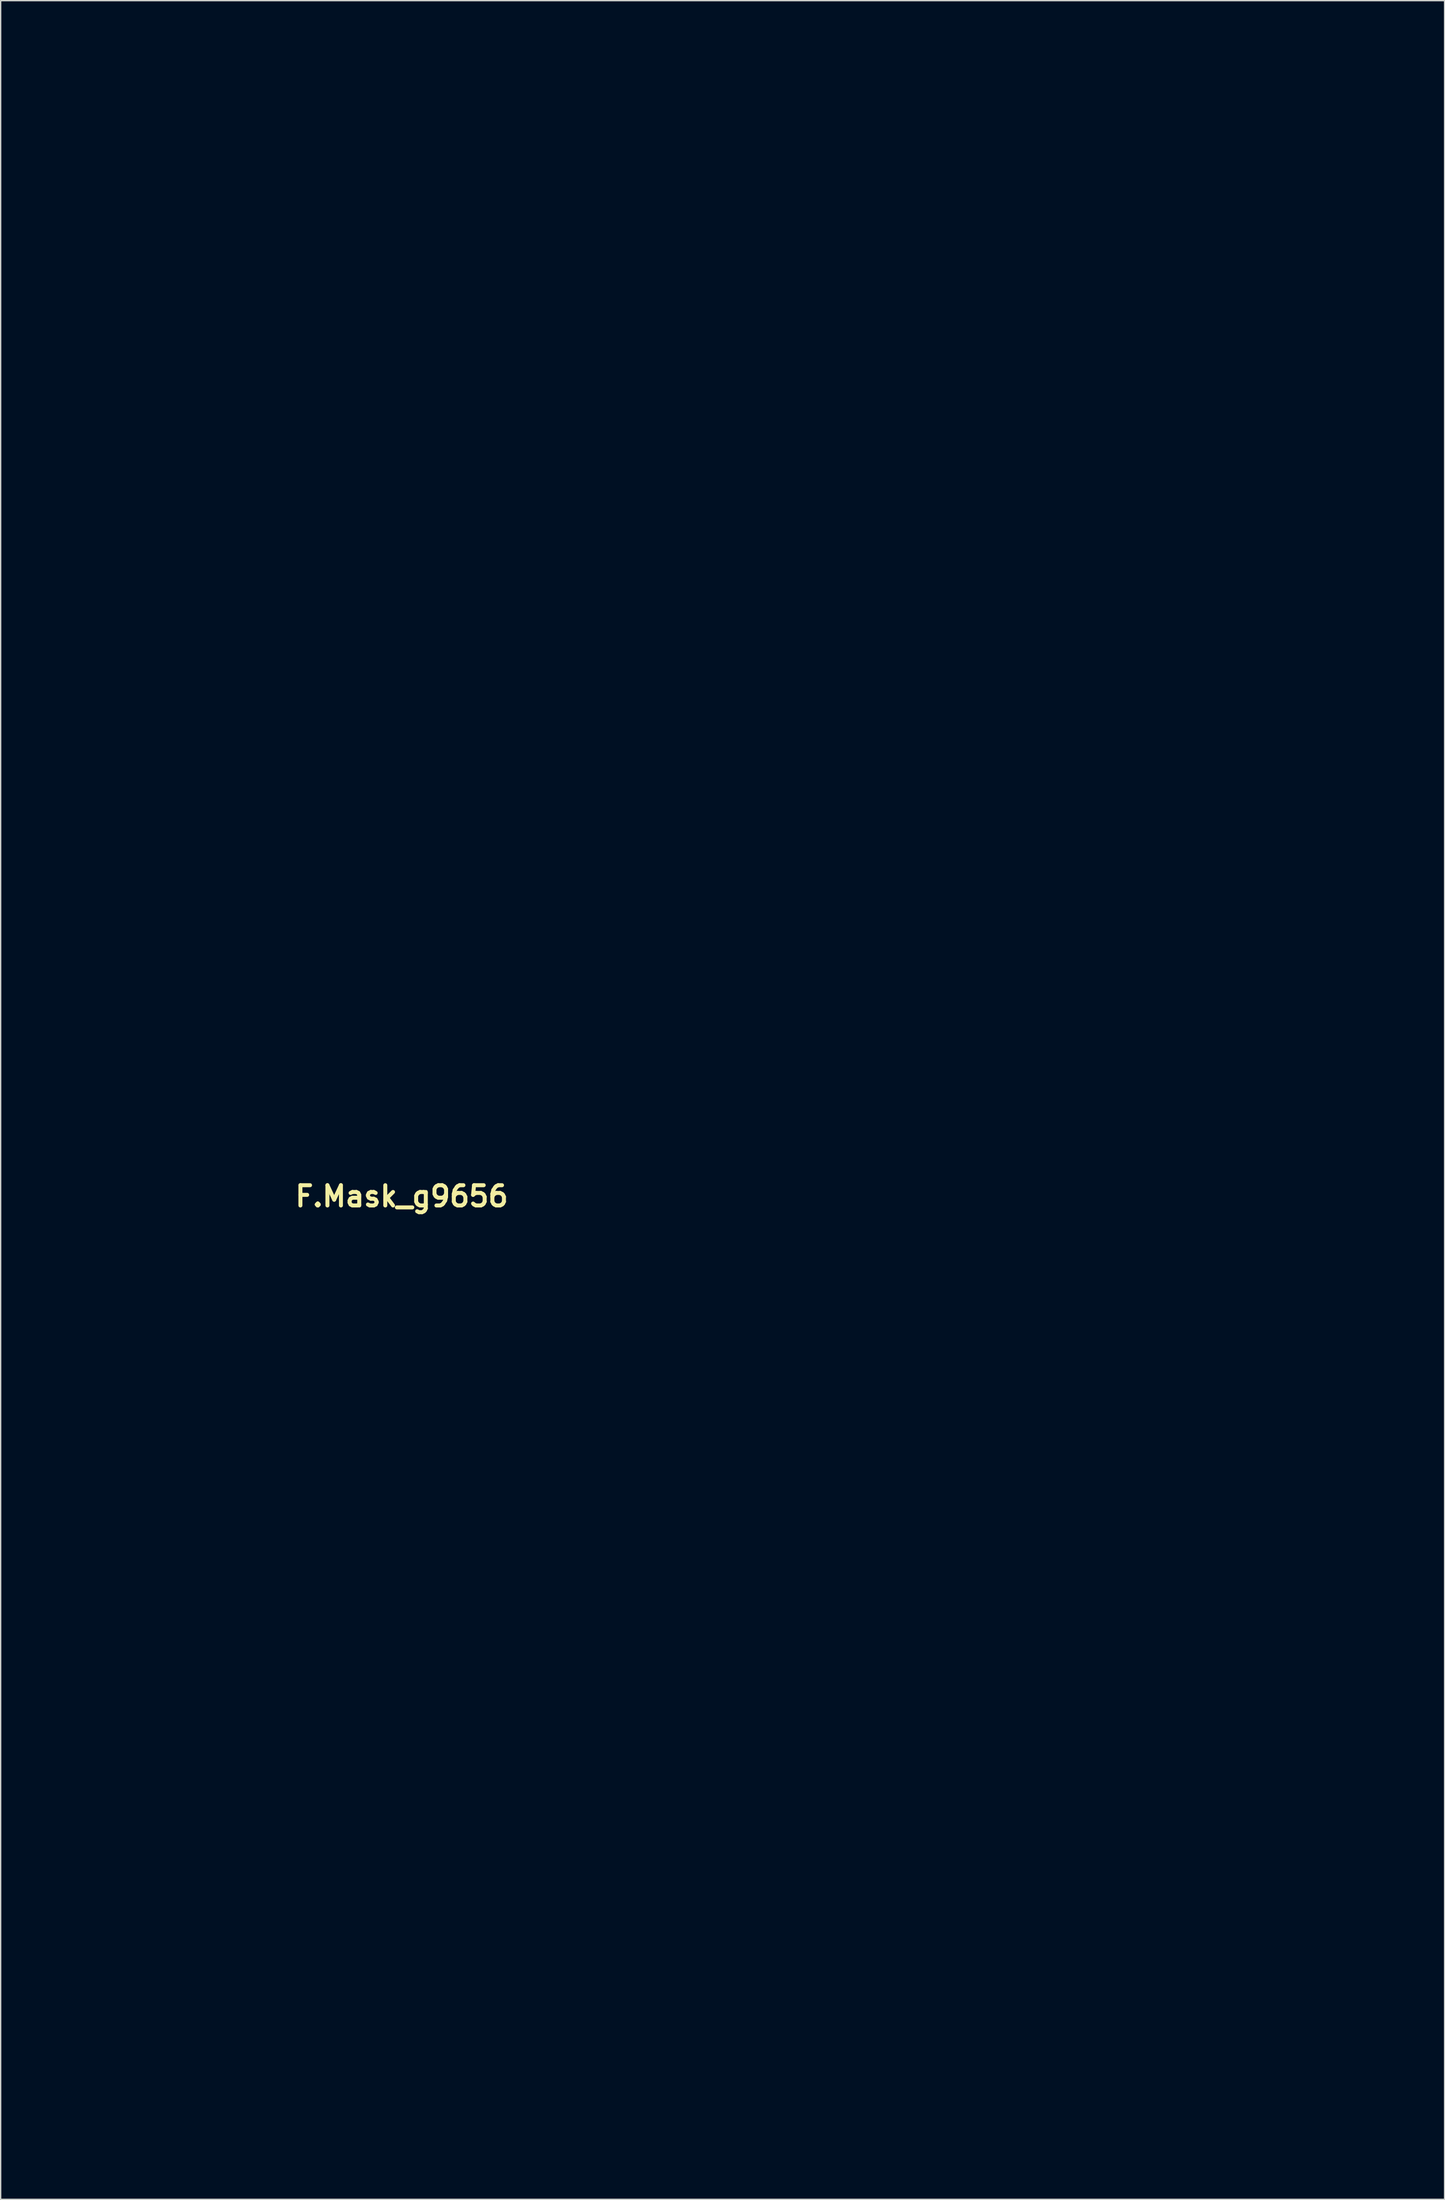
<source format=kicad_pcb>
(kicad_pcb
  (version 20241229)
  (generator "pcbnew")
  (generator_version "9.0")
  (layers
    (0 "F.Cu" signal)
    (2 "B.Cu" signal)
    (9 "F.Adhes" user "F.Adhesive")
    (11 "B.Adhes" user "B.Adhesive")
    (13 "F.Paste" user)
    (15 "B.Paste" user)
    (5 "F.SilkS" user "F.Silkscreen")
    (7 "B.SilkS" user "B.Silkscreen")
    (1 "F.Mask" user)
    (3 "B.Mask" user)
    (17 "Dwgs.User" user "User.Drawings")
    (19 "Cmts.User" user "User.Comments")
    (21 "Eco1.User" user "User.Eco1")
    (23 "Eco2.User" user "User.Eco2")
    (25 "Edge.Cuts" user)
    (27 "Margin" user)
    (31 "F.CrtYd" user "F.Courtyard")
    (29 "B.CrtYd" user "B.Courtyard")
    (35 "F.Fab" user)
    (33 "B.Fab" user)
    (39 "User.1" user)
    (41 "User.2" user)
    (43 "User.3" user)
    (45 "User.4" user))
  (footprint "F.Mask_g9656"
    (layer "F.Cu")
    (at 27.171 86.948)
    (property "Reference" "F.Mask_g9656" (at 0 0 0) (layer "F.SilkS") (effects (font (size 1.524 1.524) (thickness 0.3))))
    (attr through_hole)
    (fp_poly (pts (xy 63.235 -83.056) (xy 63.159 -82.889) (xy 63.063 -82.76) (xy 62.943 -82.664) (xy 62.798 -82.603) (xy 62.627 -82.574) (xy 62.544 -82.571) (xy 62.456 -82.573) (xy 62.402 -82.579) (xy 62.373 -82.592) (xy 62.364 -82.605) (xy 62.358 -82.648) (xy 62.359 -82.72) (xy 62.366 -82.805) (xy 62.377 -82.891) (xy 62.39 -82.964) (xy 62.403 -83.005) (xy 62.427 -83.047) (xy 62.461 -83.079) (xy 62.509 -83.102) (xy 62.578 -83.118) (xy 62.674 -83.129) (xy 62.803 -83.136) (xy 62.912 -83.139) (xy 63.267 -83.147) (xy 63.235 -83.056)) (stroke (width 0.01) (type solid)) (fill yes) (layer "F.Mask"))
    (fp_poly (pts (xy 58.791 -81.085) (xy 58.802 -81.064) (xy 58.828 -81.011) (xy 58.865 -80.933) (xy 58.911 -80.835) (xy 58.963 -80.725) (xy 59.018 -80.609) (xy 59.067 -80.502) (xy 59.099 -80.431) (xy 59.119 -80.378) (xy 59.125 -80.35) (xy 59.123 -80.349) (xy 59.099 -80.36) (xy 59.05 -80.389) (xy 58.985 -80.431) (xy 58.969 -80.441) (xy 58.849 -80.53) (xy 58.764 -80.613) (xy 58.709 -80.697) (xy 58.677 -80.79) (xy 58.676 -80.793) (xy 58.658 -80.892) (xy 58.654 -80.96) (xy 58.666 -81.006) (xy 58.696 -81.038) (xy 58.719 -81.053) (xy 58.764 -81.076) (xy 58.789 -81.085) (xy 58.791 -81.085)) (stroke (width 0.01) (type solid)) (fill yes) (layer "F.Mask"))
    (fp_poly (pts (xy 45.136 21.028) (xy 45.195 21.041) (xy 45.286 21.063) (xy 45.404 21.093) (xy 45.547 21.129) (xy 45.708 21.172) (xy 45.885 21.218) (xy 45.973 21.242) (xy 46.154 21.291) (xy 46.322 21.338) (xy 46.47 21.38) (xy 46.597 21.416) (xy 46.697 21.447) (xy 46.767 21.469) (xy 46.802 21.482) (xy 46.805 21.485) (xy 46.774 21.495) (xy 46.71 21.503) (xy 46.624 21.509) (xy 46.525 21.512) (xy 46.423 21.513) (xy 46.329 21.51) (xy 46.26 21.504) (xy 46.01 21.459) (xy 45.755 21.378) (xy 45.669 21.344) (xy 45.593 21.309) (xy 45.504 21.265) (xy 45.411 21.215) (xy 45.319 21.164) (xy 45.236 21.115) (xy 45.17 21.073) (xy 45.127 21.042) (xy 45.114 21.025) (xy 45.114 21.025) (xy 45.136 21.028)) (stroke (width 0.01) (type solid)) (fill yes) (layer "F.Mask"))
    (fp_poly (pts (xy 70.137 -83.54) (xy 70.161 -83.492) (xy 70.194 -83.417) (xy 70.234 -83.323) (xy 70.276 -83.216) (xy 70.32 -83.104) (xy 70.361 -82.991) (xy 70.398 -82.886) (xy 70.428 -82.796) (xy 70.445 -82.738) (xy 70.471 -82.624) (xy 70.482 -82.537) (xy 70.476 -82.464) (xy 70.453 -82.394) (xy 70.432 -82.348) (xy 70.395 -82.285) (xy 70.35 -82.219) (xy 70.304 -82.161) (xy 70.265 -82.12) (xy 70.242 -82.106) (xy 70.233 -82.124) (xy 70.231 -82.153) (xy 70.226 -82.189) (xy 70.214 -82.259) (xy 70.195 -82.353) (xy 70.172 -82.464) (xy 70.155 -82.539) (xy 70.108 -82.783) (xy 70.077 -83.002) (xy 70.065 -83.193) (xy 70.071 -83.351) (xy 70.082 -83.423) (xy 70.098 -83.49) (xy 70.114 -83.538) (xy 70.124 -83.554) (xy 70.137 -83.54)) (stroke (width 0.01) (type solid)) (fill yes) (layer "F.Mask"))
    (fp_poly (pts (xy -13.136 47.066) (xy -13.085 47.099) (xy -13.012 47.151) (xy -12.922 47.216) (xy -12.82 47.291) (xy -12.711 47.372) (xy -12.601 47.455) (xy -12.495 47.536) (xy -12.398 47.611) (xy -12.315 47.677) (xy -12.252 47.729) (xy -12.213 47.763) (xy -12.204 47.775) (xy -12.231 47.786) (xy -12.29 47.792) (xy -12.367 47.792) (xy -12.452 47.788) (xy -12.533 47.779) (xy -12.599 47.766) (xy -12.609 47.764) (xy -12.685 47.734) (xy -12.766 47.695) (xy -12.789 47.683) (xy -12.859 47.632) (xy -12.943 47.558) (xy -13.032 47.469) (xy -13.115 47.377) (xy -13.183 47.291) (xy -13.196 47.272) (xy -13.23 47.218) (xy -13.242 47.184) (xy -13.235 47.153) (xy -13.216 47.118) (xy -13.186 47.075) (xy -13.163 47.054) (xy -13.16 47.053) (xy -13.136 47.066)) (stroke (width 0.01) (type solid)) (fill yes) (layer "F.Mask"))
    (fp_poly (pts (xy 63.765 -80.467) (xy 63.818 -80.445) (xy 63.895 -80.409) (xy 63.991 -80.364) (xy 64.1 -80.312) (xy 64.215 -80.255) (xy 64.33 -80.199) (xy 64.439 -80.144) (xy 64.535 -80.095) (xy 64.612 -80.054) (xy 64.664 -80.025) (xy 64.685 -80.011) (xy 64.685 -80.01) (xy 64.669 -79.997) (xy 64.623 -79.965) (xy 64.556 -79.919) (xy 64.474 -79.864) (xy 64.384 -79.804) (xy 64.292 -79.743) (xy 64.206 -79.688) (xy 64.133 -79.641) (xy 64.079 -79.607) (xy 64.052 -79.591) (xy 64.051 -79.591) (xy 64.04 -79.609) (xy 64.018 -79.66) (xy 63.986 -79.741) (xy 63.948 -79.845) (xy 63.904 -79.966) (xy 63.884 -80.024) (xy 63.841 -80.152) (xy 63.803 -80.267) (xy 63.773 -80.361) (xy 63.753 -80.431) (xy 63.744 -80.468) (xy 63.745 -80.473) (xy 63.765 -80.467)) (stroke (width 0.01) (type solid)) (fill yes) (layer "F.Mask"))
    (fp_poly (pts (xy 58.283 -83.12) (xy 58.413 -83.079) (xy 58.535 -83.006) (xy 58.649 -82.906) (xy 58.761 -82.772) (xy 58.842 -82.627) (xy 58.89 -82.478) (xy 58.902 -82.331) (xy 58.885 -82.219) (xy 58.84 -82.109) (xy 58.767 -81.984) (xy 58.674 -81.853) (xy 58.566 -81.726) (xy 58.452 -81.609) (xy 58.34 -81.513) (xy 58.235 -81.445) (xy 58.23 -81.443) (xy 58.115 -81.399) (xy 58.004 -81.39) (xy 57.884 -81.413) (xy 57.83 -81.432) (xy 57.722 -81.49) (xy 57.606 -81.585) (xy 57.585 -81.605) (xy 57.457 -81.758) (xy 57.368 -81.925) (xy 57.316 -82.1) (xy 57.302 -82.279) (xy 57.327 -82.457) (xy 57.389 -82.629) (xy 57.491 -82.792) (xy 57.57 -82.883) (xy 57.691 -82.986) (xy 57.824 -83.065) (xy 57.825 -83.066) (xy 57.907 -83.101) (xy 57.976 -83.122) (xy 58.052 -83.13) (xy 58.134 -83.132) (xy 58.283 -83.12)) (stroke (width 0.01) (type solid)) (fill yes) (layer "F.Mask"))
    (fp_poly (pts (xy 66.186 -86.934) (xy 66.196 -86.932) (xy 66.334 -86.886) (xy 66.453 -86.815) (xy 66.545 -86.725) (xy 66.603 -86.62) (xy 66.611 -86.597) (xy 66.631 -86.464) (xy 66.628 -86.306) (xy 66.604 -86.132) (xy 66.562 -85.954) (xy 66.503 -85.778) (xy 66.432 -85.615) (xy 66.35 -85.474) (xy 66.268 -85.372) (xy 66.152 -85.28) (xy 66.01 -85.212) (xy 65.854 -85.17) (xy 65.694 -85.158) (xy 65.543 -85.178) (xy 65.531 -85.181) (xy 65.381 -85.244) (xy 65.255 -85.341) (xy 65.156 -85.469) (xy 65.084 -85.627) (xy 65.041 -85.812) (xy 65.029 -85.926) (xy 65.033 -86.119) (xy 65.064 -86.303) (xy 65.119 -86.471) (xy 65.196 -86.619) (xy 65.293 -86.74) (xy 65.406 -86.83) (xy 65.484 -86.868) (xy 65.579 -86.895) (xy 65.7 -86.917) (xy 65.835 -86.933) (xy 65.969 -86.942) (xy 66.091 -86.943) (xy 66.186 -86.934)) (stroke (width 0.01) (type solid)) (fill yes) (layer "F.Mask"))
    (fp_poly (pts (xy 69.754 -85.246) (xy 69.828 -85.236) (xy 69.897 -85.216) (xy 69.97 -85.181) (xy 70.053 -85.129) (xy 70.152 -85.056) (xy 70.277 -84.958) (xy 70.286 -84.951) (xy 70.401 -84.86) (xy 70.486 -84.791) (xy 70.543 -84.741) (xy 70.572 -84.702) (xy 70.576 -84.67) (xy 70.556 -84.639) (xy 70.514 -84.604) (xy 70.45 -84.559) (xy 70.401 -84.524) (xy 70.308 -84.459) (xy 70.217 -84.398) (xy 70.138 -84.348) (xy 70.088 -84.32) (xy 69.933 -84.256) (xy 69.769 -84.213) (xy 69.609 -84.194) (xy 69.465 -84.201) (xy 69.45 -84.204) (xy 69.372 -84.225) (xy 69.315 -84.263) (xy 69.266 -84.326) (xy 69.228 -84.4) (xy 69.181 -84.522) (xy 69.149 -84.652) (xy 69.132 -84.779) (xy 69.133 -84.893) (xy 69.152 -84.983) (xy 69.16 -85.001) (xy 69.235 -85.101) (xy 69.342 -85.176) (xy 69.478 -85.226) (xy 69.637 -85.247) (xy 69.67 -85.248) (xy 69.754 -85.246)) (stroke (width 0.01) (type solid)) (fill yes) (layer "F.Mask"))
    (fp_poly (pts (xy 74.761 -86.884) (xy 74.836 -86.867) (xy 74.911 -86.835) (xy 74.914 -86.834) (xy 75.023 -86.763) (xy 75.136 -86.665) (xy 75.244 -86.548) (xy 75.337 -86.424) (xy 75.407 -86.303) (xy 75.428 -86.252) (xy 75.455 -86.14) (xy 75.451 -86.034) (xy 75.415 -85.92) (xy 75.394 -85.877) (xy 75.297 -85.728) (xy 75.167 -85.596) (xy 75.012 -85.482) (xy 74.837 -85.392) (xy 74.651 -85.327) (xy 74.46 -85.291) (xy 74.273 -85.288) (xy 74.136 -85.31) (xy 73.975 -85.366) (xy 73.836 -85.45) (xy 73.726 -85.556) (xy 73.649 -85.68) (xy 73.625 -85.745) (xy 73.609 -85.803) (xy 73.602 -85.853) (xy 73.603 -85.909) (xy 73.611 -85.982) (xy 73.625 -86.068) (xy 73.661 -86.238) (xy 73.709 -86.375) (xy 73.774 -86.489) (xy 73.86 -86.59) (xy 73.883 -86.611) (xy 73.971 -86.682) (xy 74.069 -86.738) (xy 74.186 -86.785) (xy 74.331 -86.826) (xy 74.433 -86.849) (xy 74.569 -86.874) (xy 74.675 -86.886) (xy 74.761 -86.884)) (stroke (width 0.01) (type solid)) (fill yes) (layer "F.Mask"))
    (fp_poly (pts (xy -25.5 -64.059) (xy -25.445 -64.045) (xy -25.362 -64.023) (xy -25.257 -63.993) (xy -25.138 -63.959) (xy -25.011 -63.922) (xy -24.882 -63.884) (xy -24.758 -63.847) (xy -24.644 -63.812) (xy -24.549 -63.783) (xy -24.477 -63.759) (xy -24.435 -63.745) (xy -24.428 -63.741) (xy -24.423 -63.716) (xy -24.42 -63.659) (xy -24.418 -63.577) (xy -24.418 -63.504) (xy -24.424 -63.349) (xy -24.444 -63.224) (xy -24.481 -63.118) (xy -24.539 -63.02) (xy -24.625 -62.919) (xy -24.678 -62.864) (xy -24.792 -62.761) (xy -24.923 -62.659) (xy -25.035 -62.583) (xy -25.114 -62.534) (xy -25.18 -62.495) (xy -25.222 -62.47) (xy -25.236 -62.463) (xy -25.249 -62.479) (xy -25.277 -62.521) (xy -25.297 -62.553) (xy -25.394 -62.722) (xy -25.466 -62.88) (xy -25.515 -63.039) (xy -25.546 -63.211) (xy -25.562 -63.41) (xy -25.564 -63.458) (xy -25.566 -63.582) (xy -25.564 -63.707) (xy -25.558 -63.825) (xy -25.55 -63.927) (xy -25.539 -64.006) (xy -25.527 -64.054) (xy -25.521 -64.063) (xy -25.5 -64.059)) (stroke (width 0.01) (type solid)) (fill yes) (layer "F.Mask"))
    (fp_poly (pts (xy 14.357 33.371) (xy 14.414 33.38) (xy 14.496 33.396) (xy 14.594 33.417) (xy 14.701 33.441) (xy 14.809 33.467) (xy 14.909 33.492) (xy 14.993 33.515) (xy 15.004 33.519) (xy 15.146 33.564) (xy 15.293 33.615) (xy 15.454 33.674) (xy 15.633 33.744) (xy 15.839 33.828) (xy 16.014 33.902) (xy 16.439 34.082) (xy 16.57 34.54) (xy 16.61 34.683) (xy 16.65 34.821) (xy 16.685 34.947) (xy 16.715 35.051) (xy 16.737 35.126) (xy 16.741 35.142) (xy 16.762 35.224) (xy 16.767 35.27) (xy 16.757 35.282) (xy 16.728 35.276) (xy 16.667 35.261) (xy 16.582 35.239) (xy 16.482 35.212) (xy 16.468 35.208) (xy 16.212 35.139) (xy 15.995 35.079) (xy 15.813 35.028) (xy 15.664 34.985) (xy 15.543 34.949) (xy 15.449 34.919) (xy 15.379 34.895) (xy 15.329 34.875) (xy 15.297 34.859) (xy 15.293 34.857) (xy 15.241 34.811) (xy 15.175 34.731) (xy 15.098 34.623) (xy 15.074 34.586) (xy 15.011 34.489) (xy 14.939 34.374) (xy 14.86 34.248) (xy 14.777 34.115) (xy 14.694 33.979) (xy 14.613 33.846) (xy 14.536 33.72) (xy 14.468 33.607) (xy 14.41 33.51) (xy 14.367 33.435) (xy 14.34 33.387) (xy 14.333 33.371) (xy 14.357 33.371)) (stroke (width 0.01) (type solid)) (fill yes) (layer "F.Mask"))
    (fp_poly (pts (xy 39.033 19.405) (xy 39.095 19.433) (xy 39.185 19.476) (xy 39.3 19.531) (xy 39.436 19.597) (xy 39.587 19.67) (xy 39.75 19.75) (xy 39.921 19.835) (xy 40.095 19.921) (xy 40.269 20.007) (xy 40.439 20.092) (xy 40.599 20.173) (xy 40.747 20.247) (xy 40.878 20.313) (xy 40.987 20.369) (xy 41.072 20.413) (xy 41.126 20.443) (xy 41.148 20.457) (xy 41.148 20.457) (xy 41.139 20.482) (xy 41.115 20.54) (xy 41.077 20.626) (xy 41.028 20.734) (xy 40.97 20.861) (xy 40.906 21) (xy 40.837 21.148) (xy 40.767 21.299) (xy 40.697 21.448) (xy 40.63 21.59) (xy 40.568 21.72) (xy 40.514 21.834) (xy 40.469 21.926) (xy 40.436 21.991) (xy 40.417 22.025) (xy 40.414 22.028) (xy 40.391 22.02) (xy 40.338 21.993) (xy 40.263 21.951) (xy 40.173 21.898) (xy 40.132 21.874) (xy 39.799 21.661) (xy 39.499 21.445) (xy 39.222 21.219) (xy 38.992 21.009) (xy 38.911 20.927) (xy 38.824 20.836) (xy 38.738 20.74) (xy 38.657 20.647) (xy 38.585 20.561) (xy 38.529 20.488) (xy 38.493 20.435) (xy 38.481 20.408) (xy 38.49 20.379) (xy 38.516 20.32) (xy 38.555 20.236) (xy 38.604 20.135) (xy 38.66 20.022) (xy 38.721 19.903) (xy 38.783 19.784) (xy 38.842 19.671) (xy 38.897 19.569) (xy 38.943 19.486) (xy 38.979 19.426) (xy 38.999 19.396) (xy 39.003 19.393) (xy 39.033 19.405)) (stroke (width 0.01) (type solid)) (fill yes) (layer "F.Mask"))
    (fp_poly (pts (xy 15.553 35.482) (xy 15.67 35.49) (xy 15.789 35.502) (xy 15.893 35.516) (xy 15.949 35.527) (xy 16.048 35.55) (xy 16.165 35.58) (xy 16.292 35.614) (xy 16.421 35.65) (xy 16.545 35.686) (xy 16.657 35.72) (xy 16.75 35.749) (xy 16.815 35.772) (xy 16.843 35.784) (xy 16.868 35.804) (xy 16.893 35.832) (xy 16.918 35.872) (xy 16.945 35.926) (xy 16.974 35.996) (xy 17.006 36.087) (xy 17.042 36.2) (xy 17.083 36.339) (xy 17.13 36.506) (xy 17.184 36.704) (xy 17.246 36.936) (xy 17.317 37.205) (xy 17.356 37.356) (xy 17.395 37.506) (xy 17.43 37.643) (xy 17.459 37.761) (xy 17.481 37.855) (xy 17.496 37.92) (xy 17.501 37.949) (xy 17.501 37.951) (xy 17.48 37.949) (xy 17.422 37.937) (xy 17.33 37.916) (xy 17.21 37.887) (xy 17.065 37.851) (xy 16.898 37.809) (xy 16.714 37.762) (xy 16.517 37.711) (xy 16.489 37.703) (xy 16.29 37.651) (xy 16.103 37.601) (xy 15.932 37.556) (xy 15.782 37.515) (xy 15.657 37.48) (xy 15.56 37.453) (xy 15.495 37.434) (xy 15.467 37.425) (xy 15.467 37.424) (xy 15.462 37.4) (xy 15.454 37.339) (xy 15.444 37.244) (xy 15.433 37.121) (xy 15.421 36.973) (xy 15.407 36.806) (xy 15.394 36.625) (xy 15.388 36.553) (xy 15.375 36.362) (xy 15.361 36.18) (xy 15.349 36.013) (xy 15.338 35.865) (xy 15.329 35.742) (xy 15.322 35.65) (xy 15.317 35.593) (xy 15.316 35.584) (xy 15.306 35.47) (xy 15.553 35.482)) (stroke (width 0.01) (type solid)) (fill yes) (layer "F.Mask"))
    (fp_poly (pts (xy 17.236 24.733) (xy 17.222 25.398) (xy 17.219 25.564) (xy 17.217 25.764) (xy 17.214 25.989) (xy 17.212 26.231) (xy 17.21 26.482) (xy 17.209 26.734) (xy 17.209 26.977) (xy 17.209 27.097) (xy 17.208 27.301) (xy 17.207 27.493) (xy 17.206 27.666) (xy 17.204 27.818) (xy 17.202 27.944) (xy 17.199 28.041) (xy 17.196 28.104) (xy 17.193 28.129) (xy 17.193 28.129) (xy 17.172 28.121) (xy 17.113 28.099) (xy 17.019 28.062) (xy 16.89 28.011) (xy 16.729 27.948) (xy 16.537 27.872) (xy 16.316 27.785) (xy 16.067 27.687) (xy 15.793 27.579) (xy 15.494 27.461) (xy 15.174 27.335) (xy 14.833 27.2) (xy 14.473 27.058) (xy 14.095 26.909) (xy 13.703 26.753) (xy 13.296 26.593) (xy 12.878 26.427) (xy 12.449 26.258) (xy 12.446 26.256) (xy 12.017 26.087) (xy 11.598 25.921) (xy 11.192 25.76) (xy 10.799 25.605) (xy 10.421 25.455) (xy 10.061 25.313) (xy 9.719 25.178) (xy 9.398 25.05) (xy 9.099 24.932) (xy 8.824 24.823) (xy 8.575 24.725) (xy 8.354 24.637) (xy 8.161 24.561) (xy 7.999 24.496) (xy 7.87 24.445) (xy 7.775 24.407) (xy 7.716 24.384) (xy 7.694 24.375) (xy 7.694 24.375) (xy 7.704 24.358) (xy 7.744 24.311) (xy 7.815 24.236) (xy 7.917 24.131) (xy 8.049 23.997) (xy 8.212 23.834) (xy 8.405 23.642) (xy 8.629 23.42) (xy 8.884 23.17) (xy 9.169 22.89) (xy 9.485 22.581) (xy 9.539 22.528) (xy 10.199 21.884) (xy 17.236 24.733)) (stroke (width 0.01) (type solid)) (fill yes) (layer "F.Mask"))
    (fp_poly (pts (xy -26.925 46.846) (xy -26.874 46.878) (xy -26.793 46.928) (xy -26.686 46.997) (xy -26.553 47.081) (xy -26.4 47.18) (xy -26.227 47.291) (xy -26.039 47.413) (xy -25.837 47.543) (xy -25.625 47.68) (xy -25.405 47.823) (xy -25.181 47.968) (xy -24.954 48.116) (xy -24.728 48.263) (xy -24.505 48.408) (xy -24.289 48.549) (xy -24.082 48.684) (xy -23.886 48.812) (xy -23.705 48.93) (xy -23.542 49.038) (xy -23.398 49.132) (xy -23.278 49.212) (xy -23.183 49.275) (xy -23.116 49.32) (xy -23.081 49.345) (xy -23.077 49.349) (xy -23.083 49.369) (xy -23.105 49.42) (xy -23.138 49.495) (xy -23.181 49.588) (xy -23.197 49.622) (xy -23.249 49.732) (xy -23.289 49.808) (xy -23.322 49.856) (xy -23.355 49.879) (xy -23.396 49.882) (xy -23.449 49.87) (xy -23.518 49.849) (xy -23.542 49.84) (xy -23.568 49.83) (xy -23.599 49.815) (xy -23.636 49.795) (xy -23.682 49.768) (xy -23.739 49.732) (xy -23.809 49.686) (xy -23.896 49.629) (xy -24 49.558) (xy -24.125 49.472) (xy -24.272 49.371) (xy -24.444 49.251) (xy -24.644 49.112) (xy -24.873 48.953) (xy -25.134 48.771) (xy -25.199 48.725) (xy -25.373 48.604) (xy -25.56 48.474) (xy -25.751 48.343) (xy -25.936 48.214) (xy -26.109 48.095) (xy -26.261 47.992) (xy -26.331 47.943) (xy -26.523 47.812) (xy -26.683 47.702) (xy -26.813 47.611) (xy -26.917 47.535) (xy -26.997 47.474) (xy -27.057 47.424) (xy -27.1 47.384) (xy -27.129 47.351) (xy -27.146 47.322) (xy -27.148 47.317) (xy -27.163 47.273) (xy -27.166 47.229) (xy -27.155 47.18) (xy -27.129 47.12) (xy -27.083 47.042) (xy -27.017 46.942) (xy -26.943 46.836) (xy -26.925 46.846)) (stroke (width 0.01) (type solid)) (fill yes) (layer "F.Mask"))
    (fp_poly (pts (xy 36.254 18.034) (xy 36.287 18.045) (xy 36.334 18.064) (xy 36.396 18.092) (xy 36.477 18.132) (xy 36.58 18.183) (xy 36.708 18.249) (xy 36.863 18.33) (xy 37.05 18.427) (xy 37.27 18.543) (xy 37.309 18.563) (xy 37.505 18.666) (xy 37.689 18.763) (xy 37.859 18.853) (xy 38.011 18.934) (xy 38.142 19.004) (xy 38.248 19.06) (xy 38.326 19.102) (xy 38.372 19.128) (xy 38.383 19.135) (xy 38.379 19.158) (xy 38.358 19.213) (xy 38.322 19.294) (xy 38.274 19.394) (xy 38.216 19.508) (xy 38.21 19.519) (xy 38.142 19.65) (xy 38.089 19.748) (xy 38.046 19.818) (xy 38.007 19.862) (xy 37.968 19.886) (xy 37.923 19.892) (xy 37.867 19.887) (xy 37.794 19.872) (xy 37.761 19.865) (xy 37.541 19.808) (xy 37.346 19.727) (xy 37.16 19.618) (xy 37.074 19.556) (xy 36.878 19.434) (xy 36.662 19.345) (xy 36.436 19.293) (xy 36.257 19.28) (xy 36.179 19.281) (xy 36.108 19.288) (xy 36.038 19.302) (xy 35.963 19.327) (xy 35.877 19.363) (xy 35.771 19.414) (xy 35.642 19.482) (xy 35.508 19.554) (xy 35.404 19.61) (xy 35.313 19.658) (xy 35.242 19.694) (xy 35.198 19.715) (xy 35.185 19.719) (xy 35.19 19.697) (xy 35.213 19.644) (xy 35.25 19.564) (xy 35.299 19.462) (xy 35.356 19.345) (xy 35.42 19.217) (xy 35.487 19.084) (xy 35.554 18.951) (xy 35.62 18.824) (xy 35.681 18.708) (xy 35.734 18.608) (xy 35.778 18.53) (xy 35.808 18.479) (xy 35.808 18.479) (xy 35.878 18.379) (xy 35.957 18.278) (xy 36.038 18.185) (xy 36.113 18.107) (xy 36.176 18.053) (xy 36.201 18.037) (xy 36.214 18.032) (xy 36.23 18.03) (xy 36.254 18.034)) (stroke (width 0.01) (type solid)) (fill yes) (layer "F.Mask"))
    (fp_poly (pts (xy 13.783 30.603) (xy 14.003 30.639) (xy 14.221 30.699) (xy 14.232 30.703) (xy 14.311 30.732) (xy 14.416 30.775) (xy 14.541 30.829) (xy 14.677 30.889) (xy 14.818 30.953) (xy 14.955 31.018) (xy 15.082 31.078) (xy 15.191 31.132) (xy 15.274 31.176) (xy 15.316 31.201) (xy 15.427 31.283) (xy 15.543 31.387) (xy 15.649 31.496) (xy 15.702 31.559) (xy 15.777 31.677) (xy 15.841 31.82) (xy 15.894 31.994) (xy 15.939 32.202) (xy 15.95 32.269) (xy 15.967 32.354) (xy 15.996 32.47) (xy 16.032 32.606) (xy 16.074 32.753) (xy 16.119 32.9) (xy 16.128 32.93) (xy 16.174 33.076) (xy 16.209 33.186) (xy 16.232 33.266) (xy 16.245 33.32) (xy 16.25 33.353) (xy 16.247 33.371) (xy 16.237 33.377) (xy 16.227 33.377) (xy 16.199 33.371) (xy 16.133 33.355) (xy 16.035 33.33) (xy 15.907 33.296) (xy 15.753 33.256) (xy 15.578 33.209) (xy 15.384 33.156) (xy 15.176 33.1) (xy 15.002 33.053) (xy 14.786 32.994) (xy 14.583 32.938) (xy 14.396 32.886) (xy 14.229 32.84) (xy 14.085 32.8) (xy 13.968 32.767) (xy 13.881 32.742) (xy 13.829 32.727) (xy 13.814 32.722) (xy 13.801 32.697) (xy 13.775 32.638) (xy 13.738 32.549) (xy 13.691 32.435) (xy 13.635 32.3) (xy 13.574 32.15) (xy 13.509 31.987) (xy 13.441 31.817) (xy 13.372 31.645) (xy 13.304 31.475) (xy 13.239 31.311) (xy 13.179 31.158) (xy 13.126 31.02) (xy 13.08 30.902) (xy 13.045 30.809) (xy 13.022 30.744) (xy 13.012 30.713) (xy 13.012 30.711) (xy 13.05 30.69) (xy 13.12 30.665) (xy 13.21 30.64) (xy 13.309 30.618) (xy 13.383 30.605) (xy 13.573 30.591) (xy 13.783 30.603)) (stroke (width 0.01) (type solid)) (fill yes) (layer "F.Mask"))
    (fp_poly (pts (xy 40.339 41.156) (xy 40.339 41.185) (xy 40.335 41.253) (xy 40.329 41.354) (xy 40.322 41.486) (xy 40.312 41.644) (xy 40.3 41.824) (xy 40.287 42.023) (xy 40.274 42.235) (xy 40.259 42.458) (xy 40.244 42.687) (xy 40.228 42.918) (xy 40.213 43.147) (xy 40.197 43.37) (xy 40.182 43.584) (xy 40.169 43.783) (xy 40.156 43.965) (xy 40.144 44.125) (xy 40.134 44.259) (xy 40.126 44.363) (xy 40.12 44.429) (xy 40.107 44.566) (xy 39.945 44.568) (xy 39.811 44.579) (xy 39.689 44.612) (xy 39.575 44.669) (xy 39.465 44.755) (xy 39.356 44.871) (xy 39.244 45.022) (xy 39.125 45.21) (xy 39.105 45.244) (xy 38.947 45.527) (xy 38.821 45.788) (xy 38.725 46.031) (xy 38.657 46.26) (xy 38.616 46.479) (xy 38.603 46.609) (xy 38.597 46.704) (xy 38.49 46.544) (xy 38.439 46.464) (xy 38.395 46.39) (xy 38.365 46.335) (xy 38.359 46.321) (xy 38.343 46.28) (xy 38.316 46.207) (xy 38.281 46.113) (xy 38.242 46.006) (xy 38.226 45.963) (xy 38.116 45.683) (xy 37.989 45.398) (xy 37.844 45.107) (xy 37.679 44.805) (xy 37.491 44.488) (xy 37.278 44.154) (xy 37.039 43.797) (xy 36.77 43.416) (xy 36.768 43.413) (xy 36.649 43.243) (xy 36.553 43.098) (xy 36.48 42.973) (xy 36.425 42.86) (xy 36.387 42.752) (xy 36.362 42.643) (xy 36.349 42.527) (xy 36.344 42.395) (xy 36.343 42.341) (xy 36.343 42.122) (xy 36.401 42.108) (xy 36.43 42.101) (xy 36.496 42.083) (xy 36.598 42.057) (xy 36.732 42.023) (xy 36.895 41.98) (xy 37.085 41.931) (xy 37.297 41.876) (xy 37.531 41.816) (xy 37.781 41.751) (xy 38.046 41.682) (xy 38.323 41.611) (xy 38.396 41.592) (xy 40.333 41.091) (xy 40.339 41.156)) (stroke (width 0.01) (type solid)) (fill yes) (layer "F.Mask"))
    (fp_poly (pts (xy 44.727 21.933) (xy 44.822 21.944) (xy 44.926 21.959) (xy 45.03 21.977) (xy 45.127 21.999) (xy 45.129 22) (xy 45.224 22.027) (xy 45.345 22.065) (xy 45.477 22.11) (xy 45.609 22.157) (xy 45.648 22.172) (xy 45.84 22.246) (xy 46 22.305) (xy 46.133 22.354) (xy 46.246 22.393) (xy 46.345 22.425) (xy 46.437 22.452) (xy 46.529 22.476) (xy 46.626 22.498) (xy 46.736 22.521) (xy 46.792 22.533) (xy 46.802 22.536) (xy 46.809 22.543) (xy 46.813 22.558) (xy 46.812 22.584) (xy 46.807 22.623) (xy 46.796 22.68) (xy 46.779 22.758) (xy 46.755 22.859) (xy 46.723 22.988) (xy 46.683 23.147) (xy 46.635 23.341) (xy 46.576 23.571) (xy 46.567 23.606) (xy 46.502 23.863) (xy 46.446 24.081) (xy 46.4 24.265) (xy 46.361 24.417) (xy 46.329 24.54) (xy 46.304 24.637) (xy 46.284 24.712) (xy 46.269 24.766) (xy 46.258 24.804) (xy 46.25 24.828) (xy 46.244 24.842) (xy 46.239 24.848) (xy 46.235 24.849) (xy 46.232 24.849) (xy 46.211 24.841) (xy 46.154 24.817) (xy 46.065 24.779) (xy 45.949 24.729) (xy 45.808 24.668) (xy 45.646 24.598) (xy 45.467 24.52) (xy 45.275 24.437) (xy 45.164 24.389) (xy 44.961 24.299) (xy 44.771 24.215) (xy 44.599 24.138) (xy 44.448 24.069) (xy 44.32 24.009) (xy 44.22 23.962) (xy 44.151 23.927) (xy 44.115 23.906) (xy 44.111 23.902) (xy 44.116 23.877) (xy 44.13 23.814) (xy 44.152 23.719) (xy 44.181 23.596) (xy 44.216 23.447) (xy 44.257 23.279) (xy 44.301 23.095) (xy 44.344 22.917) (xy 44.391 22.722) (xy 44.435 22.539) (xy 44.475 22.374) (xy 44.51 22.229) (xy 44.538 22.109) (xy 44.56 22.018) (xy 44.573 21.96) (xy 44.577 21.94) (xy 44.596 21.931) (xy 44.649 21.929) (xy 44.727 21.933)) (stroke (width 0.01) (type solid)) (fill yes) (layer "F.Mask"))
    (fp_poly (pts (xy 42.02 20.806) (xy 42.152 20.841) (xy 42.313 20.897) (xy 42.46 20.955) (xy 42.554 20.993) (xy 42.67 21.041) (xy 42.804 21.096) (xy 42.949 21.157) (xy 43.102 21.221) (xy 43.256 21.286) (xy 43.408 21.35) (xy 43.551 21.41) (xy 43.682 21.466) (xy 43.795 21.514) (xy 43.884 21.553) (xy 43.946 21.58) (xy 43.974 21.594) (xy 43.975 21.595) (xy 43.972 21.616) (xy 43.958 21.675) (xy 43.937 21.768) (xy 43.907 21.89) (xy 43.87 22.039) (xy 43.827 22.21) (xy 43.78 22.4) (xy 43.728 22.605) (xy 43.688 22.761) (xy 43.633 22.975) (xy 43.582 23.176) (xy 43.534 23.361) (xy 43.492 23.526) (xy 43.456 23.668) (xy 43.427 23.782) (xy 43.406 23.866) (xy 43.394 23.914) (xy 43.392 23.926) (xy 43.372 23.931) (xy 43.319 23.937) (xy 43.241 23.944) (xy 43.175 23.948) (xy 43.072 23.957) (xy 42.943 23.971) (xy 42.801 23.989) (xy 42.663 24.008) (xy 42.63 24.013) (xy 42.463 24.038) (xy 42.332 24.056) (xy 42.23 24.068) (xy 42.151 24.075) (xy 42.088 24.076) (xy 42.035 24.073) (xy 42.004 24.068) (xy 41.928 24.048) (xy 41.857 24.016) (xy 41.849 24.011) (xy 41.786 23.957) (xy 41.711 23.869) (xy 41.628 23.755) (xy 41.54 23.621) (xy 41.451 23.472) (xy 41.366 23.315) (xy 41.287 23.156) (xy 41.219 23.002) (xy 41.165 22.859) (xy 41.158 22.839) (xy 41.129 22.742) (xy 41.111 22.655) (xy 41.102 22.562) (xy 41.098 22.446) (xy 41.097 22.426) (xy 41.104 22.248) (xy 41.13 22.094) (xy 41.179 21.949) (xy 41.256 21.797) (xy 41.264 21.784) (xy 41.3 21.716) (xy 41.347 21.621) (xy 41.398 21.51) (xy 41.448 21.395) (xy 41.457 21.375) (xy 41.536 21.191) (xy 41.607 21.046) (xy 41.675 20.935) (xy 41.745 20.859) (xy 41.822 20.813) (xy 41.912 20.796) (xy 42.02 20.806)) (stroke (width 0.01) (type solid)) (fill yes) (layer "F.Mask"))
    (fp_poly (pts (xy 34.562 24.158) (xy 34.626 24.17) (xy 34.707 24.191) (xy 34.814 24.225) (xy 34.871 24.244) (xy 34.95 24.272) (xy 35.054 24.31) (xy 35.178 24.357) (xy 35.316 24.41) (xy 35.463 24.467) (xy 35.613 24.526) (xy 35.76 24.585) (xy 35.9 24.641) (xy 36.026 24.693) (xy 36.133 24.737) (xy 36.216 24.773) (xy 36.269 24.797) (xy 36.285 24.806) (xy 36.289 24.828) (xy 36.296 24.889) (xy 36.306 24.983) (xy 36.318 25.107) (xy 36.333 25.258) (xy 36.35 25.431) (xy 36.368 25.622) (xy 36.388 25.827) (xy 36.408 26.042) (xy 36.428 26.264) (xy 36.449 26.487) (xy 36.469 26.709) (xy 36.489 26.925) (xy 36.507 27.131) (xy 36.524 27.323) (xy 36.54 27.497) (xy 36.553 27.649) (xy 36.563 27.776) (xy 36.571 27.872) (xy 36.575 27.935) (xy 36.576 27.956) (xy 36.566 27.979) (xy 36.56 27.981) (xy 36.538 27.972) (xy 36.48 27.95) (xy 36.391 27.915) (xy 36.275 27.869) (xy 36.136 27.814) (xy 35.978 27.751) (xy 35.804 27.682) (xy 35.666 27.626) (xy 35.428 27.53) (xy 35.226 27.449) (xy 35.057 27.379) (xy 34.917 27.321) (xy 34.804 27.272) (xy 34.714 27.231) (xy 34.643 27.196) (xy 34.589 27.166) (xy 34.547 27.139) (xy 34.516 27.114) (xy 34.491 27.089) (xy 34.474 27.069) (xy 34.451 27.037) (xy 34.432 27.001) (xy 34.414 26.956) (xy 34.397 26.895) (xy 34.38 26.815) (xy 34.361 26.711) (xy 34.34 26.577) (xy 34.314 26.407) (xy 34.303 26.329) (xy 34.26 26.031) (xy 34.225 25.771) (xy 34.196 25.542) (xy 34.174 25.342) (xy 34.157 25.165) (xy 34.145 25.007) (xy 34.139 24.862) (xy 34.137 24.781) (xy 34.136 24.627) (xy 34.139 24.509) (xy 34.148 24.419) (xy 34.164 24.35) (xy 34.188 24.297) (xy 34.222 24.251) (xy 34.249 24.224) (xy 34.293 24.189) (xy 34.342 24.168) (xy 34.412 24.158) (xy 34.446 24.155) (xy 34.505 24.153) (xy 34.562 24.158)) (stroke (width 0.01) (type solid)) (fill yes) (layer "F.Mask"))
    (fp_poly (pts (xy 37.117 25.344) (xy 37.175 25.358) (xy 37.259 25.383) (xy 37.362 25.417) (xy 37.477 25.458) (xy 37.598 25.502) (xy 37.718 25.549) (xy 37.831 25.595) (xy 37.878 25.616) (xy 38.187 25.753) (xy 38.458 25.875) (xy 38.693 25.983) (xy 38.894 26.077) (xy 39.063 26.159) (xy 39.201 26.23) (xy 39.31 26.289) (xy 39.391 26.338) (xy 39.447 26.379) (xy 39.462 26.392) (xy 39.508 26.439) (xy 39.548 26.489) (xy 39.582 26.545) (xy 39.612 26.613) (xy 39.641 26.699) (xy 39.669 26.807) (xy 39.698 26.942) (xy 39.731 27.11) (xy 39.763 27.282) (xy 39.786 27.401) (xy 39.817 27.554) (xy 39.855 27.731) (xy 39.897 27.925) (xy 39.943 28.127) (xy 39.99 28.331) (xy 40.027 28.488) (xy 40.069 28.665) (xy 40.108 28.829) (xy 40.143 28.976) (xy 40.172 29.101) (xy 40.195 29.199) (xy 40.21 29.266) (xy 40.216 29.297) (xy 40.217 29.299) (xy 40.198 29.308) (xy 40.15 29.312) (xy 40.087 29.313) (xy 40.021 29.309) (xy 39.973 29.302) (xy 39.848 29.273) (xy 39.711 29.233) (xy 39.554 29.18) (xy 39.37 29.112) (xy 39.296 29.083) (xy 39.151 29.027) (xy 38.991 28.967) (xy 38.831 28.909) (xy 38.688 28.859) (xy 38.629 28.84) (xy 38.458 28.783) (xy 38.285 28.724) (xy 38.114 28.665) (xy 37.951 28.607) (xy 37.801 28.554) (xy 37.668 28.505) (xy 37.558 28.463) (xy 37.474 28.43) (xy 37.423 28.408) (xy 37.409 28.399) (xy 37.389 28.363) (xy 37.364 28.291) (xy 37.335 28.188) (xy 37.302 28.061) (xy 37.267 27.915) (xy 37.231 27.756) (xy 37.196 27.589) (xy 37.163 27.42) (xy 37.133 27.256) (xy 37.108 27.101) (xy 37.095 27.009) (xy 37.076 26.84) (xy 37.062 26.641) (xy 37.052 26.425) (xy 37.046 26.204) (xy 37.046 25.989) (xy 37.051 25.792) (xy 37.061 25.633) (xy 37.071 25.529) (xy 37.079 25.44) (xy 37.086 25.377) (xy 37.091 25.345) (xy 37.091 25.343) (xy 37.117 25.344)) (stroke (width 0.01) (type solid)) (fill yes) (layer "F.Mask"))
    (fp_poly (pts (xy 47.523 22.791) (xy 47.586 22.806) (xy 47.684 22.829) (xy 47.813 22.86) (xy 47.971 22.897) (xy 48.152 22.939) (xy 48.356 22.987) (xy 48.577 23.039) (xy 48.813 23.094) (xy 49.043 23.148) (xy 49.289 23.205) (xy 49.523 23.26) (xy 49.741 23.311) (xy 49.94 23.358) (xy 50.118 23.399) (xy 50.27 23.435) (xy 50.394 23.465) (xy 50.486 23.487) (xy 50.543 23.5) (xy 50.562 23.505) (xy 50.556 23.525) (xy 50.535 23.581) (xy 50.501 23.67) (xy 50.455 23.787) (xy 50.399 23.931) (xy 50.334 24.097) (xy 50.261 24.282) (xy 50.182 24.482) (xy 50.097 24.695) (xy 50.088 24.718) (xy 49.99 24.965) (xy 49.906 25.177) (xy 49.835 25.355) (xy 49.775 25.502) (xy 49.726 25.622) (xy 49.686 25.717) (xy 49.654 25.79) (xy 49.628 25.845) (xy 49.607 25.883) (xy 49.59 25.909) (xy 49.576 25.924) (xy 49.563 25.933) (xy 49.55 25.937) (xy 49.543 25.938) (xy 49.497 25.943) (xy 49.418 25.948) (xy 49.315 25.953) (xy 49.195 25.957) (xy 49.069 25.96) (xy 48.944 25.962) (xy 48.831 25.963) (xy 48.737 25.963) (xy 48.672 25.961) (xy 48.652 25.959) (xy 48.408 25.92) (xy 48.186 25.878) (xy 47.962 25.827) (xy 47.861 25.801) (xy 47.649 25.743) (xy 47.474 25.686) (xy 47.333 25.63) (xy 47.221 25.571) (xy 47.135 25.508) (xy 47.069 25.438) (xy 47.026 25.371) (xy 47.005 25.326) (xy 46.991 25.279) (xy 46.984 25.22) (xy 46.981 25.138) (xy 46.982 25.051) (xy 46.983 24.989) (xy 46.985 24.931) (xy 46.989 24.871) (xy 46.997 24.807) (xy 47.008 24.734) (xy 47.023 24.649) (xy 47.044 24.547) (xy 47.07 24.426) (xy 47.104 24.28) (xy 47.144 24.106) (xy 47.193 23.901) (xy 47.251 23.66) (xy 47.279 23.543) (xy 47.329 23.34) (xy 47.369 23.175) (xy 47.403 23.044) (xy 47.43 22.944) (xy 47.451 22.872) (xy 47.468 22.823) (xy 47.482 22.796) (xy 47.493 22.785) (xy 47.497 22.785) (xy 47.523 22.791)) (stroke (width 0.01) (type solid)) (fill yes) (layer "F.Mask"))
    (fp_poly (pts (xy 0.96 -67.257) (xy 1.017 -67.247) (xy 1.105 -67.231) (xy 1.219 -67.21) (xy 1.354 -67.185) (xy 1.505 -67.156) (xy 1.545 -67.149) (xy 1.973 -67.067) (xy 2.361 -66.992) (xy 2.708 -66.924) (xy 3.015 -66.863) (xy 3.284 -66.809) (xy 3.514 -66.761) (xy 3.707 -66.72) (xy 3.863 -66.685) (xy 3.982 -66.656) (xy 3.99 -66.654) (xy 4.375 -66.543) (xy 4.74 -66.411) (xy 5.08 -66.261) (xy 5.389 -66.095) (xy 5.573 -65.979) (xy 5.748 -65.85) (xy 5.884 -65.728) (xy 5.982 -65.613) (xy 6.036 -65.519) (xy 6.068 -65.405) (xy 6.078 -65.265) (xy 6.066 -65.109) (xy 6.042 -64.99) (xy 6.027 -64.939) (xy 6 -64.853) (xy 5.961 -64.739) (xy 5.914 -64.601) (xy 5.859 -64.445) (xy 5.8 -64.276) (xy 5.737 -64.1) (xy 5.673 -63.922) (xy 5.61 -63.747) (xy 5.549 -63.582) (xy 5.493 -63.43) (xy 5.444 -63.299) (xy 5.404 -63.195) (xy 5.224 -62.793) (xy 5.009 -62.414) (xy 4.758 -62.056) (xy 4.47 -61.719) (xy 4.284 -61.53) (xy 4.194 -61.447) (xy 4.099 -61.362) (xy 4.003 -61.28) (xy 3.913 -61.207) (xy 3.835 -61.148) (xy 3.774 -61.106) (xy 3.738 -61.088) (xy 3.734 -61.087) (xy 3.714 -61.098) (xy 3.66 -61.13) (xy 3.575 -61.182) (xy 3.462 -61.251) (xy 3.323 -61.336) (xy 3.16 -61.436) (xy 2.976 -61.55) (xy 2.774 -61.675) (xy 2.555 -61.81) (xy 2.323 -61.954) (xy 2.079 -62.106) (xy 1.968 -62.175) (xy 1.684 -62.352) (xy 1.42 -62.518) (xy 1.177 -62.67) (xy 0.959 -62.808) (xy 0.766 -62.931) (xy 0.6 -63.038) (xy 0.462 -63.127) (xy 0.354 -63.198) (xy 0.278 -63.25) (xy 0.235 -63.281) (xy 0.226 -63.291) (xy 0.231 -63.318) (xy 0.242 -63.382) (xy 0.26 -63.481) (xy 0.283 -63.61) (xy 0.311 -63.767) (xy 0.343 -63.947) (xy 0.379 -64.147) (xy 0.418 -64.364) (xy 0.459 -64.595) (xy 0.502 -64.834) (xy 0.546 -65.081) (xy 0.591 -65.329) (xy 0.635 -65.578) (xy 0.679 -65.822) (xy 0.722 -66.058) (xy 0.762 -66.283) (xy 0.8 -66.493) (xy 0.835 -66.685) (xy 0.865 -66.855) (xy 0.891 -67) (xy 0.913 -67.116) (xy 0.928 -67.201) (xy 0.937 -67.249) (xy 0.939 -67.26) (xy 0.96 -67.257)) (stroke (width 0.01) (type solid)) (fill yes) (layer "F.Mask"))
    (fp_poly (pts (xy 26.751 27.827) (xy 27.215 27.866) (xy 27.314 27.879) (xy 27.399 27.892) (xy 27.467 27.905) (xy 27.509 27.915) (xy 27.515 27.918) (xy 27.517 27.942) (xy 27.508 28) (xy 27.491 28.086) (xy 27.467 28.194) (xy 27.438 28.318) (xy 27.404 28.452) (xy 27.369 28.589) (xy 27.332 28.723) (xy 27.296 28.847) (xy 27.263 28.957) (xy 27.25 28.995) (xy 27.221 29.081) (xy 27.192 29.156) (xy 27.161 29.224) (xy 27.124 29.29) (xy 27.079 29.358) (xy 27.021 29.431) (xy 26.949 29.514) (xy 26.858 29.612) (xy 26.745 29.728) (xy 26.607 29.867) (xy 26.502 29.973) (xy 26.326 30.15) (xy 26.179 30.302) (xy 26.056 30.432) (xy 25.954 30.546) (xy 25.871 30.646) (xy 25.803 30.736) (xy 25.746 30.821) (xy 25.698 30.904) (xy 25.656 30.989) (xy 25.654 30.993) (xy 25.557 31.247) (xy 25.49 31.527) (xy 25.453 31.826) (xy 25.447 32.138) (xy 25.448 32.175) (xy 25.46 32.444) (xy 25.372 32.468) (xy 25.33 32.478) (xy 25.253 32.498) (xy 25.146 32.525) (xy 25.015 32.558) (xy 24.866 32.596) (xy 24.703 32.637) (xy 24.606 32.661) (xy 24.427 32.707) (xy 24.247 32.754) (xy 24.073 32.801) (xy 23.914 32.845) (xy 23.777 32.885) (xy 23.671 32.917) (xy 23.643 32.926) (xy 23.457 32.994) (xy 23.26 33.077) (xy 23.063 33.17) (xy 22.875 33.267) (xy 22.709 33.363) (xy 22.592 33.441) (xy 22.518 33.493) (xy 22.457 33.531) (xy 22.418 33.552) (xy 22.406 33.554) (xy 22.401 33.528) (xy 22.397 33.463) (xy 22.395 33.365) (xy 22.394 33.237) (xy 22.394 33.084) (xy 22.396 32.911) (xy 22.398 32.72) (xy 22.401 32.517) (xy 22.406 32.306) (xy 22.411 32.092) (xy 22.417 31.877) (xy 22.423 31.668) (xy 22.43 31.467) (xy 22.438 31.28) (xy 22.446 31.111) (xy 22.454 30.963) (xy 22.458 30.893) (xy 22.48 30.618) (xy 22.505 30.34) (xy 22.533 30.066) (xy 22.563 29.803) (xy 22.594 29.557) (xy 22.626 29.335) (xy 22.658 29.144) (xy 22.681 29.027) (xy 22.693 29.008) (xy 22.724 28.982) (xy 22.779 28.947) (xy 22.86 28.902) (xy 22.972 28.843) (xy 23.117 28.77) (xy 23.161 28.748) (xy 23.391 28.635) (xy 23.592 28.539) (xy 23.774 28.456) (xy 23.945 28.383) (xy 24.113 28.315) (xy 24.287 28.25) (xy 24.395 28.211) (xy 24.882 28.056) (xy 25.358 27.941) (xy 25.826 27.864) (xy 26.289 27.827) (xy 26.751 27.827)) (stroke (width 0.01) (type solid)) (fill yes) (layer "F.Mask"))
    (fp_poly (pts (xy 25.663 33.883) (xy 25.746 34.183) (xy 25.82 34.446) (xy 25.885 34.676) (xy 25.944 34.878) (xy 25.997 35.055) (xy 26.045 35.212) (xy 26.09 35.352) (xy 26.133 35.481) (xy 26.175 35.601) (xy 26.218 35.716) (xy 26.263 35.832) (xy 26.311 35.953) (xy 26.315 35.962) (xy 26.376 36.112) (xy 26.423 36.229) (xy 26.457 36.319) (xy 26.481 36.39) (xy 26.496 36.446) (xy 26.505 36.495) (xy 26.509 36.543) (xy 26.51 36.595) (xy 26.51 36.608) (xy 26.508 36.694) (xy 26.496 36.769) (xy 26.472 36.838) (xy 26.432 36.91) (xy 26.37 36.992) (xy 26.285 37.092) (xy 26.226 37.157) (xy 26.162 37.228) (xy 26.079 37.325) (xy 25.982 37.44) (xy 25.876 37.566) (xy 25.769 37.696) (xy 25.706 37.773) (xy 25.585 37.921) (xy 25.488 38.04) (xy 25.411 38.133) (xy 25.349 38.205) (xy 25.301 38.258) (xy 25.263 38.297) (xy 25.23 38.324) (xy 25.201 38.345) (xy 25.171 38.363) (xy 25.154 38.371) (xy 25.087 38.404) (xy 24.986 38.45) (xy 24.857 38.509) (xy 24.705 38.577) (xy 24.533 38.652) (xy 24.347 38.734) (xy 24.152 38.819) (xy 23.952 38.906) (xy 23.751 38.992) (xy 23.556 39.075) (xy 23.37 39.155) (xy 23.198 39.227) (xy 23.045 39.291) (xy 22.916 39.344) (xy 22.815 39.385) (xy 22.747 39.411) (xy 22.738 39.414) (xy 22.564 39.473) (xy 22.554 39.427) (xy 22.546 39.379) (xy 22.536 39.296) (xy 22.523 39.183) (xy 22.51 39.047) (xy 22.495 38.894) (xy 22.48 38.731) (xy 22.465 38.563) (xy 22.451 38.398) (xy 22.438 38.241) (xy 22.427 38.099) (xy 22.419 37.978) (xy 22.416 37.92) (xy 22.409 37.779) (xy 22.404 37.609) (xy 22.399 37.423) (xy 22.396 37.237) (xy 22.395 37.063) (xy 22.395 37.042) (xy 22.394 36.89) (xy 22.392 36.706) (xy 22.388 36.501) (xy 22.383 36.287) (xy 22.378 36.073) (xy 22.372 35.87) (xy 22.371 35.835) (xy 22.365 35.638) (xy 22.36 35.478) (xy 22.358 35.349) (xy 22.357 35.246) (xy 22.358 35.163) (xy 22.362 35.095) (xy 22.367 35.037) (xy 22.375 34.982) (xy 22.383 34.935) (xy 22.452 34.68) (xy 22.558 34.443) (xy 22.703 34.224) (xy 22.885 34.022) (xy 23.106 33.839) (xy 23.366 33.673) (xy 23.567 33.569) (xy 23.76 33.484) (xy 23.96 33.409) (xy 24.171 33.344) (xy 24.399 33.287) (xy 24.65 33.236) (xy 24.931 33.191) (xy 25.246 33.15) (xy 25.347 33.138) (xy 25.453 33.126) (xy 25.663 33.883)) (stroke (width 0.01) (type solid)) (fill yes) (layer "F.Mask"))
    (fp_poly (pts (xy -8.442 48.361) (xy -8.384 48.379) (xy -8.299 48.412) (xy -8.191 48.457) (xy -8.067 48.512) (xy -7.931 48.575) (xy -7.788 48.644) (xy -7.645 48.716) (xy -7.588 48.745) (xy -7.286 48.909) (xy -6.971 49.091) (xy -6.641 49.295) (xy -6.293 49.521) (xy -5.924 49.772) (xy -5.532 50.049) (xy -5.114 50.353) (xy -4.979 50.453) (xy -4.879 50.529) (xy -4.791 50.596) (xy -4.721 50.651) (xy -4.675 50.689) (xy -4.657 50.706) (xy -4.657 50.706) (xy -4.669 50.727) (xy -4.704 50.777) (xy -4.759 50.851) (xy -4.829 50.945) (xy -4.912 51.055) (xy -5.004 51.176) (xy -5.102 51.303) (xy -5.202 51.433) (xy -5.302 51.561) (xy -5.396 51.682) (xy -5.484 51.792) (xy -5.511 51.827) (xy -5.874 52.273) (xy -6.241 52.713) (xy -6.617 53.15) (xy -7.005 53.588) (xy -7.409 54.031) (xy -7.832 54.483) (xy -8.278 54.949) (xy -8.751 55.431) (xy -9.254 55.934) (xy -9.296 55.975) (xy -9.537 56.214) (xy -9.763 56.437) (xy -9.973 56.642) (xy -10.164 56.829) (xy -10.336 56.995) (xy -10.486 57.139) (xy -10.614 57.26) (xy -10.718 57.357) (xy -10.797 57.428) (xy -10.848 57.472) (xy -10.871 57.487) (xy -10.872 57.487) (xy -10.893 57.477) (xy -10.948 57.449) (xy -11.035 57.403) (xy -11.151 57.341) (xy -11.294 57.265) (xy -11.459 57.177) (xy -11.645 57.077) (xy -11.849 56.967) (xy -12.068 56.85) (xy -12.299 56.725) (xy -12.435 56.651) (xy -12.672 56.523) (xy -12.898 56.401) (xy -13.11 56.285) (xy -13.305 56.178) (xy -13.482 56.082) (xy -13.636 55.996) (xy -13.766 55.924) (xy -13.869 55.867) (xy -13.941 55.826) (xy -13.98 55.802) (xy -13.987 55.797) (xy -13.982 55.774) (xy -13.966 55.717) (xy -13.941 55.633) (xy -13.909 55.528) (xy -13.872 55.408) (xy -13.832 55.281) (xy -13.791 55.151) (xy -13.752 55.027) (xy -13.715 54.913) (xy -13.684 54.818) (xy -13.659 54.746) (xy -13.644 54.705) (xy -13.641 54.698) (xy -13.619 54.7) (xy -13.562 54.709) (xy -13.478 54.724) (xy -13.373 54.744) (xy -13.253 54.768) (xy -13.127 54.794) (xy -12.999 54.82) (xy -12.878 54.847) (xy -12.77 54.871) (xy -12.746 54.876) (xy -12.564 54.912) (xy -12.413 54.926) (xy -12.287 54.917) (xy -12.18 54.884) (xy -12.086 54.827) (xy -12.011 54.756) (xy -11.974 54.709) (xy -11.922 54.632) (xy -11.858 54.533) (xy -11.787 54.419) (xy -11.715 54.298) (xy -11.706 54.282) (xy -11.66 54.204) (xy -11.596 54.093) (xy -11.514 53.953) (xy -11.417 53.787) (xy -11.306 53.599) (xy -11.185 53.392) (xy -11.055 53.171) (xy -10.919 52.938) (xy -10.778 52.698) (xy -10.634 52.453) (xy -10.577 52.356) (xy -10.377 52.016) (xy -10.197 51.709) (xy -10.035 51.434) (xy -9.891 51.186) (xy -9.762 50.964) (xy -9.647 50.763) (xy -9.544 50.582) (xy -9.451 50.418) (xy -9.368 50.267) (xy -9.293 50.127) (xy -9.224 49.995) (xy -9.16 49.869) (xy -9.098 49.744) (xy -9.039 49.619) (xy -8.979 49.491) (xy -8.918 49.357) (xy -8.853 49.213) (xy -8.784 49.058) (xy -8.73 48.934) (xy -8.666 48.791) (xy -8.608 48.66) (xy -8.557 48.546) (xy -8.515 48.455) (xy -8.485 48.392) (xy -8.469 48.361) (xy -8.468 48.359) (xy -8.442 48.361)) (stroke (width 0.01) (type solid)) (fill yes) (layer "F.Mask"))
    (fp_poly (pts (xy 73.314 -80.172) (xy 73.312 -80.151) (xy 73.302 -80.092) (xy 73.286 -80.001) (xy 73.264 -79.882) (xy 73.237 -79.74) (xy 73.207 -79.579) (xy 73.174 -79.404) (xy 73.138 -79.22) (xy 73.101 -79.03) (xy 73.064 -78.84) (xy 73.028 -78.653) (xy 72.993 -78.475) (xy 72.96 -78.311) (xy 72.931 -78.164) (xy 72.906 -78.039) (xy 72.885 -77.941) (xy 72.871 -77.874) (xy 72.864 -77.846) (xy 72.836 -77.815) (xy 72.813 -77.809) (xy 72.771 -77.803) (xy 72.697 -77.787) (xy 72.597 -77.763) (xy 72.48 -77.733) (xy 72.352 -77.699) (xy 72.222 -77.662) (xy 72.096 -77.626) (xy 71.983 -77.591) (xy 71.967 -77.586) (xy 71.786 -77.526) (xy 71.604 -77.461) (xy 71.419 -77.391) (xy 71.225 -77.313) (xy 71.019 -77.225) (xy 70.797 -77.126) (xy 70.554 -77.013) (xy 70.287 -76.886) (xy 69.991 -76.742) (xy 69.662 -76.58) (xy 69.628 -76.563) (xy 69.433 -76.467) (xy 69.232 -76.368) (xy 69.031 -76.27) (xy 68.839 -76.176) (xy 68.661 -76.091) (xy 68.505 -76.017) (xy 68.379 -75.958) (xy 68.358 -75.948) (xy 68.182 -75.866) (xy 68.021 -75.788) (xy 67.868 -75.71) (xy 67.717 -75.629) (xy 67.561 -75.541) (xy 67.393 -75.443) (xy 67.208 -75.33) (xy 66.999 -75.2) (xy 66.831 -75.094) (xy 66.555 -74.92) (xy 66.313 -74.766) (xy 66.1 -74.633) (xy 65.915 -74.518) (xy 65.754 -74.419) (xy 65.615 -74.336) (xy 65.496 -74.268) (xy 65.392 -74.211) (xy 65.303 -74.167) (xy 65.223 -74.131) (xy 65.152 -74.104) (xy 65.086 -74.084) (xy 65.022 -74.07) (xy 64.958 -74.059) (xy 64.891 -74.051) (xy 64.817 -74.044) (xy 64.791 -74.042) (xy 64.702 -74.033) (xy 64.633 -74.023) (xy 64.573 -74.007) (xy 64.509 -73.982) (xy 64.431 -73.944) (xy 64.338 -73.895) (xy 64.247 -73.847) (xy 64.171 -73.807) (xy 64.116 -73.779) (xy 64.09 -73.766) (xy 64.089 -73.766) (xy 64.077 -73.783) (xy 64.044 -73.834) (xy 63.993 -73.914) (xy 63.925 -74.021) (xy 63.843 -74.151) (xy 63.748 -74.302) (xy 63.642 -74.471) (xy 63.527 -74.654) (xy 63.405 -74.849) (xy 63.389 -74.874) (xy 63.266 -75.071) (xy 63.15 -75.258) (xy 63.042 -75.431) (xy 62.945 -75.588) (xy 62.86 -75.725) (xy 62.79 -75.839) (xy 62.736 -75.927) (xy 62.7 -75.986) (xy 62.685 -76.013) (xy 62.685 -76.014) (xy 62.694 -76.042) (xy 62.738 -76.093) (xy 62.815 -76.166) (xy 62.884 -76.227) (xy 62.977 -76.305) (xy 63.06 -76.373) (xy 63.141 -76.435) (xy 63.227 -76.495) (xy 63.325 -76.56) (xy 63.442 -76.633) (xy 63.585 -76.719) (xy 63.68 -76.776) (xy 64.477 -77.233) (xy 65.268 -77.652) (xy 66.051 -78.034) (xy 66.825 -78.377) (xy 67.589 -78.68) (xy 67.846 -78.774) (xy 67.992 -78.825) (xy 68.169 -78.884) (xy 68.374 -78.951) (xy 68.601 -79.023) (xy 68.848 -79.1) (xy 69.11 -79.181) (xy 69.383 -79.264) (xy 69.663 -79.349) (xy 69.947 -79.433) (xy 70.231 -79.517) (xy 70.51 -79.599) (xy 70.781 -79.677) (xy 71.039 -79.751) (xy 71.282 -79.819) (xy 71.504 -79.881) (xy 71.703 -79.935) (xy 71.873 -79.979) (xy 72.012 -80.014) (xy 72.115 -80.036) (xy 72.13 -80.039) (xy 72.199 -80.051) (xy 72.295 -80.065) (xy 72.411 -80.08) (xy 72.541 -80.096) (xy 72.68 -80.113) (xy 72.819 -80.129) (xy 72.952 -80.143) (xy 73.074 -80.156) (xy 73.178 -80.165) (xy 73.256 -80.171) (xy 73.304 -80.173) (xy 73.314 -80.172)) (stroke (width 0.01) (type solid)) (fill yes) (layer "F.Mask"))
    (fp_poly (pts (xy 74.14 -84.596) (xy 74.137 -84.575) (xy 74.125 -84.516) (xy 74.107 -84.422) (xy 74.082 -84.297) (xy 74.052 -84.145) (xy 74.016 -83.968) (xy 73.976 -83.77) (xy 73.933 -83.555) (xy 73.886 -83.325) (xy 73.837 -83.085) (xy 73.787 -82.838) (xy 73.735 -82.588) (xy 73.684 -82.337) (xy 73.633 -82.089) (xy 73.583 -81.847) (xy 73.536 -81.616) (xy 73.491 -81.398) (xy 73.449 -81.196) (xy 73.411 -81.016) (xy 73.378 -80.858) (xy 73.351 -80.728) (xy 73.33 -80.629) (xy 73.315 -80.563) (xy 73.309 -80.536) (xy 73.3 -80.52) (xy 73.28 -80.515) (xy 73.24 -80.522) (xy 73.171 -80.542) (xy 73.146 -80.55) (xy 72.896 -80.612) (xy 72.631 -80.641) (xy 72.351 -80.638) (xy 72.051 -80.602) (xy 71.73 -80.534) (xy 71.422 -80.445) (xy 71.1 -80.34) (xy 70.758 -80.228) (xy 70.403 -80.11) (xy 70.04 -79.988) (xy 69.674 -79.863) (xy 69.309 -79.738) (xy 68.952 -79.614) (xy 68.606 -79.493) (xy 68.277 -79.377) (xy 67.97 -79.267) (xy 67.691 -79.165) (xy 67.443 -79.073) (xy 67.31 -79.022) (xy 66.939 -78.878) (xy 66.603 -78.744) (xy 66.297 -78.617) (xy 66.015 -78.495) (xy 65.753 -78.375) (xy 65.504 -78.254) (xy 65.264 -78.131) (xy 65.027 -78.002) (xy 64.788 -77.865) (xy 64.541 -77.718) (xy 64.516 -77.703) (xy 64.211 -77.517) (xy 63.941 -77.351) (xy 63.702 -77.204) (xy 63.493 -77.075) (xy 63.311 -76.962) (xy 63.155 -76.864) (xy 63.022 -76.779) (xy 62.909 -76.706) (xy 62.827 -76.652) (xy 62.687 -76.559) (xy 62.578 -76.486) (xy 62.494 -76.431) (xy 62.43 -76.392) (xy 62.381 -76.365) (xy 62.343 -76.349) (xy 62.31 -76.34) (xy 62.277 -76.336) (xy 62.24 -76.334) (xy 62.222 -76.333) (xy 62.128 -76.334) (xy 62.058 -76.349) (xy 62.018 -76.367) (xy 61.952 -76.412) (xy 61.893 -76.464) (xy 61.889 -76.468) (xy 61.866 -76.498) (xy 61.82 -76.558) (xy 61.756 -76.645) (xy 61.674 -76.757) (xy 61.578 -76.889) (xy 61.47 -77.039) (xy 61.351 -77.203) (xy 61.225 -77.378) (xy 61.094 -77.56) (xy 60.959 -77.748) (xy 60.824 -77.936) (xy 60.691 -78.123) (xy 60.562 -78.304) (xy 60.439 -78.477) (xy 60.325 -78.638) (xy 60.221 -78.784) (xy 60.131 -78.911) (xy 60.057 -79.018) (xy 60.001 -79.099) (xy 59.965 -79.152) (xy 59.952 -79.174) (xy 59.959 -79.205) (xy 59.983 -79.234) (xy 60.001 -79.248) (xy 60.022 -79.254) (xy 60.053 -79.252) (xy 60.101 -79.238) (xy 60.173 -79.213) (xy 60.275 -79.174) (xy 60.307 -79.162) (xy 60.654 -79.033) (xy 60.97 -78.923) (xy 61.26 -78.833) (xy 61.529 -78.76) (xy 61.784 -78.705) (xy 62.03 -78.666) (xy 62.271 -78.641) (xy 62.514 -78.63) (xy 62.764 -78.632) (xy 62.911 -78.638) (xy 63.273 -78.675) (xy 63.634 -78.748) (xy 63.989 -78.852) (xy 64.335 -78.987) (xy 64.668 -79.15) (xy 64.984 -79.338) (xy 65.279 -79.549) (xy 65.55 -79.781) (xy 65.791 -80.031) (xy 66 -80.297) (xy 66.172 -80.576) (xy 66.184 -80.6) (xy 66.296 -80.836) (xy 66.383 -81.067) (xy 66.447 -81.302) (xy 66.49 -81.553) (xy 66.514 -81.829) (xy 66.521 -81.971) (xy 66.524 -82.192) (xy 66.52 -82.393) (xy 66.506 -82.585) (xy 66.483 -82.784) (xy 66.448 -83.001) (xy 66.42 -83.154) (xy 66.399 -83.267) (xy 66.382 -83.366) (xy 66.371 -83.443) (xy 66.366 -83.49) (xy 66.367 -83.501) (xy 66.394 -83.521) (xy 66.441 -83.541) (xy 66.442 -83.541) (xy 66.481 -83.552) (xy 66.506 -83.544) (xy 66.529 -83.51) (xy 66.545 -83.475) (xy 66.572 -83.417) (xy 66.611 -83.335) (xy 66.656 -83.24) (xy 66.682 -83.185) (xy 66.733 -83.072) (xy 66.788 -82.94) (xy 66.838 -82.811) (xy 66.856 -82.761) (xy 66.965 -82.494) (xy 67.099 -82.258) (xy 67.258 -82.054) (xy 67.444 -81.88) (xy 67.659 -81.735) (xy 67.903 -81.618) (xy 68.179 -81.527) (xy 68.488 -81.461) (xy 68.591 -81.446) (xy 68.687 -81.437) (xy 68.816 -81.429) (xy 68.971 -81.423) (xy 69.144 -81.419) (xy 69.327 -81.417) (xy 69.512 -81.417) (xy 69.693 -81.419) (xy 69.861 -81.423) (xy 70.009 -81.429) (xy 70.129 -81.436) (xy 70.21 -81.445) (xy 70.655 -81.527) (xy 71.068 -81.633) (xy 71.449 -81.764) (xy 71.801 -81.921) (xy 72.127 -82.105) (xy 72.428 -82.318) (xy 72.706 -82.559) (xy 72.786 -82.638) (xy 72.929 -82.788) (xy 73.056 -82.935) (xy 73.173 -83.087) (xy 73.286 -83.252) (xy 73.4 -83.438) (xy 73.519 -83.651) (xy 73.589 -83.781) (xy 73.654 -83.903) (xy 73.721 -84.023) (xy 73.782 -84.132) (xy 73.834 -84.22) (xy 73.862 -84.264) (xy 73.917 -84.342) (xy 73.975 -84.421) (xy 74.033 -84.492) (xy 74.083 -84.55) (xy 74.121 -84.587) (xy 74.14 -84.596) (xy 74.14 -84.596)) (stroke (width 0.01) (type solid)) (fill yes) (layer "F.Mask"))
    (fp_poly (pts (xy 59.817 14.758) (xy 59.882 14.761) (xy 59.92 14.766) (xy 59.936 14.774) (xy 59.937 14.779) (xy 59.924 14.81) (xy 59.898 14.869) (xy 59.864 14.945) (xy 59.849 14.979) (xy 59.756 15.237) (xy 59.687 15.524) (xy 59.647 15.813) (xy 59.637 15.926) (xy 59.632 16.04) (xy 59.632 16.161) (xy 59.636 16.295) (xy 59.644 16.447) (xy 59.658 16.623) (xy 59.677 16.83) (xy 59.702 17.072) (xy 59.703 17.081) (xy 59.726 17.336) (xy 59.746 17.622) (xy 59.763 17.928) (xy 59.775 18.243) (xy 59.775 18.246) (xy 59.787 18.612) (xy 59.803 19.004) (xy 59.823 19.427) (xy 59.847 19.883) (xy 59.876 20.378) (xy 59.88 20.458) (xy 59.894 20.7) (xy 59.906 20.958) (xy 59.916 21.222) (xy 59.925 21.487) (xy 59.931 21.744) (xy 59.936 21.988) (xy 59.938 22.211) (xy 59.938 22.406) (xy 59.935 22.564) (xy 59.922 22.896) (xy 59.907 23.191) (xy 59.887 23.453) (xy 59.861 23.686) (xy 59.83 23.895) (xy 59.79 24.084) (xy 59.742 24.259) (xy 59.685 24.423) (xy 59.617 24.581) (xy 59.537 24.739) (xy 59.445 24.899) (xy 59.379 25.005) (xy 59.143 25.406) (xy 58.945 25.81) (xy 58.781 26.225) (xy 58.649 26.658) (xy 58.559 27.051) (xy 58.523 27.245) (xy 58.492 27.437) (xy 58.466 27.633) (xy 58.445 27.837) (xy 58.428 28.056) (xy 58.416 28.293) (xy 58.407 28.554) (xy 58.402 28.845) (xy 58.399 29.17) (xy 58.399 29.336) (xy 58.398 29.621) (xy 58.395 29.869) (xy 58.39 30.085) (xy 58.382 30.274) (xy 58.371 30.442) (xy 58.355 30.593) (xy 58.335 30.733) (xy 58.31 30.868) (xy 58.28 31.002) (xy 58.244 31.14) (xy 58.218 31.233) (xy 58.192 31.316) (xy 58.159 31.415) (xy 58.12 31.523) (xy 58.08 31.632) (xy 58.041 31.735) (xy 58.006 31.822) (xy 57.978 31.887) (xy 57.96 31.921) (xy 57.958 31.923) (xy 57.934 31.921) (xy 57.878 31.907) (xy 57.797 31.883) (xy 57.698 31.851) (xy 57.658 31.837) (xy 57.529 31.79) (xy 57.389 31.74) (xy 57.256 31.69) (xy 57.147 31.648) (xy 56.594 31.446) (xy 56.003 31.257) (xy 55.376 31.083) (xy 54.717 30.923) (xy 54.026 30.778) (xy 53.499 30.681) (xy 53.203 30.628) (xy 52.921 30.572) (xy 52.646 30.512) (xy 52.37 30.446) (xy 52.087 30.371) (xy 51.79 30.287) (xy 51.473 30.192) (xy 51.129 30.083) (xy 50.842 29.989) (xy 50.685 29.937) (xy 50.542 29.89) (xy 50.417 29.848) (xy 50.314 29.814) (xy 50.24 29.788) (xy 50.198 29.774) (xy 50.19 29.771) (xy 50.191 29.749) (xy 50.199 29.695) (xy 50.212 29.619) (xy 50.219 29.578) (xy 50.244 29.36) (xy 50.237 29.134) (xy 50.197 28.891) (xy 50.18 28.818) (xy 50.154 28.706) (xy 50.133 28.602) (xy 50.12 28.501) (xy 50.112 28.397) (xy 50.112 28.284) (xy 50.119 28.158) (xy 50.132 28.012) (xy 50.153 27.841) (xy 50.181 27.64) (xy 50.191 27.577) (xy 50.978 27.577) (xy 50.992 27.707) (xy 51.019 27.854) (xy 51.057 28.006) (xy 51.103 28.153) (xy 51.118 28.192) (xy 51.236 28.439) (xy 51.39 28.671) (xy 51.576 28.885) (xy 51.792 29.076) (xy 52.031 29.244) (xy 52.292 29.383) (xy 52.569 29.493) (xy 52.86 29.57) (xy 53.033 29.598) (xy 53.138 29.606) (xy 53.267 29.609) (xy 53.403 29.607) (xy 53.534 29.6) (xy 53.646 29.589) (xy 53.7 29.58) (xy 53.933 29.517) (xy 54.148 29.426) (xy 54.354 29.305) (xy 54.555 29.148) (xy 54.716 28.998) (xy 54.864 28.843) (xy 54.981 28.699) (xy 55.073 28.556) (xy 55.146 28.404) (xy 55.206 28.233) (xy 55.258 28.032) (xy 55.269 27.981) (xy 55.293 27.835) (xy 55.31 27.67) (xy 55.319 27.496) (xy 55.319 27.325) (xy 55.311 27.167) (xy 55.295 27.033) (xy 55.28 26.966) (xy 55.2 26.742) (xy 55.086 26.53) (xy 54.937 26.327) (xy 54.75 26.131) (xy 54.524 25.941) (xy 54.311 25.789) (xy 54.113 25.669) (xy 53.926 25.581) (xy 53.739 25.524) (xy 53.543 25.493) (xy 53.361 25.485) (xy 53.185 25.49) (xy 53.027 25.508) (xy 52.868 25.542) (xy 52.692 25.594) (xy 52.665 25.602) (xy 52.406 25.703) (xy 52.168 25.826) (xy 51.934 25.981) (xy 51.898 26.008) (xy 51.66 26.208) (xy 51.454 26.427) (xy 51.282 26.66) (xy 51.145 26.906) (xy 51.046 27.159) (xy 50.987 27.418) (xy 50.98 27.474) (xy 50.978 27.577) (xy 50.191 27.577) (xy 50.217 27.404) (xy 50.219 27.39) (xy 50.288 26.956) (xy 50.358 26.562) (xy 50.429 26.202) (xy 50.502 25.873) (xy 50.578 25.572) (xy 50.658 25.294) (xy 50.744 25.037) (xy 50.837 24.795) (xy 50.936 24.567) (xy 51.045 24.347) (xy 51.14 24.172) (xy 51.227 24.018) (xy 51.296 23.893) (xy 51.35 23.788) (xy 51.393 23.698) (xy 51.43 23.613) (xy 51.463 23.526) (xy 51.481 23.477) (xy 51.533 23.34) (xy 51.585 23.232) (xy 51.644 23.141) (xy 51.719 23.055) (xy 51.794 22.982) (xy 51.868 22.918) (xy 51.954 22.856) (xy 52.059 22.791) (xy 52.191 22.716) (xy 52.274 22.672) (xy 52.389 22.61) (xy 52.498 22.55) (xy 52.593 22.497) (xy 52.664 22.456) (xy 52.698 22.434) (xy 52.787 22.373) (xy 52.92 22.407) (xy 53.079 22.431) (xy 53.234 22.416) (xy 53.394 22.363) (xy 53.425 22.348) (xy 53.493 22.311) (xy 53.563 22.262) (xy 53.641 22.196) (xy 53.735 22.107) (xy 53.795 22.047) (xy 53.94 21.896) (xy 54.104 21.717) (xy 54.282 21.515) (xy 54.469 21.297) (xy 54.662 21.067) (xy 54.853 20.833) (xy 55.04 20.6) (xy 55.215 20.374) (xy 55.376 20.162) (xy 55.508 19.98) (xy 55.601 19.849) (xy 55.703 19.704) (xy 55.806 19.559) (xy 55.899 19.428) (xy 55.942 19.367) (xy 56.131 19.109) (xy 56.31 18.883) (xy 56.484 18.683) (xy 56.659 18.503) (xy 56.841 18.337) (xy 56.981 18.221) (xy 57.139 18.089) (xy 57.267 17.967) (xy 57.371 17.849) (xy 57.458 17.727) (xy 57.46 17.724) (xy 57.494 17.667) (xy 57.541 17.58) (xy 57.602 17.462) (xy 57.678 17.312) (xy 57.769 17.129) (xy 57.875 16.913) (xy 57.997 16.662) (xy 58.135 16.375) (xy 58.29 16.052) (xy 58.462 15.691) (xy 58.475 15.663) (xy 58.904 14.764) (xy 59.426 14.758) (xy 59.594 14.757) (xy 59.723 14.757) (xy 59.817 14.758)) (stroke (width 0.01) (type solid)) (fill yes) (layer "F.Mask"))
    (fp_poly (pts (xy 57.041 39.362) (xy 57.159 39.365) (xy 57.259 39.37) (xy 57.343 39.377) (xy 57.416 39.387) (xy 57.48 39.399) (xy 57.52 39.408) (xy 57.722 39.473) (xy 57.941 39.572) (xy 58.179 39.705) (xy 58.436 39.873) (xy 58.514 39.928) (xy 58.894 40.213) (xy 59.234 40.494) (xy 59.537 40.773) (xy 59.803 41.052) (xy 60.035 41.333) (xy 60.235 41.619) (xy 60.404 41.911) (xy 60.463 42.026) (xy 60.523 42.155) (xy 60.575 42.279) (xy 60.62 42.404) (xy 60.661 42.536) (xy 60.698 42.681) (xy 60.734 42.844) (xy 60.769 43.032) (xy 60.806 43.25) (xy 60.844 43.497) (xy 60.937 44.052) (xy 61.051 44.601) (xy 61.186 45.154) (xy 61.347 45.721) (xy 61.48 46.146) (xy 61.527 46.298) (xy 61.568 46.441) (xy 61.605 46.583) (xy 61.637 46.731) (xy 61.667 46.89) (xy 61.697 47.068) (xy 61.726 47.271) (xy 61.757 47.505) (xy 61.777 47.672) (xy 61.857 48.323) (xy 61.789 48.418) (xy 61.728 48.511) (xy 61.687 48.599) (xy 61.665 48.692) (xy 61.66 48.797) (xy 61.672 48.923) (xy 61.699 49.078) (xy 61.711 49.136) (xy 61.732 49.235) (xy 61.749 49.321) (xy 61.761 49.383) (xy 61.764 49.412) (xy 61.76 49.421) (xy 61.743 49.427) (xy 61.711 49.433) (xy 61.658 49.436) (xy 61.582 49.439) (xy 61.478 49.44) (xy 61.342 49.44) (xy 61.17 49.44) (xy 61.039 49.439) (xy 60.834 49.438) (xy 60.665 49.438) (xy 60.527 49.439) (xy 60.414 49.442) (xy 60.32 49.446) (xy 60.24 49.453) (xy 60.167 49.461) (xy 60.097 49.471) (xy 60.082 49.473) (xy 59.865 49.513) (xy 59.653 49.559) (xy 59.433 49.615) (xy 59.191 49.685) (xy 59.078 49.719) (xy 58.901 49.771) (xy 58.757 49.806) (xy 58.636 49.824) (xy 58.534 49.824) (xy 58.442 49.805) (xy 58.353 49.768) (xy 58.261 49.712) (xy 58.189 49.659) (xy 58.128 49.616) (xy 58.08 49.584) (xy 58.054 49.572) (xy 58.031 49.586) (xy 57.985 49.621) (xy 57.924 49.673) (xy 57.895 49.699) (xy 57.824 49.762) (xy 57.776 49.8) (xy 57.74 49.817) (xy 57.707 49.819) (xy 57.669 49.807) (xy 57.656 49.803) (xy 57.615 49.771) (xy 57.565 49.709) (xy 57.512 49.625) (xy 57.461 49.528) (xy 57.418 49.427) (xy 57.392 49.351) (xy 57.367 49.203) (xy 57.369 49.034) (xy 57.397 48.858) (xy 57.435 48.726) (xy 57.49 48.504) (xy 57.51 48.268) (xy 57.496 48.025) (xy 57.449 47.779) (xy 57.37 47.538) (xy 57.261 47.308) (xy 57.124 47.096) (xy 57.082 47.043) (xy 56.997 46.936) (xy 56.938 46.851) (xy 56.899 46.78) (xy 56.878 46.715) (xy 56.871 46.648) (xy 56.87 46.609) (xy 56.873 46.535) (xy 56.877 46.474) (xy 56.879 46.45) (xy 56.873 46.423) (xy 56.845 46.39) (xy 56.788 46.346) (xy 56.716 46.296) (xy 56.634 46.24) (xy 56.583 46.199) (xy 56.558 46.167) (xy 56.552 46.14) (xy 56.552 46.139) (xy 56.561 46.098) (xy 56.567 46.084) (xy 56.591 46.085) (xy 56.647 46.096) (xy 56.73 46.114) (xy 56.831 46.138) (xy 56.943 46.165) (xy 57.059 46.195) (xy 57.171 46.224) (xy 57.272 46.252) (xy 57.355 46.276) (xy 57.412 46.294) (xy 57.434 46.304) (xy 57.442 46.329) (xy 57.457 46.391) (xy 57.478 46.487) (xy 57.503 46.613) (xy 57.533 46.764) (xy 57.566 46.936) (xy 57.602 47.126) (xy 57.639 47.329) (xy 57.648 47.378) (xy 57.838 48.429) (xy 58.015 48.429) (xy 58.102 48.428) (xy 58.159 48.424) (xy 58.198 48.412) (xy 58.23 48.389) (xy 58.26 48.36) (xy 58.323 48.273) (xy 58.362 48.175) (xy 58.376 48.126) (xy 58.399 48.042) (xy 58.431 47.929) (xy 58.47 47.794) (xy 58.512 47.643) (xy 58.558 47.482) (xy 58.575 47.422) (xy 58.648 47.163) (xy 58.709 46.937) (xy 58.759 46.74) (xy 58.8 46.563) (xy 58.832 46.4) (xy 58.856 46.246) (xy 58.873 46.093) (xy 58.885 45.935) (xy 58.892 45.766) (xy 58.895 45.578) (xy 58.896 45.381) (xy 58.895 45.203) (xy 58.891 45.026) (xy 58.886 44.858) (xy 58.88 44.71) (xy 58.873 44.59) (xy 58.868 44.536) (xy 58.821 44.224) (xy 58.75 43.945) (xy 58.654 43.697) (xy 58.53 43.479) (xy 58.378 43.288) (xy 58.195 43.123) (xy 57.982 42.982) (xy 57.735 42.862) (xy 57.695 42.845) (xy 57.42 42.747) (xy 57.161 42.68) (xy 56.91 42.644) (xy 56.658 42.639) (xy 56.397 42.663) (xy 56.117 42.716) (xy 55.961 42.756) (xy 55.526 42.886) (xy 55.128 43.03) (xy 54.761 43.191) (xy 54.422 43.37) (xy 54.106 43.569) (xy 53.943 43.687) (xy 53.844 43.761) (xy 53.766 43.815) (xy 53.697 43.856) (xy 53.624 43.89) (xy 53.537 43.925) (xy 53.462 43.952) (xy 53.298 44.011) (xy 53.264 44.119) (xy 53.248 44.187) (xy 53.234 44.282) (xy 53.223 44.39) (xy 53.219 44.466) (xy 53.216 44.568) (xy 53.218 44.663) (xy 53.226 44.757) (xy 53.242 44.854) (xy 53.267 44.957) (xy 53.303 45.072) (xy 53.35 45.204) (xy 53.411 45.355) (xy 53.486 45.532) (xy 53.577 45.738) (xy 53.676 45.957) (xy 53.725 46.067) (xy 53.768 46.164) (xy 53.801 46.241) (xy 53.821 46.293) (xy 53.827 46.31) (xy 53.811 46.328) (xy 53.765 46.368) (xy 53.695 46.426) (xy 53.605 46.499) (xy 53.499 46.582) (xy 53.409 46.652) (xy 53.275 46.755) (xy 53.171 46.832) (xy 53.093 46.888) (xy 53.039 46.923) (xy 53.005 46.939) (xy 52.989 46.94) (xy 52.986 46.934) (xy 52.977 46.846) (xy 52.966 46.726) (xy 52.956 46.584) (xy 52.945 46.428) (xy 52.936 46.269) (xy 52.927 46.117) (xy 52.921 45.982) (xy 52.917 45.872) (xy 52.917 45.82) (xy 52.919 45.736) (xy 52.925 45.618) (xy 52.934 45.473) (xy 52.945 45.308) (xy 52.959 45.132) (xy 52.975 44.952) (xy 52.98 44.89) (xy 53.022 44.45) (xy 53.061 44.048) (xy 53.098 43.682) (xy 53.133 43.346) (xy 53.167 43.039) (xy 53.2 42.756) (xy 53.233 42.494) (xy 53.266 42.249) (xy 53.3 42.017) (xy 53.335 41.795) (xy 53.372 41.58) (xy 53.411 41.367) (xy 53.452 41.154) (xy 53.497 40.936) (xy 53.531 40.777) (xy 53.562 40.628) (xy 53.588 40.491) (xy 53.609 40.356) (xy 53.628 40.214) (xy 53.645 40.054) (xy 53.663 39.869) (xy 53.674 39.73) (xy 53.689 39.55) (xy 53.986 39.514) (xy 54.22 39.487) (xy 54.44 39.464) (xy 54.655 39.444) (xy 54.873 39.428) (xy 55.103 39.415) (xy 55.354 39.403) (xy 55.636 39.392) (xy 55.753 39.388) (xy 56.054 39.379) (xy 56.315 39.371) (xy 56.542 39.366) (xy 56.736 39.362) (xy 56.901 39.361) (xy 57.041 39.362)) (stroke (width 0.01) (type solid)) (fill yes) (layer "F.Mask"))
    (fp_poly (pts (xy 52.946 39.534) (xy 53.059 39.535) (xy 53.151 39.537) (xy 53.215 39.54) (xy 53.244 39.543) (xy 53.245 39.543) (xy 53.243 39.565) (xy 53.235 39.625) (xy 53.222 39.721) (xy 53.203 39.85) (xy 53.18 40.007) (xy 53.153 40.191) (xy 53.122 40.399) (xy 53.088 40.626) (xy 53.051 40.87) (xy 53.012 41.128) (xy 52.971 41.397) (xy 52.929 41.673) (xy 52.886 41.953) (xy 52.843 42.235) (xy 52.8 42.516) (xy 52.758 42.791) (xy 52.717 43.058) (xy 52.677 43.314) (xy 52.64 43.556) (xy 52.605 43.781) (xy 52.573 43.985) (xy 52.544 44.166) (xy 52.52 44.32) (xy 52.5 44.444) (xy 52.485 44.535) (xy 52.475 44.59) (xy 52.471 44.606) (xy 52.45 44.612) (xy 52.393 44.625) (xy 52.306 44.644) (xy 52.194 44.669) (xy 52.063 44.698) (xy 51.919 44.73) (xy 51.767 44.763) (xy 51.613 44.796) (xy 51.462 44.828) (xy 51.32 44.859) (xy 51.193 44.886) (xy 51.086 44.908) (xy 51.005 44.925) (xy 50.955 44.935) (xy 50.942 44.937) (xy 50.922 44.928) (xy 50.874 44.907) (xy 50.808 44.876) (xy 50.804 44.873) (xy 50.563 44.739) (xy 50.357 44.579) (xy 50.184 44.392) (xy 50.044 44.18) (xy 49.938 43.942) (xy 49.876 43.728) (xy 49.865 43.669) (xy 49.856 43.6) (xy 49.849 43.514) (xy 49.844 43.407) (xy 49.84 43.272) (xy 49.837 43.104) (xy 49.836 42.958) (xy 49.833 42.788) (xy 49.83 42.62) (xy 49.825 42.463) (xy 49.82 42.324) (xy 49.814 42.211) (xy 49.808 42.133) (xy 49.808 42.132) (xy 49.799 42.033) (xy 49.793 41.905) (xy 49.787 41.764) (xy 49.785 41.623) (xy 49.785 41.582) (xy 49.785 41.468) (xy 49.787 41.371) (xy 49.793 41.284) (xy 49.803 41.199) (xy 49.82 41.108) (xy 49.843 41.005) (xy 49.875 40.881) (xy 49.916 40.73) (xy 49.954 40.596) (xy 49.984 40.484) (xy 50.003 40.401) (xy 50.012 40.334) (xy 50.013 40.272) (xy 50.008 40.215) (xy 49.998 40.139) (xy 49.986 40.079) (xy 49.976 40.049) (xy 49.945 40.03) (xy 49.889 40.015) (xy 49.855 40.011) (xy 49.752 40.001) (xy 49.672 40.209) (xy 49.636 40.305) (xy 49.605 40.394) (xy 49.581 40.463) (xy 49.573 40.492) (xy 49.565 40.544) (xy 49.555 40.633) (xy 49.546 40.756) (xy 49.535 40.908) (xy 49.525 41.085) (xy 49.515 41.282) (xy 49.505 41.495) (xy 49.496 41.718) (xy 49.487 41.949) (xy 49.479 42.182) (xy 49.472 42.414) (xy 49.467 42.639) (xy 49.462 42.853) (xy 49.46 43.051) (xy 49.459 43.074) (xy 49.456 43.508) (xy 49.329 43.501) (xy 49.147 43.473) (xy 48.967 43.409) (xy 48.786 43.308) (xy 48.632 43.194) (xy 48.547 43.132) (xy 48.453 43.071) (xy 48.374 43.029) (xy 48.245 42.967) (xy 48.131 43.021) (xy 47.997 43.065) (xy 47.871 43.069) (xy 47.757 43.034) (xy 47.756 43.034) (xy 47.705 43.003) (xy 47.633 42.954) (xy 47.552 42.895) (xy 47.509 42.862) (xy 47.42 42.797) (xy 47.326 42.734) (xy 47.242 42.685) (xy 47.213 42.67) (xy 47.004 42.593) (xy 46.782 42.554) (xy 46.554 42.552) (xy 46.325 42.588) (xy 46.1 42.661) (xy 45.907 42.758) (xy 45.842 42.802) (xy 45.756 42.868) (xy 45.659 42.95) (xy 45.558 43.039) (xy 45.509 43.085) (xy 45.421 43.166) (xy 45.341 43.235) (xy 45.277 43.289) (xy 45.232 43.321) (xy 45.216 43.328) (xy 45.164 43.321) (xy 45.083 43.303) (xy 44.982 43.276) (xy 44.874 43.245) (xy 44.767 43.211) (xy 44.672 43.178) (xy 44.599 43.148) (xy 44.583 43.141) (xy 44.511 43.1) (xy 44.42 43.041) (xy 44.325 42.976) (xy 44.282 42.944) (xy 44.194 42.877) (xy 44.104 42.809) (xy 44.028 42.752) (xy 43.998 42.73) (xy 43.854 42.645) (xy 43.702 42.6) (xy 43.548 42.593) (xy 43.394 42.622) (xy 43.246 42.687) (xy 43.106 42.784) (xy 42.979 42.914) (xy 42.869 43.074) (xy 42.818 43.174) (xy 42.713 43.396) (xy 42.622 43.584) (xy 42.54 43.742) (xy 42.465 43.874) (xy 42.395 43.985) (xy 42.326 44.081) (xy 42.256 44.165) (xy 42.183 44.243) (xy 42.176 44.249) (xy 42.027 44.372) (xy 41.862 44.462) (xy 41.671 44.525) (xy 41.663 44.526) (xy 41.6 44.539) (xy 41.532 44.547) (xy 41.449 44.552) (xy 41.345 44.554) (xy 41.212 44.552) (xy 41.109 44.55) (xy 40.981 44.546) (xy 40.868 44.54) (xy 40.776 44.534) (xy 40.712 44.528) (xy 40.683 44.522) (xy 40.682 44.521) (xy 40.674 44.493) (xy 40.664 44.427) (xy 40.654 44.331) (xy 40.644 44.208) (xy 40.633 44.066) (xy 40.623 43.91) (xy 40.614 43.744) (xy 40.606 43.576) (xy 40.6 43.409) (xy 40.595 43.25) (xy 40.592 43.105) (xy 40.592 43.021) (xy 40.599 42.673) (xy 40.621 42.357) (xy 40.661 42.065) (xy 40.718 41.788) (xy 40.795 41.519) (xy 40.894 41.249) (xy 40.957 41.099) (xy 41.044 40.9) (xy 41.609 40.809) (xy 41.727 40.79) (xy 41.882 40.765) (xy 42.068 40.735) (xy 42.281 40.701) (xy 42.515 40.663) (xy 42.765 40.622) (xy 43.027 40.58) (xy 43.295 40.537) (xy 43.565 40.493) (xy 43.709 40.47) (xy 43.959 40.43) (xy 44.196 40.392) (xy 44.417 40.357) (xy 44.62 40.325) (xy 44.8 40.297) (xy 44.955 40.273) (xy 45.081 40.254) (xy 45.175 40.24) (xy 45.233 40.232) (xy 45.253 40.231) (xy 45.253 40.253) (xy 45.248 40.312) (xy 45.238 40.401) (xy 45.224 40.516) (xy 45.207 40.65) (xy 45.188 40.794) (xy 45.168 40.942) (xy 45.151 41.076) (xy 45.136 41.19) (xy 45.126 41.279) (xy 45.12 41.337) (xy 45.12 41.358) (xy 45.145 41.358) (xy 45.194 41.338) (xy 45.257 41.301) (xy 45.323 41.255) (xy 45.385 41.205) (xy 45.405 41.186) (xy 45.477 41.102) (xy 45.544 40.995) (xy 45.611 40.859) (xy 45.68 40.689) (xy 45.689 40.664) (xy 45.749 40.527) (xy 45.823 40.398) (xy 45.904 40.288) (xy 45.985 40.206) (xy 46.006 40.191) (xy 46.047 40.165) (xy 46.094 40.143) (xy 46.15 40.124) (xy 46.22 40.107) (xy 46.308 40.092) (xy 46.417 40.077) (xy 46.551 40.064) (xy 46.715 40.05) (xy 46.912 40.036) (xy 47.146 40.021) (xy 47.233 40.015) (xy 47.537 39.996) (xy 47.849 39.975) (xy 48.163 39.954) (xy 48.478 39.933) (xy 48.789 39.911) (xy 49.092 39.889) (xy 49.384 39.868) (xy 49.66 39.847) (xy 49.918 39.827) (xy 50.153 39.808) (xy 50.361 39.791) (xy 50.538 39.776) (xy 50.682 39.762) (xy 50.788 39.751) (xy 50.8 39.75) (xy 50.865 39.741) (xy 50.966 39.728) (xy 51.095 39.711) (xy 51.246 39.691) (xy 51.413 39.668) (xy 51.588 39.644) (xy 51.689 39.63) (xy 51.887 39.603) (xy 52.051 39.581) (xy 52.187 39.564) (xy 52.303 39.552) (xy 52.405 39.543) (xy 52.501 39.538) (xy 52.597 39.534) (xy 52.702 39.533) (xy 52.817 39.533) (xy 52.946 39.534)) (stroke (width 0.01) (type solid)) (fill yes) (layer "F.Mask"))
    (fp_poly (pts (xy 30.604 15.531) (xy 30.902 15.557) (xy 31.181 15.601) (xy 31.445 15.663) (xy 31.634 15.719) (xy 31.771 15.767) (xy 31.936 15.829) (xy 32.124 15.903) (xy 32.332 15.987) (xy 32.556 16.08) (xy 32.79 16.18) (xy 33.032 16.284) (xy 33.276 16.391) (xy 33.518 16.499) (xy 33.755 16.606) (xy 33.981 16.711) (xy 34.193 16.81) (xy 34.387 16.903) (xy 34.558 16.988) (xy 34.702 17.062) (xy 34.815 17.124) (xy 34.887 17.169) (xy 34.98 17.234) (xy 35.082 17.309) (xy 35.187 17.39) (xy 35.29 17.472) (xy 35.387 17.551) (xy 35.47 17.623) (xy 35.536 17.683) (xy 35.579 17.726) (xy 35.594 17.75) (xy 35.594 17.75) (xy 35.578 17.778) (xy 35.543 17.832) (xy 35.493 17.907) (xy 35.433 17.994) (xy 35.417 18.018) (xy 35.044 18.589) (xy 34.71 19.176) (xy 34.415 19.78) (xy 34.159 20.398) (xy 33.943 21.032) (xy 33.765 21.68) (xy 33.628 22.342) (xy 33.529 23.018) (xy 33.471 23.707) (xy 33.452 24.408) (xy 33.473 25.122) (xy 33.534 25.848) (xy 33.634 26.585) (xy 33.656 26.712) (xy 33.673 26.814) (xy 33.689 26.903) (xy 33.702 26.971) (xy 33.708 27.003) (xy 33.712 27.029) (xy 33.705 27.044) (xy 33.681 27.046) (xy 33.635 27.036) (xy 33.561 27.011) (xy 33.454 26.972) (xy 33.443 26.968) (xy 33.221 26.886) (xy 33.171 26.931) (xy 33.13 26.973) (xy 33.1 27.015) (xy 33.078 27.066) (xy 33.062 27.132) (xy 33.052 27.221) (xy 33.045 27.339) (xy 33.041 27.462) (xy 33.031 27.821) (xy 32.84 27.897) (xy 32.728 27.943) (xy 32.65 27.977) (xy 32.599 28.004) (xy 32.571 28.027) (xy 32.558 28.05) (xy 32.554 28.078) (xy 32.554 28.079) (xy 32.565 28.137) (xy 32.591 28.203) (xy 32.624 28.259) (xy 32.647 28.284) (xy 32.678 28.291) (xy 32.74 28.296) (xy 32.822 28.299) (xy 32.861 28.3) (xy 33.052 28.3) (xy 33.389 30.411) (xy 33.437 30.708) (xy 33.483 30.996) (xy 33.527 31.271) (xy 33.568 31.531) (xy 33.607 31.772) (xy 33.642 31.991) (xy 33.673 32.186) (xy 33.7 32.353) (xy 33.722 32.489) (xy 33.738 32.591) (xy 33.748 32.656) (xy 33.751 32.676) (xy 33.776 32.83) (xy 33.541 32.827) (xy 33.435 32.825) (xy 33.337 32.82) (xy 33.258 32.813) (xy 33.221 32.808) (xy 33.159 32.792) (xy 33.074 32.766) (xy 32.986 32.736) (xy 32.981 32.734) (xy 32.792 32.669) (xy 32.598 32.611) (xy 32.395 32.558) (xy 32.177 32.51) (xy 31.941 32.466) (xy 31.682 32.425) (xy 31.394 32.386) (xy 31.074 32.348) (xy 30.716 32.31) (xy 30.714 32.31) (xy 30.558 32.294) (xy 30.412 32.277) (xy 30.282 32.26) (xy 30.175 32.245) (xy 30.096 32.232) (xy 30.057 32.222) (xy 29.934 32.169) (xy 29.824 32.094) (xy 29.723 31.994) (xy 29.629 31.864) (xy 29.538 31.701) (xy 29.447 31.5) (xy 29.424 31.443) (xy 29.332 31.184) (xy 29.273 30.94) (xy 29.246 30.703) (xy 29.251 30.464) (xy 29.287 30.211) (xy 29.327 30.034) (xy 29.359 29.898) (xy 29.388 29.752) (xy 29.414 29.591) (xy 29.439 29.411) (xy 29.462 29.205) (xy 29.486 28.969) (xy 29.509 28.697) (xy 29.516 28.613) (xy 29.529 28.447) (xy 29.541 28.295) (xy 29.552 28.16) (xy 29.56 28.049) (xy 29.566 27.967) (xy 29.569 27.919) (xy 29.57 27.909) (xy 29.574 27.902) (xy 29.587 27.896) (xy 29.614 27.891) (xy 29.656 27.887) (xy 29.718 27.883) (xy 29.803 27.881) (xy 29.914 27.879) (xy 30.054 27.878) (xy 30.226 27.877) (xy 30.435 27.877) (xy 30.682 27.877) (xy 30.692 27.877) (xy 30.905 27.876) (xy 31.105 27.875) (xy 31.288 27.874) (xy 31.45 27.872) (xy 31.587 27.87) (xy 31.695 27.867) (xy 31.77 27.864) (xy 31.809 27.861) (xy 31.814 27.86) (xy 31.802 27.834) (xy 31.772 27.787) (xy 31.749 27.754) (xy 31.705 27.701) (xy 31.655 27.657) (xy 31.594 27.619) (xy 31.517 27.586) (xy 31.42 27.557) (xy 31.296 27.53) (xy 31.142 27.503) (xy 30.952 27.474) (xy 30.893 27.466) (xy 30.728 27.444) (xy 30.56 27.422) (xy 30.398 27.402) (xy 30.253 27.386) (xy 30.134 27.373) (xy 30.088 27.369) (xy 29.902 27.353) (xy 29.753 27.339) (xy 29.635 27.328) (xy 29.544 27.317) (xy 29.475 27.306) (xy 29.422 27.295) (xy 29.379 27.282) (xy 29.343 27.268) (xy 29.33 27.262) (xy 29.252 27.219) (xy 29.173 27.161) (xy 29.09 27.083) (xy 28.997 26.982) (xy 28.889 26.851) (xy 28.824 26.768) (xy 28.664 26.562) (xy 28.522 26.385) (xy 28.395 26.231) (xy 28.276 26.093) (xy 28.186 25.993) (xy 28.042 25.824) (xy 27.934 25.667) (xy 27.857 25.514) (xy 27.81 25.358) (xy 27.787 25.193) (xy 27.785 25.093) (xy 27.791 24.991) (xy 27.807 24.856) (xy 31.689 24.856) (xy 31.703 24.878) (xy 31.736 24.909) (xy 31.745 24.918) (xy 31.834 24.992) (xy 31.92 25.036) (xy 32.018 25.057) (xy 32.11 25.061) (xy 32.19 25.059) (xy 32.255 25.053) (xy 32.293 25.045) (xy 32.295 25.044) (xy 32.301 25.018) (xy 32.283 24.972) (xy 32.247 24.916) (xy 32.201 24.858) (xy 32.15 24.809) (xy 32.102 24.775) (xy 32.096 24.773) (xy 32.048 24.756) (xy 32.003 24.753) (xy 31.943 24.764) (xy 31.902 24.774) (xy 31.799 24.802) (xy 31.732 24.822) (xy 31.697 24.838) (xy 31.689 24.856) (xy 27.807 24.856) (xy 27.808 24.852) (xy 27.833 24.682) (xy 27.867 24.484) (xy 27.909 24.264) (xy 27.958 24.027) (xy 27.962 24.008) (xy 27.985 23.903) (xy 28.095 23.89) (xy 28.193 23.882) (xy 28.324 23.878) (xy 28.477 23.876) (xy 28.643 23.878) (xy 28.811 23.883) (xy 28.972 23.891) (xy 29.116 23.901) (xy 29.189 23.908) (xy 29.291 23.921) (xy 29.425 23.94) (xy 29.582 23.963) (xy 29.751 23.989) (xy 29.922 24.018) (xy 30.035 24.037) (xy 30.245 24.073) (xy 30.416 24.102) (xy 30.554 24.125) (xy 30.66 24.143) (xy 30.741 24.156) (xy 30.798 24.164) (xy 30.836 24.169) (xy 30.859 24.171) (xy 30.87 24.17) (xy 30.872 24.168) (xy 30.86 24.153) (xy 30.819 24.118) (xy 30.758 24.067) (xy 30.681 24.007) (xy 30.68 24.006) (xy 30.586 23.932) (xy 30.526 23.877) (xy 30.499 23.841) (xy 30.503 23.82) (xy 30.536 23.813) (xy 30.543 23.812) (xy 30.592 23.805) (xy 30.67 23.783) (xy 30.767 23.751) (xy 30.874 23.713) (xy 30.979 23.672) (xy 31.074 23.631) (xy 31.118 23.61) (xy 31.388 23.451) (xy 31.633 23.258) (xy 31.852 23.031) (xy 32.045 22.77) (xy 32.213 22.476) (xy 32.227 22.447) (xy 32.292 22.31) (xy 32.34 22.194) (xy 32.374 22.089) (xy 32.396 21.983) (xy 32.409 21.866) (xy 32.415 21.727) (xy 32.416 21.579) (xy 32.415 21.466) (xy 32.412 21.367) (xy 32.406 21.274) (xy 32.396 21.183) (xy 32.379 21.087) (xy 32.357 20.98) (xy 32.326 20.855) (xy 32.286 20.708) (xy 32.236 20.531) (xy 32.186 20.356) (xy 32.153 20.244) (xy 32.125 20.148) (xy 32.104 20.073) (xy 32.091 20.028) (xy 32.089 20.017) (xy 32.108 20.015) (xy 32.161 20.013) (xy 32.236 20.012) (xy 32.274 20.011) (xy 32.378 20.008) (xy 32.456 19.998) (xy 32.522 19.978) (xy 32.565 19.959) (xy 32.702 19.87) (xy 32.819 19.746) (xy 32.914 19.591) (xy 32.985 19.407) (xy 33.012 19.296) (xy 33.032 19.102) (xy 33.01 18.917) (xy 32.947 18.742) (xy 32.843 18.579) (xy 32.807 18.535) (xy 32.769 18.496) (xy 32.702 18.431) (xy 32.61 18.345) (xy 32.496 18.24) (xy 32.364 18.12) (xy 32.217 17.987) (xy 32.059 17.844) (xy 31.892 17.696) (xy 31.721 17.544) (xy 31.548 17.392) (xy 31.517 17.364) (xy 31.344 17.217) (xy 31.193 17.099) (xy 31.057 17.01) (xy 30.93 16.948) (xy 30.806 16.91) (xy 30.678 16.895) (xy 30.54 16.901) (xy 30.385 16.926) (xy 30.208 16.969) (xy 30.153 16.984) (xy 29.929 17.041) (xy 29.668 17.099) (xy 29.373 17.155) (xy 29.05 17.21) (xy 28.866 17.238) (xy 28.629 17.279) (xy 28.428 17.327) (xy 28.257 17.385) (xy 28.107 17.458) (xy 27.974 17.549) (xy 27.85 17.662) (xy 27.73 17.801) (xy 27.606 17.97) (xy 27.598 17.981) (xy 27.327 18.401) (xy 27.096 18.813) (xy 26.906 19.217) (xy 26.758 19.614) (xy 26.649 20.004) (xy 26.581 20.388) (xy 26.552 20.767) (xy 26.563 21.127) (xy 26.572 21.26) (xy 26.579 21.405) (xy 26.584 21.543) (xy 26.585 21.639) (xy 26.585 21.871) (xy 26.657 21.937) (xy 26.705 21.976) (xy 26.767 22.017) (xy 26.831 22.055) (xy 26.886 22.084) (xy 26.924 22.097) (xy 26.933 22.096) (xy 26.943 22.075) (xy 26.969 22.022) (xy 27.007 21.943) (xy 27.054 21.844) (xy 27.107 21.73) (xy 27.164 21.608) (xy 27.222 21.484) (xy 27.278 21.364) (xy 27.329 21.253) (xy 27.373 21.159) (xy 27.406 21.087) (xy 27.425 21.043) (xy 27.447 20.998) (xy 27.461 20.979) (xy 27.463 20.979) (xy 27.468 21.002) (xy 27.477 21.058) (xy 27.488 21.136) (xy 27.494 21.188) (xy 27.555 21.577) (xy 27.642 21.936) (xy 27.759 22.269) (xy 27.906 22.579) (xy 28.085 22.871) (xy 28.298 23.147) (xy 28.435 23.3) (xy 28.495 23.365) (xy 28.54 23.42) (xy 28.565 23.457) (xy 28.567 23.468) (xy 28.543 23.47) (xy 28.482 23.471) (xy 28.389 23.471) (xy 28.27 23.468) (xy 28.128 23.465) (xy 27.97 23.46) (xy 27.881 23.456) (xy 27.316 23.445) (xy 26.768 23.452) (xy 26.229 23.481) (xy 25.689 23.531) (xy 25.139 23.604) (xy 24.571 23.699) (xy 24.158 23.78) (xy 24.012 23.811) (xy 23.895 23.841) (xy 23.796 23.873) (xy 23.703 23.913) (xy 23.606 23.965) (xy 23.493 24.033) (xy 23.391 24.099) (xy 23.323 24.143) (xy 23.281 24.175) (xy 23.266 24.198) (xy 23.282 24.216) (xy 23.332 24.232) (xy 23.417 24.248) (xy 23.537 24.269) (xy 23.665 24.286) (xy 23.79 24.296) (xy 23.93 24.297) (xy 24.043 24.294) (xy 24.169 24.287) (xy 24.292 24.276) (xy 24.419 24.259) (xy 24.555 24.236) (xy 24.709 24.205) (xy 24.886 24.165) (xy 25.093 24.115) (xy 25.241 24.078) (xy 25.462 24.023) (xy 25.65 23.98) (xy 25.812 23.946) (xy 25.956 23.92) (xy 26.09 23.902) (xy 26.221 23.889) (xy 26.33 23.882) (xy 26.433 23.877) (xy 26.501 23.875) (xy 26.541 23.878) (xy 26.558 23.885) (xy 26.559 23.898) (xy 26.556 23.91) (xy 26.509 24.064) (xy 26.473 24.248) (xy 26.451 24.45) (xy 26.441 24.659) (xy 26.446 24.863) (xy 26.466 25.051) (xy 26.468 25.063) (xy 26.512 25.273) (xy 26.577 25.494) (xy 26.665 25.729) (xy 26.775 25.982) (xy 26.911 26.255) (xy 27.074 26.553) (xy 27.241 26.838) (xy 27.309 26.954) (xy 27.367 27.057) (xy 27.414 27.142) (xy 27.445 27.205) (xy 27.459 27.239) (xy 27.459 27.243) (xy 27.434 27.248) (xy 27.373 27.254) (xy 27.279 27.261) (xy 27.158 27.269) (xy 27.015 27.278) (xy 26.855 27.287) (xy 26.733 27.293) (xy 26.436 27.308) (xy 26.17 27.324) (xy 25.93 27.341) (xy 25.711 27.361) (xy 25.508 27.384) (xy 25.315 27.411) (xy 25.128 27.444) (xy 24.942 27.484) (xy 24.751 27.532) (xy 24.551 27.588) (xy 24.335 27.655) (xy 24.1 27.732) (xy 23.839 27.822) (xy 23.548 27.924) (xy 23.283 28.019) (xy 23.157 28.065) (xy 23.041 28.106) (xy 22.944 28.141) (xy 22.871 28.166) (xy 22.83 28.18) (xy 22.826 28.181) (xy 22.81 28.185) (xy 22.798 28.18) (xy 22.79 28.162) (xy 22.783 28.124) (xy 22.778 28.061) (xy 22.773 27.968) (xy 22.768 27.838) (xy 22.768 27.829) (xy 22.765 27.727) (xy 22.763 27.634) (xy 22.762 27.543) (xy 22.764 27.451) (xy 22.769 27.353) (xy 22.776 27.243) (xy 22.787 27.117) (xy 22.801 26.969) (xy 22.819 26.795) (xy 22.841 26.589) (xy 22.867 26.347) (xy 22.871 26.31) (xy 22.992 25.272) (xy 23.12 24.273) (xy 23.255 23.307) (xy 23.398 22.372) (xy 23.55 21.465) (xy 23.712 20.58) (xy 23.812 20.066) (xy 23.87 19.782) (xy 23.923 19.534) (xy 23.974 19.316) (xy 24.024 19.121) (xy 24.074 18.944) (xy 24.128 18.779) (xy 24.186 18.619) (xy 24.251 18.459) (xy 24.325 18.293) (xy 24.401 18.129) (xy 24.471 17.986) (xy 24.551 17.829) (xy 24.638 17.662) (xy 24.73 17.492) (xy 24.824 17.323) (xy 24.915 17.161) (xy 25.003 17.011) (xy 25.082 16.878) (xy 25.152 16.767) (xy 25.207 16.684) (xy 25.244 16.637) (xy 25.299 16.584) (xy 25.37 16.532) (xy 25.459 16.48) (xy 25.569 16.427) (xy 25.704 16.37) (xy 25.868 16.309) (xy 26.063 16.242) (xy 26.294 16.168) (xy 26.522 16.098) (xy 27.177 15.915) (xy 27.82 15.768) (xy 28.457 15.656) (xy 29.096 15.578) (xy 29.744 15.532) (xy 29.919 15.525) (xy 30.278 15.52) (xy 30.604 15.531)) (stroke (width 0.01) (type solid)) (fill yes) (layer "F.Mask"))
    (fp_poly (pts (xy 30.648 -42.659) (xy 30.66 -42.637) (xy 30.687 -42.58) (xy 30.729 -42.49) (xy 30.784 -42.37) (xy 30.85 -42.224) (xy 30.928 -42.054) (xy 31.014 -41.863) (xy 31.108 -41.655) (xy 31.208 -41.433) (xy 31.313 -41.199) (xy 31.327 -41.169) (xy 31.476 -40.838) (xy 31.608 -40.544) (xy 31.726 -40.283) (xy 31.83 -40.053) (xy 31.923 -39.852) (xy 32.004 -39.678) (xy 32.075 -39.528) (xy 32.137 -39.4) (xy 32.193 -39.291) (xy 32.242 -39.198) (xy 32.286 -39.12) (xy 32.327 -39.054) (xy 32.365 -38.997) (xy 32.402 -38.947) (xy 32.44 -38.902) (xy 32.478 -38.86) (xy 32.519 -38.817) (xy 32.536 -38.799) (xy 32.629 -38.712) (xy 32.723 -38.636) (xy 32.824 -38.572) (xy 32.935 -38.517) (xy 33.06 -38.472) (xy 33.203 -38.436) (xy 33.367 -38.406) (xy 33.557 -38.383) (xy 33.777 -38.365) (xy 34.029 -38.352) (xy 34.319 -38.343) (xy 34.428 -38.34) (xy 35.141 -38.343) (xy 35.856 -38.384) (xy 36.567 -38.46) (xy 37.268 -38.573) (xy 37.951 -38.72) (xy 38.182 -38.779) (xy 38.278 -38.803) (xy 38.36 -38.822) (xy 38.418 -38.834) (xy 38.444 -38.836) (xy 38.44 -38.82) (xy 38.408 -38.783) (xy 38.351 -38.731) (xy 38.276 -38.667) (xy 38.186 -38.596) (xy 38.088 -38.522) (xy 38.051 -38.495) (xy 37.985 -38.45) (xy 37.891 -38.388) (xy 37.775 -38.314) (xy 37.644 -38.233) (xy 37.508 -38.149) (xy 37.426 -38.099) (xy 37.239 -37.986) (xy 37.084 -37.89) (xy 36.955 -37.806) (xy 36.846 -37.73) (xy 36.75 -37.659) (xy 36.664 -37.588) (xy 36.581 -37.513) (xy 36.495 -37.43) (xy 36.489 -37.424) (xy 36.309 -37.224) (xy 36.158 -37.01) (xy 36.034 -36.774) (xy 35.933 -36.513) (xy 35.854 -36.221) (xy 35.821 -36.062) (xy 35.806 -35.952) (xy 35.795 -35.808) (xy 35.787 -35.642) (xy 35.784 -35.462) (xy 35.784 -35.279) (xy 35.788 -35.101) (xy 35.797 -34.939) (xy 35.809 -34.802) (xy 35.81 -34.798) (xy 35.871 -34.394) (xy 35.951 -34.028) (xy 36.049 -33.7) (xy 36.166 -33.408) (xy 36.302 -33.154) (xy 36.456 -32.935) (xy 36.631 -32.753) (xy 36.825 -32.606) (xy 37.038 -32.494) (xy 37.2 -32.436) (xy 37.312 -32.413) (xy 37.445 -32.401) (xy 37.583 -32.401) (xy 37.711 -32.412) (xy 37.809 -32.433) (xy 37.866 -32.448) (xy 37.903 -32.452) (xy 37.91 -32.448) (xy 37.894 -32.428) (xy 37.85 -32.383) (xy 37.78 -32.318) (xy 37.69 -32.237) (xy 37.583 -32.141) (xy 37.462 -32.036) (xy 37.332 -31.924) (xy 37.196 -31.809) (xy 37.058 -31.693) (xy 37.052 -31.688) (xy 36.818 -31.492) (xy 36.616 -31.319) (xy 36.445 -31.167) (xy 36.304 -31.036) (xy 36.19 -30.924) (xy 36.123 -30.852) (xy 35.918 -30.608) (xy 35.749 -30.371) (xy 35.611 -30.133) (xy 35.5 -29.888) (xy 35.445 -29.736) (xy 35.392 -29.564) (xy 35.356 -29.413) (xy 35.336 -29.268) (xy 35.329 -29.112) (xy 35.332 -28.96) (xy 35.35 -28.737) (xy 35.391 -28.542) (xy 35.456 -28.367) (xy 35.521 -28.245) (xy 35.586 -28.137) (xy 35.864 -28.207) (xy 35.97 -28.233) (xy 36.062 -28.255) (xy 36.134 -28.271) (xy 36.175 -28.278) (xy 36.179 -28.278) (xy 36.197 -28.274) (xy 36.208 -28.254) (xy 36.214 -28.213) (xy 36.216 -28.14) (xy 36.216 -28.09) (xy 36.227 -27.912) (xy 36.256 -27.775) (xy 36.295 -27.648) (xy 36.017 -27.633) (xy 35.853 -27.624) (xy 35.727 -27.615) (xy 35.633 -27.607) (xy 35.567 -27.598) (xy 35.523 -27.587) (xy 35.496 -27.573) (xy 35.482 -27.556) (xy 35.475 -27.538) (xy 35.471 -27.519) (xy 35.463 -27.504) (xy 35.446 -27.492) (xy 35.414 -27.48) (xy 35.363 -27.469) (xy 35.285 -27.455) (xy 35.175 -27.437) (xy 35.073 -27.421) (xy 34.638 -27.334) (xy 34.19 -27.209) (xy 33.733 -27.048) (xy 33.268 -26.852) (xy 32.801 -26.623) (xy 32.333 -26.362) (xy 31.869 -26.071) (xy 31.523 -25.832) (xy 31.351 -25.707) (xy 31.167 -25.568) (xy 30.974 -25.419) (xy 30.777 -25.263) (xy 30.578 -25.103) (xy 30.383 -24.943) (xy 30.194 -24.786) (xy 30.017 -24.635) (xy 29.855 -24.494) (xy 29.712 -24.366) (xy 29.592 -24.254) (xy 29.5 -24.162) (xy 29.454 -24.112) (xy 29.125 -23.725) (xy 28.819 -23.361) (xy 28.536 -23.02) (xy 28.279 -22.705) (xy 28.048 -22.416) (xy 27.845 -22.156) (xy 27.764 -22.051) (xy 27.722 -21.994) (xy 27.688 -21.945) (xy 27.661 -21.897) (xy 27.638 -21.843) (xy 27.614 -21.773) (xy 27.587 -21.682) (xy 27.554 -21.56) (xy 27.535 -21.492) (xy 27.442 -21.168) (xy 27.339 -20.864) (xy 27.223 -20.574) (xy 27.089 -20.288) (xy 26.935 -19.998) (xy 26.757 -19.698) (xy 26.558 -19.389) (xy 26.472 -19.263) (xy 26.366 -19.112) (xy 26.246 -18.945) (xy 26.117 -18.769) (xy 25.987 -18.592) (xy 25.86 -18.423) (xy 25.743 -18.271) (xy 25.641 -18.142) (xy 25.627 -18.124) (xy 25.551 -18.03) (xy 25.497 -17.958) (xy 25.461 -17.9) (xy 25.438 -17.844) (xy 25.426 -17.78) (xy 25.419 -17.698) (xy 25.414 -17.59) (xy 25.402 -17.41) (xy 25.381 -17.257) (xy 25.347 -17.125) (xy 25.297 -17.007) (xy 25.226 -16.897) (xy 25.132 -16.786) (xy 25.01 -16.668) (xy 24.856 -16.536) (xy 24.82 -16.507) (xy 24.725 -16.429) (xy 24.632 -16.351) (xy 24.551 -16.281) (xy 24.492 -16.228) (xy 24.487 -16.223) (xy 24.384 -16.127) (xy 24.384 -15.909) (xy 24.365 -15.613) (xy 24.309 -15.305) (xy 24.214 -14.986) (xy 24.081 -14.654) (xy 23.908 -14.307) (xy 23.883 -14.261) (xy 23.842 -14.189) (xy 23.796 -14.11) (xy 23.743 -14.023) (xy 23.682 -13.926) (xy 23.612 -13.816) (xy 23.531 -13.692) (xy 23.437 -13.551) (xy 23.33 -13.391) (xy 23.207 -13.211) (xy 23.068 -13.007) (xy 22.911 -12.778) (xy 22.734 -12.522) (xy 22.537 -12.237) (xy 22.317 -11.92) (xy 22.197 -11.748) (xy 21.997 -11.459) (xy 21.819 -11.202) (xy 21.662 -10.976) (xy 21.525 -10.776) (xy 21.405 -10.601) (xy 21.301 -10.447) (xy 21.211 -10.314) (xy 21.134 -10.197) (xy 21.067 -10.095) (xy 21.01 -10.004) (xy 20.961 -9.923) (xy 20.918 -9.849) (xy 20.879 -9.779) (xy 20.842 -9.71) (xy 20.807 -9.641) (xy 20.771 -9.569) (xy 20.765 -9.557) (xy 20.696 -9.413) (xy 20.638 -9.279) (xy 20.585 -9.145) (xy 20.536 -9.002) (xy 20.486 -8.84) (xy 20.433 -8.651) (xy 20.405 -8.549) (xy 20.313 -8.223) (xy 20.221 -7.937) (xy 20.129 -7.69) (xy 20.038 -7.484) (xy 20.006 -7.422) (xy 19.806 -7.09) (xy 19.571 -6.778) (xy 19.305 -6.489) (xy 19.012 -6.229) (xy 18.697 -6) (xy 18.488 -5.875) (xy 18.382 -5.815) (xy 18.109 -5.22) (xy 17.686 -4.3) (xy 17.243 -3.346) (xy 16.784 -2.359) (xy 16.308 -1.344) (xy 15.817 -0.304) (xy 15.313 0.76) (xy 14.797 1.845) (xy 14.27 2.947) (xy 13.733 4.064) (xy 13.189 5.192) (xy 12.638 6.33) (xy 12.081 7.474) (xy 11.52 8.622) (xy 10.957 9.77) (xy 10.879 9.927) (xy 10.76 10.169) (xy 10.64 10.413) (xy 10.523 10.653) (xy 10.409 10.884) (xy 10.301 11.103) (xy 10.202 11.305) (xy 10.114 11.485) (xy 10.038 11.638) (xy 9.978 11.761) (xy 9.954 11.811) (xy 9.926 11.867) (xy 9.88 11.96) (xy 9.817 12.088) (xy 9.737 12.249) (xy 9.641 12.442) (xy 9.53 12.665) (xy 9.404 12.918) (xy 9.264 13.198) (xy 9.112 13.505) (xy 8.947 13.836) (xy 8.771 14.19) (xy 8.584 14.566) (xy 8.387 14.962) (xy 8.18 15.377) (xy 7.965 15.809) (xy 7.741 16.257) (xy 7.511 16.719) (xy 7.274 17.194) (xy 7.032 17.681) (xy 6.784 18.177) (xy 6.533 18.682) (xy 6.318 19.113) (xy 5.947 19.858) (xy 5.594 20.565) (xy 5.259 21.237) (xy 4.942 21.875) (xy 4.641 22.479) (xy 4.356 23.052) (xy 4.086 23.593) (xy 3.832 24.105) (xy 3.592 24.589) (xy 3.365 25.045) (xy 3.152 25.474) (xy 2.951 25.879) (xy 2.763 26.26) (xy 2.585 26.619) (xy 2.419 26.956) (xy 2.263 27.272) (xy 2.117 27.57) (xy 1.979 27.85) (xy 1.851 28.112) (xy 1.73 28.359) (xy 1.617 28.592) (xy 1.511 28.811) (xy 1.411 29.019) (xy 1.317 29.215) (xy 1.227 29.401) (xy 1.143 29.579) (xy 1.062 29.75) (xy 0.985 29.914) (xy 0.91 30.073) (xy 0.838 30.228) (xy 0.768 30.381) (xy 0.698 30.531) (xy 0.629 30.682) (xy 0.567 30.819) (xy 0.437 31.107) (xy 0.317 31.381) (xy 0.208 31.639) (xy 0.111 31.876) (xy 0.026 32.091) (xy -0.044 32.279) (xy -0.099 32.439) (xy -0.137 32.567) (xy -0.158 32.66) (xy -0.158 32.663) (xy -0.161 32.716) (xy -0.154 32.776) (xy -0.135 32.853) (xy -0.102 32.957) (xy -0.096 32.975) (xy 0.016 33.339) (xy 0.113 33.735) (xy 0.195 34.164) (xy 0.262 34.628) (xy 0.314 35.128) (xy 0.352 35.667) (xy 0.359 35.803) (xy 0.37 36.039) (xy 0.38 36.308) (xy 0.389 36.603) (xy 0.398 36.914) (xy 0.406 37.234) (xy 0.412 37.553) (xy 0.417 37.864) (xy 0.421 38.157) (xy 0.423 38.425) (xy 0.423 38.544) (xy 0.416 39.148) (xy 0.397 39.714) (xy 0.364 40.246) (xy 0.318 40.748) (xy 0.258 41.222) (xy 0.184 41.672) (xy 0.095 42.102) (xy -0.008 42.514) (xy -0.03 42.591) (xy -0.188 43.085) (xy -0.375 43.561) (xy -0.588 44.015) (xy -0.826 44.446) (xy -1.089 44.852) (xy -1.373 45.232) (xy -1.678 45.584) (xy -2.001 45.905) (xy -2.342 46.194) (xy -2.699 46.45) (xy -3.07 46.67) (xy -3.453 46.853) (xy -3.847 46.996) (xy -3.93 47.021) (xy -4.074 47.06) (xy -4.211 47.095) (xy -4.344 47.125) (xy -4.478 47.149) (xy -4.617 47.17) (xy -4.766 47.186) (xy -4.927 47.199) (xy -5.106 47.208) (xy -5.306 47.214) (xy -5.532 47.217) (xy -5.788 47.218) (xy -6.078 47.217) (xy -6.406 47.214) (xy -6.413 47.214) (xy -6.76 47.21) (xy -7.068 47.209) (xy -7.341 47.209) (xy -7.585 47.212) (xy -7.802 47.218) (xy -7.997 47.228) (xy -8.175 47.241) (xy -8.338 47.259) (xy -8.491 47.281) (xy -8.639 47.308) (xy -8.785 47.341) (xy -8.933 47.379) (xy -9.087 47.424) (xy -9.251 47.475) (xy -9.366 47.513) (xy -9.505 47.558) (xy -9.612 47.59) (xy -9.696 47.611) (xy -9.767 47.624) (xy -9.831 47.631) (xy -9.885 47.632) (xy -10.018 47.623) (xy -10.135 47.592) (xy -10.241 47.536) (xy -10.341 47.451) (xy -10.438 47.334) (xy -10.536 47.181) (xy -10.602 47.063) (xy -10.691 46.902) (xy -10.767 46.773) (xy -10.836 46.669) (xy -10.903 46.583) (xy -10.971 46.508) (xy -11.017 46.464) (xy -11.195 46.325) (xy -11.4 46.209) (xy -11.635 46.115) (xy -11.901 46.041) (xy -12.203 45.987) (xy -12.298 45.975) (xy -12.371 45.968) (xy -12.477 45.959) (xy -12.609 45.948) (xy -12.757 45.938) (xy -12.914 45.927) (xy -13.007 45.921) (xy -13.187 45.909) (xy -13.366 45.896) (xy -13.54 45.882) (xy -13.701 45.867) (xy -13.845 45.853) (xy -13.966 45.839) (xy -14.059 45.826) (xy -14.117 45.816) (xy -14.129 45.812) (xy -14.159 45.821) (xy -14.188 45.861) (xy -14.212 45.923) (xy -14.227 45.995) (xy -14.229 46.03) (xy -14.212 46.125) (xy -14.158 46.199) (xy -14.068 46.253) (xy -13.966 46.281) (xy -13.89 46.295) (xy -13.88 46.764) (xy -13.874 46.961) (xy -13.865 47.124) (xy -13.851 47.26) (xy -13.831 47.377) (xy -13.803 47.483) (xy -13.766 47.587) (xy -13.718 47.696) (xy -13.693 47.748) (xy -13.578 47.937) (xy -13.428 48.114) (xy -13.247 48.274) (xy -13.042 48.412) (xy -12.819 48.525) (xy -12.6 48.603) (xy -12.516 48.625) (xy -12.433 48.639) (xy -12.341 48.646) (xy -12.224 48.649) (xy -12.16 48.649) (xy -11.911 48.638) (xy -11.696 48.605) (xy -11.513 48.549) (xy -11.36 48.467) (xy -11.234 48.359) (xy -11.131 48.221) (xy -11.051 48.053) (xy -10.991 47.862) (xy -10.971 47.788) (xy -10.952 47.734) (xy -10.937 47.71) (xy -10.935 47.71) (xy -10.908 47.718) (xy -10.849 47.742) (xy -10.763 47.778) (xy -10.657 47.825) (xy -10.537 47.878) (xy -10.408 47.935) (xy -10.278 47.995) (xy -10.152 48.053) (xy -10.036 48.107) (xy -9.936 48.155) (xy -9.858 48.193) (xy -9.823 48.212) (xy -9.658 48.312) (xy -9.532 48.414) (xy -9.443 48.52) (xy -9.387 48.636) (xy -9.363 48.745) (xy -9.36 48.822) (xy -9.373 48.909) (xy -9.402 49.012) (xy -9.449 49.136) (xy -9.516 49.288) (xy -9.532 49.322) (xy -9.572 49.404) (xy -9.629 49.516) (xy -9.701 49.656) (xy -9.786 49.82) (xy -9.883 50.004) (xy -9.989 50.205) (xy -10.103 50.419) (xy -10.222 50.642) (xy -10.345 50.871) (xy -10.47 51.103) (xy -10.594 51.333) (xy -10.716 51.558) (xy -10.834 51.775) (xy -10.945 51.979) (xy -11.049 52.168) (xy -11.143 52.337) (xy -11.224 52.483) (xy -11.292 52.603) (xy -11.344 52.693) (xy -11.379 52.749) (xy -11.379 52.75) (xy -11.512 52.919) (xy -11.659 53.05) (xy -11.822 53.141) (xy -12 53.193) (xy -12.072 53.202) (xy -12.155 53.207) (xy -12.226 53.206) (xy -12.271 53.198) (xy -12.271 53.198) (xy -12.283 53.19) (xy -12.284 53.177) (xy -12.269 53.156) (xy -12.236 53.124) (xy -12.18 53.076) (xy -12.1 53.011) (xy -11.99 52.926) (xy -11.927 52.876) (xy -11.817 52.79) (xy -11.718 52.711) (xy -11.636 52.644) (xy -11.576 52.593) (xy -11.542 52.561) (xy -11.536 52.553) (xy -11.547 52.516) (xy -11.577 52.453) (xy -11.621 52.371) (xy -11.674 52.281) (xy -11.732 52.19) (xy -11.753 52.16) (xy -11.915 51.96) (xy -12.11 51.779) (xy -12.329 51.624) (xy -12.567 51.5) (xy -12.619 51.479) (xy -12.722 51.442) (xy -12.853 51.403) (xy -12.998 51.364) (xy -13.142 51.329) (xy -13.273 51.303) (xy -13.293 51.299) (xy -13.367 51.287) (xy -13.555 50.721) (xy -13.638 50.475) (xy -13.711 50.265) (xy -13.778 50.085) (xy -13.841 49.928) (xy -13.902 49.79) (xy -13.964 49.665) (xy -14.03 49.546) (xy -14.102 49.43) (xy -14.183 49.309) (xy -14.212 49.267) (xy -14.335 49.1) (xy -14.472 48.927) (xy -14.628 48.745) (xy -14.808 48.547) (xy -15.016 48.33) (xy -15.055 48.289) (xy -15.175 48.167) (xy -15.273 48.071) (xy -15.353 47.997) (xy -15.424 47.94) (xy -15.491 47.897) (xy -15.56 47.863) (xy -15.639 47.834) (xy -15.733 47.805) (xy -15.816 47.782) (xy -16.073 47.713) (xy -16.3 47.657) (xy -16.507 47.611) (xy -16.704 47.574) (xy -16.899 47.544) (xy -17.102 47.519) (xy -17.314 47.499) (xy -17.726 47.478) (xy -18.112 47.49) (xy -18.476 47.536) (xy -18.819 47.615) (xy -19.144 47.73) (xy -19.453 47.879) (xy -19.667 48.009) (xy -19.765 48.081) (xy -19.883 48.18) (xy -20.016 48.3) (xy -20.159 48.435) (xy -20.304 48.58) (xy -20.446 48.729) (xy -20.58 48.876) (xy -20.699 49.014) (xy -20.774 49.107) (xy -21.065 49.508) (xy -21.317 49.907) (xy -21.53 50.308) (xy -21.706 50.716) (xy -21.849 51.134) (xy -21.958 51.567) (xy -22.027 51.954) (xy -22.04 52.064) (xy -22.05 52.21) (xy -22.057 52.382) (xy -22.063 52.573) (xy -22.066 52.775) (xy -22.066 52.98) (xy -22.064 53.181) (xy -22.06 53.369) (xy -22.053 53.538) (xy -22.043 53.678) (xy -22.039 53.721) (xy -21.988 54.142) (xy -21.932 54.523) (xy -21.87 54.868) (xy -21.802 55.179) (xy -21.727 55.458) (xy -21.645 55.709) (xy -21.559 55.924) (xy -21.444 56.16) (xy -21.304 56.406) (xy -21.142 56.656) (xy -20.965 56.902) (xy -20.777 57.141) (xy -20.583 57.364) (xy -20.387 57.568) (xy -20.195 57.744) (xy -20.01 57.889) (xy -19.966 57.919) (xy -19.838 57.999) (xy -19.678 58.093) (xy -19.491 58.196) (xy -19.283 58.306) (xy -19.061 58.421) (xy -18.831 58.536) (xy -18.6 58.648) (xy -18.372 58.755) (xy -18.155 58.853) (xy -18.034 58.906) (xy -17.748 59.023) (xy -17.488 59.116) (xy -17.243 59.188) (xy -17.007 59.241) (xy -16.77 59.277) (xy -16.524 59.297) (xy -16.4 59.303) (xy -16.172 59.306) (xy -15.972 59.3) (xy -15.787 59.284) (xy -15.605 59.255) (xy -15.411 59.214) (xy -15.402 59.212) (xy -15.134 59.14) (xy -14.905 59.062) (xy -14.71 58.977) (xy -14.546 58.881) (xy -14.41 58.772) (xy -14.296 58.648) (xy -14.203 58.508) (xy -14.203 58.507) (xy -14.14 58.398) (xy -14.089 58.318) (xy -14.039 58.258) (xy -13.983 58.209) (xy -13.91 58.164) (xy -13.812 58.113) (xy -13.75 58.082) (xy -13.627 58.02) (xy -13.532 57.966) (xy -13.457 57.914) (xy -13.391 57.858) (xy -13.362 57.829) (xy -13.231 57.669) (xy -13.129 57.479) (xy -13.066 57.291) (xy -13.046 57.222) (xy -13.028 57.173) (xy -13.017 57.155) (xy -13.016 57.155) (xy -12.968 57.178) (xy -12.898 57.213) (xy -12.811 57.258) (xy -12.717 57.307) (xy -12.622 57.357) (xy -12.534 57.405) (xy -12.459 57.446) (xy -12.407 57.475) (xy -12.383 57.491) (xy -12.383 57.492) (xy -12.394 57.516) (xy -12.427 57.571) (xy -12.48 57.656) (xy -12.55 57.765) (xy -12.635 57.897) (xy -12.733 58.047) (xy -12.842 58.214) (xy -12.96 58.392) (xy -13.084 58.58) (xy -13.213 58.773) (xy -13.344 58.969) (xy -13.476 59.165) (xy -13.605 59.357) (xy -13.73 59.542) (xy -13.848 59.716) (xy -13.958 59.877) (xy -14.058 60.021) (xy -14.144 60.146) (xy -14.216 60.247) (xy -14.264 60.313) (xy -14.397 60.481) (xy -14.548 60.652) (xy -14.707 60.815) (xy -14.864 60.962) (xy -15.006 61.078) (xy -15.15 61.176) (xy -15.319 61.275) (xy -15.496 61.366) (xy -15.666 61.44) (xy -15.748 61.47) (xy -15.862 61.5) (xy -15.987 61.518) (xy -16.108 61.525) (xy -16.213 61.518) (xy -16.277 61.502) (xy -16.322 61.483) (xy -16.396 61.448) (xy -16.49 61.403) (xy -16.595 61.351) (xy -16.637 61.33) (xy -16.732 61.283) (xy -16.858 61.222) (xy -17.006 61.152) (xy -17.168 61.076) (xy -17.336 60.997) (xy -17.501 60.921) (xy -17.515 60.914) (xy -17.669 60.843) (xy -17.815 60.774) (xy -17.947 60.709) (xy -18.061 60.653) (xy -18.149 60.608) (xy -18.206 60.576) (xy -18.217 60.569) (xy -18.273 60.527) (xy -18.351 60.464) (xy -18.44 60.387) (xy -18.53 60.305) (xy -18.547 60.289) (xy -18.635 60.207) (xy -18.726 60.123) (xy -18.826 60.033) (xy -18.937 59.934) (xy -19.062 59.823) (xy -19.206 59.696) (xy -19.373 59.551) (xy -19.565 59.384) (xy -19.726 59.245) (xy -20.001 59.005) (xy -20.247 58.787) (xy -20.466 58.586) (xy -20.663 58.398) (xy -20.842 58.22) (xy -21.006 58.047) (xy -21.161 57.876) (xy -21.309 57.702) (xy -21.455 57.521) (xy -21.595 57.339) (xy -21.967 56.817) (xy -22.297 56.292) (xy -22.585 55.762) (xy -22.833 55.225) (xy -23.041 54.681) (xy -23.208 54.129) (xy -23.337 53.567) (xy -23.427 52.994) (xy -23.452 52.753) (xy -23.464 52.591) (xy -23.472 52.414) (xy -23.475 52.23) (xy -23.475 52.048) (xy -23.47 51.878) (xy -23.461 51.728) (xy -23.449 51.607) (xy -23.442 51.562) (xy -23.375 51.307) (xy -23.276 51.077) (xy -23.141 50.865) (xy -23.012 50.71) (xy -22.925 50.614) (xy -22.853 50.527) (xy -22.792 50.442) (xy -22.737 50.352) (xy -22.685 50.249) (xy -22.631 50.126) (xy -22.571 49.974) (xy -22.527 49.858) (xy -22.455 49.675) (xy -22.385 49.518) (xy -22.31 49.371) (xy -22.223 49.22) (xy -22.125 49.065) (xy -21.978 48.847) (xy -21.835 48.653) (xy -21.688 48.47) (xy -21.526 48.287) (xy -21.34 48.094) (xy -21.304 48.058) (xy -21.051 47.815) (xy -20.804 47.602) (xy -20.552 47.412) (xy -20.286 47.236) (xy -20.249 47.213) (xy -20.034 47.087) (xy -19.814 46.97) (xy -19.586 46.861) (xy -19.347 46.76) (xy -19.091 46.664) (xy -18.816 46.573) (xy -18.518 46.484) (xy -18.192 46.398) (xy -17.835 46.312) (xy -17.444 46.225) (xy -17.049 46.144) (xy -16.415 46.017) (xy -16.024 46.016) (xy -15.879 46.015) (xy -15.728 46.012) (xy -15.584 46.007) (xy -15.462 46) (xy -15.4 45.996) (xy -15.275 45.985) (xy -15.13 45.972) (xy -14.987 45.96) (xy -14.912 45.953) (xy -14.704 45.93) (xy -14.531 45.898) (xy -14.385 45.855) (xy -14.324 45.83) (xy -14.24 45.794) (xy -14.449 45.735) (xy -14.736 45.635) (xy -14.998 45.502) (xy -15.237 45.335) (xy -15.454 45.134) (xy -15.649 44.897) (xy -15.824 44.624) (xy -15.938 44.403) (xy -16.078 44.07) (xy -16.184 43.731) (xy -16.259 43.381) (xy -16.302 43.013) (xy -16.316 42.622) (xy -16.314 42.473) (xy -16.28 42.009) (xy -16.205 41.541) (xy -16.088 41.07) (xy -15.929 40.596) (xy -15.727 40.117) (xy -15.715 40.09) (xy -15.601 39.846) (xy -15.68 39.941) (xy -15.739 40.01) (xy -15.802 40.08) (xy -15.829 40.11) (xy -15.9 40.185) (xy -15.831 40.058) (xy -15.769 39.949) (xy -15.696 39.825) (xy -15.6 39.825) (xy -15.589 39.836) (xy -15.579 39.825) (xy -15.589 39.815) (xy -15.6 39.825) (xy -15.696 39.825) (xy -15.688 39.812) (xy -15.592 39.653) (xy -15.485 39.48) (xy -15.371 39.298) (xy -15.255 39.115) (xy -15.14 38.938) (xy -15.097 38.873) (xy -14.687 38.266) (xy -14.274 37.685) (xy -13.849 37.123) (xy -13.406 36.568) (xy -12.939 36.013) (xy -12.772 35.825) (xy -12.364 35.825) (xy -11.892 35.348) (xy -11.76 35.214) (xy -11.624 35.074) (xy -11.491 34.935) (xy -11.367 34.804) (xy -11.259 34.688) (xy -11.173 34.595) (xy -11.165 34.586) (xy -10.945 34.336) (xy -10.748 34.105) (xy -10.567 33.883) (xy -10.393 33.661) (xy -10.218 33.428) (xy -10.106 33.274) (xy -10.063 33.214) (xy -10.044 33.183) (xy -10.046 33.178) (xy -10.07 33.193) (xy -10.086 33.204) (xy -10.123 33.234) (xy -10.185 33.286) (xy -10.264 33.354) (xy -10.354 33.434) (xy -10.414 33.488) (xy -10.462 33.531) (xy -10.507 33.573) (xy -10.552 33.616) (xy -10.597 33.661) (xy -10.645 33.712) (xy -10.698 33.769) (xy -10.757 33.837) (xy -10.825 33.917) (xy -10.904 34.01) (xy -10.995 34.121) (xy -11.1 34.25) (xy -11.222 34.4) (xy -11.362 34.573) (xy -11.521 34.772) (xy -11.703 34.999) (xy -11.909 35.256) (xy -11.974 35.338) (xy -12.364 35.825) (xy -12.772 35.825) (xy -12.511 35.528) (xy -12.408 35.416) (xy -12.282 35.282) (xy -12.138 35.131) (xy -11.982 34.969) (xy -11.818 34.801) (xy -11.651 34.632) (xy -11.487 34.467) (xy -11.33 34.311) (xy -11.186 34.169) (xy -11.06 34.047) (xy -10.956 33.949) (xy -10.935 33.93) (xy -10.873 33.871) (xy -10.806 33.804) (xy -10.732 33.724) (xy -10.647 33.629) (xy -10.55 33.515) (xy -10.437 33.38) (xy -10.304 33.218) (xy -10.151 33.029) (xy -10.072 32.931) (xy -9.944 32.772) (xy -9.823 32.624) (xy -9.714 32.489) (xy -9.617 32.371) (xy -9.536 32.273) (xy -9.473 32.199) (xy -9.432 32.15) (xy -9.414 32.132) (xy -9.414 32.132) (xy -9.413 32.149) (xy -9.433 32.197) (xy -9.469 32.272) (xy -9.52 32.369) (xy -9.583 32.483) (xy -9.655 32.61) (xy -9.707 32.697) (xy -9.762 32.791) (xy -9.809 32.872) (xy -9.844 32.933) (xy -9.862 32.967) (xy -9.864 32.971) (xy -9.849 32.964) (xy -9.81 32.934) (xy -9.755 32.889) (xy -9.742 32.878) (xy -9.581 32.743) (xy -9.39 32.59) (xy -9.177 32.422) (xy -8.948 32.246) (xy -8.709 32.065) (xy -8.466 31.885) (xy -8.226 31.709) (xy -7.996 31.544) (xy -7.78 31.393) (xy -7.587 31.261) (xy -7.582 31.259) (xy -7.528 31.218) (xy -7.47 31.163) (xy -7.406 31.093) (xy -7.334 31.004) (xy -7.253 30.893) (xy -7.16 30.758) (xy -7.054 30.597) (xy -6.932 30.406) (xy -6.794 30.183) (xy -6.664 29.972) (xy -6.533 29.756) (xy -6.395 29.528) (xy -6.25 29.286) (xy -6.099 29.031) (xy -5.94 28.762) (xy -5.773 28.478) (xy -5.599 28.18) (xy -5.416 27.865) (xy -5.225 27.535) (xy -5.025 27.188) (xy -4.816 26.824) (xy -4.598 26.443) (xy -4.371 26.044) (xy -4.133 25.626) (xy -3.886 25.189) (xy -3.628 24.733) (xy -3.36 24.257) (xy -3.08 23.76) (xy -2.79 23.243) (xy -2.488 22.704) (xy -2.175 22.144) (xy -1.849 21.561) (xy -1.512 20.955) (xy -1.161 20.326) (xy -0.798 19.673) (xy -0.422 18.995) (xy -0.033 18.293) (xy 0.37 17.566) (xy 0.787 16.812) (xy 1.217 16.033) (xy 1.663 15.227) (xy 2.123 14.393) (xy 2.597 13.532) (xy 3.087 12.643) (xy 3.593 11.725) (xy 4.114 10.777) (xy 4.652 9.8) (xy 5.205 8.793) (xy 5.775 7.755) (xy 6.362 6.686) (xy 6.966 5.586) (xy 7.588 4.453) (xy 8.227 3.288) (xy 8.884 2.089) (xy 9.559 0.857) (xy 10.253 -0.409) (xy 10.965 -1.709) (xy 11.697 -3.045) (xy 12.447 -4.416) (xy 13.217 -5.823) (xy 14.007 -7.267) (xy 14.351 -7.895) (xy 14.709 -8.55) (xy 15.049 -9.17) (xy 15.37 -9.757) (xy 15.673 -10.312) (xy 15.961 -10.838) (xy 16.234 -11.336) (xy 16.492 -11.809) (xy 16.738 -12.258) (xy 16.972 -12.685) (xy 17.195 -13.093) (xy 17.408 -13.482) (xy 17.613 -13.855) (xy 17.809 -14.215) (xy 18 -14.562) (xy 18.184 -14.899) (xy 18.364 -15.228) (xy 18.541 -15.55) (xy 18.715 -15.868) (xy 18.888 -16.183) (xy 19.06 -16.498) (xy 19.234 -16.814) (xy 19.409 -17.133) (xy 19.587 -17.458) (xy 19.669 -17.608) (xy 20.939 -19.923) (xy 20.915 -20.002) (xy 20.898 -20.076) (xy 20.893 -20.152) (xy 20.9 -20.241) (xy 20.92 -20.357) (xy 20.925 -20.379) (xy 20.967 -20.553) (xy 21.027 -20.756) (xy 21.106 -20.991) (xy 21.204 -21.258) (xy 21.322 -21.558) (xy 21.46 -21.891) (xy 21.619 -22.26) (xy 21.701 -22.447) (xy 21.768 -22.6) (xy 21.832 -22.749) (xy 21.89 -22.887) (xy 21.94 -23.006) (xy 21.978 -23.101) (xy 22.001 -23.165) (xy 22.003 -23.17) (xy 22.041 -23.297) (xy 22.08 -23.449) (xy 22.12 -23.63) (xy 22.163 -23.843) (xy 22.209 -24.091) (xy 22.257 -24.374) (xy 22.31 -24.679) (xy 22.361 -24.946) (xy 22.41 -25.179) (xy 22.459 -25.382) (xy 22.509 -25.56) (xy 22.561 -25.716) (xy 22.617 -25.854) (xy 22.677 -25.98) (xy 22.743 -26.096) (xy 22.782 -26.156) (xy 22.878 -26.301) (xy 22.819 -26.501) (xy 22.771 -26.685) (xy 22.724 -26.908) (xy 22.678 -27.17) (xy 22.633 -27.474) (xy 22.588 -27.819) (xy 22.585 -27.845) (xy 22.566 -28.006) (xy 22.546 -28.168) (xy 22.526 -28.321) (xy 22.509 -28.456) (xy 22.494 -28.564) (xy 22.488 -28.607) (xy 22.386 -29.167) (xy 22.244 -29.719) (xy 22.062 -30.259) (xy 21.843 -30.785) (xy 21.586 -31.294) (xy 21.295 -31.782) (xy 20.97 -32.247) (xy 20.821 -32.438) (xy 20.765 -32.509) (xy 20.722 -32.569) (xy 20.696 -32.608) (xy 20.692 -32.62) (xy 20.715 -32.629) (xy 20.769 -32.642) (xy 20.843 -32.656) (xy 20.857 -32.658) (xy 21.144 -32.715) (xy 21.425 -32.79) (xy 21.691 -32.881) (xy 21.935 -32.984) (xy 22.152 -33.098) (xy 22.329 -33.217) (xy 22.499 -33.375) (xy 22.642 -33.563) (xy 22.756 -33.779) (xy 22.841 -34.02) (xy 22.896 -34.286) (xy 22.92 -34.572) (xy 22.915 -34.835) (xy 22.91 -34.925) (xy 22.907 -34.997) (xy 22.906 -35.041) (xy 22.907 -35.052) (xy 22.928 -35.043) (xy 22.977 -35.02) (xy 23.046 -34.985) (xy 23.08 -34.968) (xy 23.308 -34.876) (xy 23.553 -34.818) (xy 23.82 -34.795) (xy 23.876 -34.795) (xy 24.176 -34.815) (xy 24.46 -34.874) (xy 24.728 -34.973) (xy 24.979 -35.11) (xy 25.212 -35.286) (xy 25.291 -35.358) (xy 25.401 -35.47) (xy 25.494 -35.583) (xy 25.574 -35.703) (xy 25.646 -35.84) (xy 25.712 -35.999) (xy 25.778 -36.188) (xy 25.821 -36.324) (xy 25.858 -36.446) (xy 25.894 -36.561) (xy 25.925 -36.66) (xy 25.949 -36.733) (xy 25.959 -36.763) (xy 26.057 -36.977) (xy 26.186 -37.163) (xy 26.344 -37.318) (xy 26.531 -37.443) (xy 26.746 -37.536) (xy 26.839 -37.564) (xy 26.963 -37.587) (xy 27.112 -37.599) (xy 27.271 -37.6) (xy 27.424 -37.59) (xy 27.556 -37.57) (xy 27.58 -37.564) (xy 27.713 -37.521) (xy 27.85 -37.462) (xy 27.978 -37.394) (xy 28.081 -37.325) (xy 28.1 -37.31) (xy 28.175 -37.258) (xy 28.259 -37.227) (xy 28.362 -37.216) (xy 28.492 -37.223) (xy 28.566 -37.232) (xy 28.769 -37.279) (xy 28.953 -37.358) (xy 29.12 -37.472) (xy 29.27 -37.621) (xy 29.406 -37.807) (xy 29.527 -38.03) (xy 29.636 -38.293) (xy 29.682 -38.429) (xy 29.73 -38.587) (xy 29.784 -38.781) (xy 29.844 -39.008) (xy 29.908 -39.261) (xy 29.976 -39.538) (xy 30.045 -39.832) (xy 30.116 -40.14) (xy 30.187 -40.456) (xy 30.257 -40.775) (xy 30.325 -41.093) (xy 30.389 -41.406) (xy 30.449 -41.707) (xy 30.504 -41.994) (xy 30.553 -42.26) (xy 30.564 -42.323) (xy 30.587 -42.453) (xy 30.604 -42.547) (xy 30.616 -42.609) (xy 30.626 -42.646) (xy 30.634 -42.663) (xy 30.642 -42.665) (xy 30.648 -42.659)) (stroke (width 0.01) (type solid)) (fill yes) (layer "F.Mask"))
    (fp_poly (pts (xy 15.503 38.123) (xy 15.57 38.128) (xy 15.651 38.138) (xy 15.751 38.153) (xy 15.873 38.175) (xy 16.022 38.203) (xy 16.203 38.238) (xy 16.419 38.281) (xy 16.468 38.291) (xy 16.73 38.344) (xy 16.953 38.39) (xy 17.141 38.428) (xy 17.297 38.46) (xy 17.424 38.486) (xy 17.524 38.508) (xy 17.602 38.525) (xy 17.659 38.539) (xy 17.7 38.55) (xy 17.726 38.559) (xy 17.742 38.567) (xy 17.751 38.574) (xy 17.754 38.581) (xy 17.756 38.589) (xy 17.758 38.596) (xy 17.765 38.624) (xy 17.778 38.69) (xy 17.798 38.79) (xy 17.824 38.921) (xy 17.855 39.08) (xy 17.89 39.262) (xy 17.929 39.465) (xy 17.971 39.684) (xy 18.015 39.916) (xy 18.033 40.016) (xy 18.085 40.289) (xy 18.129 40.524) (xy 18.166 40.723) (xy 18.197 40.891) (xy 18.221 41.029) (xy 18.241 41.142) (xy 18.255 41.231) (xy 18.265 41.301) (xy 18.271 41.355) (xy 18.274 41.395) (xy 18.273 41.425) (xy 18.27 41.448) (xy 18.265 41.467) (xy 18.262 41.476) (xy 18.254 41.499) (xy 18.25 41.523) (xy 18.248 41.553) (xy 18.251 41.592) (xy 18.26 41.646) (xy 18.274 41.717) (xy 18.295 41.812) (xy 18.323 41.933) (xy 18.359 42.086) (xy 18.405 42.274) (xy 18.419 42.331) (xy 18.461 42.505) (xy 18.499 42.666) (xy 18.532 42.809) (xy 18.56 42.929) (xy 18.58 43.023) (xy 18.592 43.086) (xy 18.596 43.112) (xy 18.596 43.112) (xy 18.576 43.105) (xy 18.535 43.074) (xy 18.484 43.029) (xy 18.215 42.808) (xy 17.914 42.613) (xy 17.581 42.444) (xy 17.219 42.304) (xy 16.937 42.219) (xy 16.649 42.157) (xy 16.381 42.132) (xy 16.131 42.143) (xy 15.897 42.191) (xy 15.676 42.276) (xy 15.563 42.336) (xy 15.502 42.378) (xy 15.421 42.443) (xy 15.331 42.523) (xy 15.242 42.608) (xy 15.229 42.62) (xy 15.02 42.858) (xy 14.847 43.113) (xy 14.711 43.387) (xy 14.61 43.682) (xy 14.543 44.002) (xy 14.522 44.163) (xy 14.514 44.256) (xy 14.508 44.333) (xy 14.506 44.385) (xy 14.507 44.401) (xy 14.531 44.403) (xy 14.592 44.401) (xy 14.687 44.396) (xy 14.811 44.389) (xy 14.959 44.379) (xy 15.127 44.367) (xy 15.311 44.354) (xy 15.505 44.339) (xy 15.707 44.323) (xy 15.911 44.306) (xy 16.112 44.289) (xy 16.307 44.272) (xy 16.491 44.255) (xy 16.659 44.239) (xy 16.679 44.237) (xy 17.396 44.159) (xy 18.074 44.069) (xy 18.717 43.967) (xy 19.328 43.853) (xy 19.909 43.725) (xy 20.464 43.583) (xy 20.996 43.427) (xy 21.507 43.256) (xy 21.917 43.101) (xy 22.07 43.04) (xy 22.222 42.977) (xy 22.367 42.914) (xy 22.502 42.854) (xy 22.621 42.799) (xy 22.719 42.751) (xy 22.791 42.714) (xy 22.832 42.688) (xy 22.839 42.679) (xy 22.837 42.655) (xy 22.83 42.593) (xy 22.82 42.497) (xy 22.806 42.37) (xy 22.789 42.217) (xy 22.77 42.041) (xy 22.748 41.847) (xy 22.725 41.641) (xy 29.571 41.641) (xy 29.703 41.741) (xy 29.778 41.801) (xy 29.852 41.86) (xy 29.907 41.908) (xy 29.909 41.909) (xy 29.983 41.975) (xy 30.258 41.964) (xy 30.341 41.961) (xy 30.46 41.957) (xy 30.608 41.952) (xy 30.779 41.947) (xy 30.967 41.942) (xy 31.165 41.937) (xy 31.367 41.932) (xy 31.411 41.93) (xy 31.664 41.924) (xy 31.88 41.917) (xy 32.064 41.911) (xy 32.078 41.91) (xy 33.497 41.91) (xy 33.499 41.948) (xy 33.522 41.995) (xy 33.53 42.009) (xy 33.591 42.078) (xy 33.667 42.122) (xy 33.745 42.133) (xy 33.761 42.131) (xy 33.809 42.115) (xy 33.877 42.087) (xy 33.926 42.064) (xy 33.988 42.031) (xy 34.033 42.004) (xy 34.049 41.991) (xy 34.047 41.959) (xy 34.024 41.907) (xy 33.988 41.847) (xy 33.944 41.79) (xy 33.908 41.754) (xy 33.826 41.71) (xy 33.736 41.701) (xy 33.647 41.725) (xy 33.57 41.777) (xy 33.516 41.857) (xy 33.515 41.859) (xy 33.497 41.91) (xy 32.078 41.91) (xy 32.219 41.904) (xy 32.352 41.896) (xy 32.468 41.887) (xy 32.571 41.877) (xy 32.666 41.865) (xy 32.758 41.851) (xy 32.851 41.835) (xy 33.041 41.8) (xy 33.041 41.64) (xy 32.888 41.613) (xy 32.81 41.604) (xy 32.694 41.596) (xy 32.546 41.589) (xy 32.369 41.584) (xy 32.169 41.58) (xy 31.949 41.578) (xy 31.716 41.577) (xy 31.473 41.578) (xy 31.225 41.579) (xy 30.977 41.582) (xy 30.734 41.586) (xy 30.499 41.592) (xy 30.279 41.598) (xy 30.077 41.606) (xy 29.898 41.615) (xy 29.748 41.626) (xy 29.724 41.628) (xy 29.571 41.641) (xy 22.725 41.641) (xy 22.725 41.637) (xy 22.711 41.51) (xy 22.687 41.293) (xy 22.665 41.089) (xy 22.645 40.901) (xy 22.627 40.734) (xy 22.613 40.59) (xy 22.602 40.475) (xy 22.595 40.392) (xy 22.592 40.344) (xy 22.592 40.335) (xy 22.611 40.316) (xy 22.66 40.278) (xy 22.733 40.222) (xy 22.826 40.153) (xy 22.933 40.075) (xy 23.048 39.992) (xy 23.168 39.906) (xy 23.287 39.823) (xy 23.399 39.744) (xy 23.5 39.676) (xy 23.537 39.651) (xy 23.672 39.564) (xy 23.808 39.483) (xy 23.952 39.404) (xy 24.111 39.324) (xy 24.292 39.239) (xy 24.501 39.145) (xy 24.647 39.082) (xy 24.79 39.021) (xy 24.919 38.967) (xy 25.03 38.92) (xy 25.117 38.884) (xy 25.177 38.86) (xy 25.204 38.851) (xy 25.205 38.851) (xy 25.208 38.872) (xy 25.216 38.93) (xy 25.228 39.021) (xy 25.244 39.14) (xy 25.262 39.282) (xy 25.282 39.443) (xy 25.304 39.617) (xy 25.327 39.8) (xy 25.351 39.987) (xy 25.374 40.174) (xy 25.397 40.355) (xy 25.418 40.527) (xy 25.437 40.684) (xy 25.454 40.822) (xy 25.468 40.936) (xy 25.478 41.021) (xy 25.484 41.072) (xy 25.485 41.086) (xy 25.502 41.087) (xy 25.548 41.073) (xy 25.613 41.046) (xy 25.621 41.043) (xy 25.964 40.912) (xy 26.319 40.821) (xy 26.685 40.769) (xy 27.059 40.757) (xy 27.439 40.784) (xy 27.823 40.851) (xy 28.209 40.957) (xy 28.596 41.102) (xy 28.833 41.211) (xy 29.079 41.332) (xy 29.362 41.274) (xy 29.548 41.234) (xy 29.701 41.194) (xy 29.83 41.151) (xy 29.942 41.104) (xy 30.048 41.048) (xy 30.058 41.042) (xy 30.227 40.919) (xy 30.364 40.769) (xy 30.467 40.593) (xy 30.513 40.475) (xy 30.542 40.404) (xy 30.586 40.338) (xy 30.653 40.264) (xy 30.683 40.235) (xy 30.814 40.082) (xy 30.924 39.899) (xy 31.008 39.694) (xy 31.029 39.623) (xy 31.046 39.55) (xy 31.068 39.445) (xy 31.092 39.319) (xy 31.117 39.183) (xy 31.136 39.07) (xy 31.159 38.937) (xy 31.181 38.812) (xy 31.202 38.704) (xy 31.22 38.62) (xy 31.231 38.573) (xy 31.246 38.512) (xy 31.25 38.468) (xy 31.247 38.456) (xy 31.221 38.444) (xy 31.165 38.421) (xy 31.086 38.392) (xy 31.011 38.366) (xy 30.921 38.335) (xy 30.847 38.308) (xy 30.797 38.288) (xy 30.78 38.28) (xy 30.779 38.255) (xy 30.788 38.207) (xy 30.79 38.201) (xy 30.81 38.132) (xy 31.592 38.132) (xy 31.814 38.133) (xy 32 38.134) (xy 32.16 38.137) (xy 32.299 38.143) (xy 32.426 38.152) (xy 32.549 38.165) (xy 32.674 38.183) (xy 32.809 38.207) (xy 32.961 38.237) (xy 33.139 38.275) (xy 33.349 38.322) (xy 33.39 38.331) (xy 33.551 38.367) (xy 33.709 38.402) (xy 33.858 38.435) (xy 33.989 38.463) (xy 34.092 38.486) (xy 34.147 38.498) (xy 34.339 38.549) (xy 34.5 38.614) (xy 34.639 38.698) (xy 34.766 38.806) (xy 34.779 38.818) (xy 34.857 38.903) (xy 34.924 38.991) (xy 34.981 39.088) (xy 35.03 39.199) (xy 35.073 39.329) (xy 35.113 39.485) (xy 35.152 39.673) (xy 35.188 39.876) (xy 35.221 40.083) (xy 35.248 40.272) (xy 35.269 40.451) (xy 35.284 40.629) (xy 35.295 40.814) (xy 35.301 41.014) (xy 35.303 41.238) (xy 35.303 41.494) (xy 35.302 41.549) (xy 35.3 41.742) (xy 35.299 41.898) (xy 35.299 42.022) (xy 35.301 42.12) (xy 35.304 42.196) (xy 35.308 42.257) (xy 35.315 42.306) (xy 35.323 42.351) (xy 35.335 42.395) (xy 35.344 42.429) (xy 35.389 42.563) (xy 35.446 42.698) (xy 35.52 42.84) (xy 35.613 42.995) (xy 35.729 43.169) (xy 35.861 43.353) (xy 36.34 44.037) (xy 36.779 44.73) (xy 37.177 45.432) (xy 37.536 46.147) (xy 37.856 46.875) (xy 38.139 47.618) (xy 38.385 48.379) (xy 38.595 49.16) (xy 38.754 49.879) (xy 38.844 50.355) (xy 38.916 50.8) (xy 38.972 51.223) (xy 39.012 51.631) (xy 39.037 52.033) (xy 39.048 52.436) (xy 39.046 52.82) (xy 39.032 53.223) (xy 39.004 53.594) (xy 38.961 53.941) (xy 38.901 54.272) (xy 38.823 54.595) (xy 38.726 54.919) (xy 38.608 55.248) (xy 38.566 55.365) (xy 38.529 55.483) (xy 38.499 55.589) (xy 38.481 55.67) (xy 38.479 55.678) (xy 38.436 55.935) (xy 38.384 56.169) (xy 38.318 56.388) (xy 38.237 56.599) (xy 38.137 56.808) (xy 38.015 57.023) (xy 37.869 57.249) (xy 37.695 57.495) (xy 37.628 57.584) (xy 37.378 57.903) (xy 37.123 58.199) (xy 36.857 58.477) (xy 36.575 58.742) (xy 36.271 59.002) (xy 35.937 59.261) (xy 35.581 59.516) (xy 35.122 59.821) (xy 34.655 60.104) (xy 34.176 60.368) (xy 33.681 60.613) (xy 33.166 60.842) (xy 32.626 61.057) (xy 32.059 61.258) (xy 31.46 61.448) (xy 30.825 61.629) (xy 30.512 61.711) (xy 30.385 61.744) (xy 30.225 61.785) (xy 30.04 61.833) (xy 29.837 61.886) (xy 29.623 61.942) (xy 29.408 61.998) (xy 29.198 62.053) (xy 29.168 62.061) (xy 28.822 62.151) (xy 28.515 62.231) (xy 28.244 62.302) (xy 28.006 62.363) (xy 27.799 62.415) (xy 27.619 62.46) (xy 27.465 62.497) (xy 27.334 62.527) (xy 27.223 62.551) (xy 27.13 62.569) (xy 27.052 62.582) (xy 26.986 62.589) (xy 26.931 62.593) (xy 26.882 62.593) (xy 26.839 62.589) (xy 26.797 62.583) (xy 26.756 62.575) (xy 26.736 62.571) (xy 26.655 62.551) (xy 26.579 62.525) (xy 26.505 62.49) (xy 26.429 62.443) (xy 26.347 62.382) (xy 26.256 62.304) (xy 26.153 62.205) (xy 26.035 62.082) (xy 25.897 61.934) (xy 25.736 61.757) (xy 25.691 61.707) (xy 24.972 60.883) (xy 24.291 60.054) (xy 23.647 59.218) (xy 23.035 58.37) (xy 22.531 57.626) (xy 22.393 57.414) (xy 22.255 57.196) (xy 22.12 56.981) (xy 21.994 56.774) (xy 21.88 56.582) (xy 21.782 56.414) (xy 21.729 56.317) (xy 21.676 56.225) (xy 21.637 56.168) (xy 21.608 56.142) (xy 21.593 56.139) (xy 21.559 56.148) (xy 21.494 56.164) (xy 21.407 56.185) (xy 21.31 56.209) (xy 21.214 56.234) (xy 21.135 56.258) (xy 21.081 56.278) (xy 21.061 56.292) (xy 21.061 56.292) (xy 21.071 56.317) (xy 21.098 56.372) (xy 21.139 56.452) (xy 21.191 56.549) (xy 21.242 56.642) (xy 21.545 57.17) (xy 21.874 57.708) (xy 22.232 58.258) (xy 22.62 58.822) (xy 23.04 59.402) (xy 23.492 60) (xy 23.972 60.611) (xy 24.069 60.732) (xy 24.163 60.848) (xy 24.256 60.963) (xy 24.351 61.079) (xy 24.453 61.202) (xy 24.563 61.334) (xy 24.685 61.481) (xy 24.822 61.644) (xy 24.978 61.829) (xy 25.156 62.04) (xy 25.32 62.234) (xy 25.529 62.482) (xy 25.377 62.71) (xy 25.131 63.065) (xy 24.893 63.381) (xy 24.659 63.661) (xy 24.429 63.908) (xy 24.2 64.124) (xy 24.039 64.258) (xy 23.968 64.313) (xy 23.912 64.357) (xy 23.876 64.384) (xy 23.867 64.389) (xy 23.85 64.374) (xy 23.809 64.33) (xy 23.749 64.264) (xy 23.674 64.179) (xy 23.588 64.08) (xy 23.495 63.973) (xy 23.399 63.86) (xy 23.305 63.748) (xy 23.215 63.641) (xy 23.135 63.544) (xy 23.134 63.542) (xy 23.037 63.423) (xy 22.921 63.28) (xy 22.795 63.125) (xy 22.667 62.968) (xy 22.544 62.817) (xy 22.488 62.749) (xy 22.385 62.621) (xy 22.285 62.495) (xy 22.193 62.378) (xy 22.113 62.274) (xy 22.052 62.192) (xy 22.018 62.144) (xy 21.946 62.031) (xy 21.874 61.903) (xy 21.798 61.755) (xy 21.718 61.585) (xy 21.631 61.386) (xy 21.535 61.156) (xy 21.433 60.902) (xy 21.37 60.745) (xy 21.31 60.595) (xy 21.255 60.458) (xy 21.207 60.341) (xy 21.169 60.249) (xy 21.143 60.188) (xy 21.137 60.177) (xy 21.092 60.033) (xy 21.082 59.874) (xy 21.107 59.706) (xy 21.165 59.536) (xy 21.212 59.442) (xy 21.239 59.399) (xy 21.271 59.355) (xy 21.314 59.307) (xy 21.372 59.25) (xy 21.451 59.177) (xy 21.554 59.085) (xy 21.624 59.023) (xy 21.663 58.981) (xy 21.696 58.931) (xy 21.72 58.882) (xy 21.73 58.844) (xy 21.721 58.826) (xy 21.711 58.828) (xy 21.67 58.841) (xy 21.599 58.863) (xy 21.505 58.891) (xy 21.394 58.924) (xy 21.273 58.959) (xy 21.15 58.995) (xy 21.029 59.029) (xy 20.919 59.06) (xy 20.826 59.086) (xy 20.757 59.105) (xy 20.718 59.114) (xy 20.712 59.115) (xy 20.698 59.087) (xy 20.671 59.022) (xy 20.635 58.926) (xy 20.59 58.803) (xy 20.539 58.658) (xy 20.482 58.494) (xy 20.421 58.317) (xy 20.358 58.13) (xy 20.294 57.939) (xy 20.23 57.748) (xy 20.168 57.56) (xy 20.11 57.381) (xy 20.058 57.215) (xy 20.011 57.067) (xy 19.973 56.94) (xy 19.958 56.888) (xy 19.929 56.791) (xy 19.901 56.71) (xy 19.878 56.653) (xy 19.863 56.628) (xy 19.862 56.627) (xy 19.832 56.629) (xy 19.772 56.642) (xy 19.692 56.663) (xy 19.639 56.679) (xy 19.549 56.708) (xy 19.491 56.729) (xy 19.46 56.747) (xy 19.448 56.766) (xy 19.447 56.792) (xy 19.448 56.798) (xy 19.455 56.828) (xy 19.472 56.895) (xy 19.499 56.995) (xy 19.535 57.126) (xy 19.579 57.283) (xy 19.63 57.464) (xy 19.687 57.664) (xy 19.748 57.88) (xy 19.813 58.109) (xy 19.845 58.219) (xy 19.911 58.451) (xy 19.974 58.672) (xy 20.032 58.877) (xy 20.085 59.064) (xy 20.132 59.229) (xy 20.171 59.368) (xy 20.201 59.479) (xy 20.223 59.558) (xy 20.234 59.6) (xy 20.235 59.607) (xy 20.215 59.614) (xy 20.158 59.619) (xy 20.071 59.622) (xy 19.959 59.623) (xy 19.827 59.623) (xy 19.682 59.622) (xy 19.53 59.619) (xy 19.376 59.615) (xy 19.226 59.61) (xy 19.085 59.604) (xy 18.96 59.597) (xy 18.857 59.589) (xy 18.828 59.586) (xy 18.624 59.564) (xy 18.413 59.541) (xy 18.199 59.517) (xy 17.987 59.494) (xy 17.78 59.47) (xy 17.584 59.447) (xy 17.402 59.426) (xy 17.239 59.406) (xy 17.099 59.389) (xy 16.986 59.374) (xy 16.904 59.363) (xy 16.858 59.356) (xy 16.85 59.353) (xy 16.836 59.329) (xy 16.813 59.267) (xy 16.781 59.17) (xy 16.74 59.04) (xy 16.693 58.882) (xy 16.639 58.697) (xy 16.599 58.556) (xy 16.55 58.382) (xy 16.504 58.22) (xy 16.462 58.077) (xy 16.427 57.955) (xy 16.399 57.86) (xy 16.38 57.795) (xy 16.371 57.767) (xy 16.37 57.765) (xy 16.348 57.767) (xy 16.298 57.779) (xy 16.232 57.798) (xy 16.162 57.819) (xy 16.1 57.84) (xy 16.057 57.856) (xy 16.044 57.864) (xy 16.049 57.885) (xy 16.062 57.944) (xy 16.082 58.035) (xy 16.109 58.155) (xy 16.142 58.299) (xy 16.179 58.462) (xy 16.22 58.642) (xy 16.245 58.753) (xy 16.287 58.94) (xy 16.326 59.114) (xy 16.36 59.271) (xy 16.388 59.407) (xy 16.41 59.516) (xy 16.424 59.596) (xy 16.431 59.641) (xy 16.43 59.65) (xy 16.409 59.665) (xy 16.357 59.7) (xy 16.281 59.752) (xy 16.184 59.816) (xy 16.073 59.891) (xy 16.001 59.938) (xy 15.869 60.025) (xy 15.766 60.092) (xy 15.685 60.142) (xy 15.621 60.179) (xy 15.565 60.205) (xy 15.514 60.224) (xy 15.458 60.24) (xy 15.394 60.255) (xy 15.377 60.259) (xy 15.193 60.303) (xy 15.028 60.348) (xy 14.888 60.392) (xy 14.778 60.434) (xy 14.721 60.463) (xy 14.63 60.529) (xy 14.528 60.628) (xy 14.422 60.753) (xy 14.351 60.849) (xy 14.304 60.912) (xy 14.263 60.959) (xy 14.236 60.981) (xy 14.234 60.981) (xy 14.192 60.973) (xy 14.124 60.952) (xy 14.041 60.921) (xy 13.955 60.886) (xy 13.879 60.851) (xy 13.873 60.848) (xy 13.689 60.731) (xy 13.524 60.579) (xy 13.383 60.394) (xy 13.28 60.208) (xy 13.241 60.113) (xy 13.194 59.984) (xy 13.142 59.83) (xy 13.089 59.659) (xy 13.035 59.479) (xy 12.985 59.297) (xy 12.94 59.122) (xy 12.932 59.087) (xy 12.906 58.981) (xy 12.884 58.891) (xy 12.868 58.825) (xy 12.859 58.789) (xy 12.858 58.785) (xy 12.837 58.785) (xy 12.787 58.794) (xy 12.72 58.809) (xy 12.649 58.827) (xy 12.584 58.844) (xy 12.537 58.859) (xy 12.522 58.866) (xy 12.517 58.88) (xy 12.517 58.909) (xy 12.525 58.957) (xy 12.541 59.028) (xy 12.565 59.125) (xy 12.599 59.251) (xy 12.644 59.412) (xy 12.692 59.581) (xy 12.745 59.773) (xy 12.783 59.93) (xy 12.806 60.049) (xy 12.813 60.12) (xy 12.816 60.251) (xy 12.452 60.434) (xy 12.29 60.512) (xy 12.124 60.585) (xy 11.949 60.655) (xy 11.761 60.723) (xy 11.553 60.791) (xy 11.322 60.861) (xy 11.061 60.934) (xy 10.767 61.012) (xy 10.597 61.056) (xy 10.432 61.098) (xy 10.28 61.135) (xy 10.147 61.168) (xy 10.036 61.194) (xy 9.953 61.213) (xy 9.903 61.224) (xy 9.889 61.226) (xy 9.885 61.202) (xy 9.879 61.142) (xy 9.871 61.049) (xy 9.862 60.931) (xy 9.853 60.792) (xy 9.842 60.636) (xy 9.832 60.471) (xy 9.821 60.3) (xy 9.811 60.13) (xy 9.802 59.966) (xy 9.794 59.812) (xy 9.787 59.675) (xy 9.782 59.559) (xy 9.78 59.47) (xy 9.779 59.427) (xy 9.779 59.269) (xy 9.678 59.279) (xy 9.611 59.285) (xy 9.517 59.294) (xy 9.415 59.304) (xy 9.381 59.307) (xy 9.294 59.316) (xy 9.223 59.326) (xy 9.18 59.335) (xy 9.171 59.339) (xy 9.166 59.363) (xy 9.162 59.423) (xy 9.157 59.513) (xy 9.152 59.627) (xy 9.147 59.759) (xy 9.145 59.826) (xy 9.141 59.964) (xy 9.137 60.087) (xy 9.131 60.189) (xy 9.126 60.265) (xy 9.121 60.308) (xy 9.119 60.315) (xy 9.098 60.308) (xy 9.045 60.283) (xy 8.967 60.241) (xy 8.869 60.186) (xy 8.755 60.121) (xy 8.687 60.081) (xy 8.561 60.007) (xy 8.443 59.938) (xy 8.339 59.879) (xy 8.255 59.832) (xy 8.198 59.802) (xy 8.182 59.795) (xy 8.086 59.763) (xy 7.965 59.738) (xy 7.834 59.72) (xy 7.711 59.714) (xy 7.644 59.717) (xy 7.561 59.728) (xy 7.486 59.751) (xy 7.409 59.789) (xy 7.32 59.848) (xy 7.24 59.908) (xy 7.106 60.003) (xy 6.986 60.068) (xy 6.873 60.106) (xy 6.755 60.121) (xy 6.716 60.122) (xy 6.644 60.121) (xy 6.585 60.114) (xy 6.529 60.098) (xy 6.461 60.069) (xy 6.37 60.023) (xy 6.364 60.02) (xy 6.265 59.973) (xy 6.172 59.936) (xy 6.096 59.912) (xy 6.071 59.908) (xy 5.963 59.91) (xy 5.836 59.934) (xy 5.706 59.976) (xy 5.587 60.031) (xy 5.518 60.075) (xy 5.509 60.084) (xy 5.503 60.097) (xy 5.5 60.119) (xy 5.501 60.153) (xy 5.506 60.203) (xy 5.517 60.273) (xy 5.533 60.367) (xy 5.556 60.488) (xy 5.585 60.641) (xy 5.621 60.829) (xy 5.649 60.971) (xy 5.731 61.393) (xy 5.804 61.777) (xy 5.87 62.127) (xy 5.927 62.447) (xy 5.977 62.741) (xy 6.021 63.011) (xy 6.059 63.263) (xy 6.091 63.499) (xy 6.118 63.723) (xy 6.141 63.94) (xy 6.16 64.152) (xy 6.175 64.363) (xy 6.188 64.578) (xy 6.198 64.799) (xy 6.2 64.86) (xy 6.207 65.139) (xy 6.208 65.438) (xy 6.202 65.745) (xy 6.191 66.045) (xy 6.175 66.327) (xy 6.159 66.53) (xy 6.149 66.662) (xy 6.143 66.816) (xy 6.141 66.971) (xy 6.143 67.091) (xy 6.156 67.288) (xy 6.182 67.456) (xy 6.227 67.608) (xy 6.292 67.755) (xy 6.357 67.871) (xy 6.405 67.952) (xy 6.442 68.02) (xy 6.472 68.086) (xy 6.499 68.16) (xy 6.525 68.251) (xy 6.557 68.369) (xy 6.571 68.426) (xy 6.6 68.538) (xy 6.622 68.614) (xy 6.64 68.661) (xy 6.657 68.686) (xy 6.674 68.694) (xy 6.68 68.694) (xy 6.718 68.69) (xy 6.786 68.682) (xy 6.873 68.671) (xy 6.921 68.665) (xy 7.034 68.655) (xy 7.178 68.649) (xy 7.346 68.649) (xy 7.527 68.652) (xy 7.713 68.659) (xy 7.893 68.67) (xy 8.057 68.685) (xy 8.096 68.689) (xy 8.243 68.702) (xy 8.417 68.711) (xy 8.61 68.715) (xy 8.81 68.716) (xy 9.007 68.712) (xy 9.192 68.704) (xy 9.354 68.693) (xy 9.472 68.679) (xy 9.798 68.622) (xy 10.089 68.55) (xy 10.349 68.464) (xy 10.585 68.359) (xy 10.719 68.286) (xy 10.851 68.198) (xy 10.993 68.083) (xy 11.134 67.952) (xy 11.264 67.815) (xy 11.359 67.698) (xy 11.427 67.612) (xy 11.483 67.557) (xy 11.534 67.526) (xy 11.547 67.521) (xy 11.598 67.507) (xy 11.627 67.503) (xy 11.629 67.504) (xy 11.641 67.523) (xy 11.674 67.574) (xy 11.724 67.654) (xy 11.79 67.758) (xy 11.87 67.885) (xy 11.961 68.029) (xy 12.061 68.188) (xy 12.154 68.337) (xy 12.376 68.689) (xy 12.576 69.008) (xy 12.755 69.295) (xy 12.914 69.552) (xy 13.055 69.78) (xy 13.179 69.982) (xy 13.286 70.16) (xy 13.378 70.315) (xy 13.456 70.449) (xy 13.52 70.565) (xy 13.573 70.663) (xy 13.614 70.746) (xy 13.646 70.816) (xy 13.669 70.874) (xy 13.684 70.922) (xy 13.692 70.963) (xy 13.695 70.998) (xy 13.695 71) (xy 13.683 71.077) (xy 13.646 71.138) (xy 13.58 71.184) (xy 13.48 71.218) (xy 13.344 71.242) (xy 13.288 71.248) (xy 13.148 71.265) (xy 13.029 71.288) (xy 12.916 71.322) (xy 12.792 71.371) (xy 12.701 71.411) (xy 12.356 71.56) (xy 11.981 71.702) (xy 11.591 71.835) (xy 11.2 71.953) (xy 10.82 72.051) (xy 10.673 72.085) (xy 10.418 72.137) (xy 10.173 72.18) (xy 9.931 72.216) (xy 9.682 72.245) (xy 9.42 72.268) (xy 9.136 72.285) (xy 8.824 72.298) (xy 8.594 72.305) (xy 8.396 72.31) (xy 8.23 72.314) (xy 8.088 72.32) (xy 7.963 72.326) (xy 7.846 72.334) (xy 7.73 72.345) (xy 7.607 72.359) (xy 7.469 72.378) (xy 7.308 72.4) (xy 7.117 72.428) (xy 7.023 72.442) (xy 6.945 72.454) (xy 6.614 71.443) (xy 6.519 71.15) (xy 6.435 70.895) (xy 6.362 70.672) (xy 6.299 70.478) (xy 6.245 70.311) (xy 6.197 70.166) (xy 6.156 70.04) (xy 6.12 69.928) (xy 6.088 69.829) (xy 6.059 69.737) (xy 6.031 69.65) (xy 6.003 69.564) (xy 5.975 69.474) (xy 5.945 69.379) (xy 5.93 69.331) (xy 5.831 69.017) (xy 5.73 68.69) (xy 5.628 68.357) (xy 5.529 68.026) (xy 5.433 67.701) (xy 5.342 67.391) (xy 5.259 67.102) (xy 5.186 66.84) (xy 5.126 66.62) (xy 5.063 66.384) (xy 5.14 66.348) (xy 5.268 66.277) (xy 5.375 66.191) (xy 5.463 66.086) (xy 5.536 65.956) (xy 5.597 65.797) (xy 5.647 65.605) (xy 5.683 65.417) (xy 5.743 65.036) (xy 5.789 64.691) (xy 5.82 64.376) (xy 5.836 64.089) (xy 5.838 63.824) (xy 5.825 63.576) (xy 5.799 63.343) (xy 5.758 63.119) (xy 5.725 62.982) (xy 5.608 62.614) (xy 5.451 62.252) (xy 5.255 61.899) (xy 5.021 61.557) (xy 4.753 61.228) (xy 4.461 60.927) (xy 4.366 60.839) (xy 4.251 60.737) (xy 4.122 60.626) (xy 3.983 60.51) (xy 3.84 60.391) (xy 3.696 60.275) (xy 3.557 60.164) (xy 3.427 60.063) (xy 3.311 59.976) (xy 3.213 59.905) (xy 3.14 59.856) (xy 3.101 59.834) (xy 3.071 59.831) (xy 3.009 59.836) (xy 2.913 59.847) (xy 2.781 59.866) (xy 2.611 59.892) (xy 2.402 59.926) (xy 2.296 59.944) (xy 1.958 60.001) (xy 1.658 60.052) (xy 1.393 60.097) (xy 1.159 60.136) (xy 0.955 60.17) (xy 0.776 60.199) (xy 0.619 60.225) (xy 0.48 60.247) (xy 0.357 60.266) (xy 0.247 60.283) (xy 0.145 60.298) (xy 0.049 60.311) (xy -0.044 60.323) (xy -0.139 60.336) (xy -0.201 60.344) (xy -0.456 60.375) (xy -0.677 60.4) (xy -0.874 60.42) (xy -1.055 60.436) (xy -1.229 60.447) (xy -1.405 60.454) (xy -1.592 60.459) (xy -1.797 60.461) (xy -2 60.461) (xy -2.262 60.46) (xy -2.49 60.455) (xy -2.694 60.447) (xy -2.883 60.434) (xy -3.064 60.415) (xy -3.248 60.391) (xy -3.442 60.36) (xy -3.598 60.333) (xy -3.706 60.312) (xy -3.831 60.286) (xy -3.966 60.255) (xy -4.102 60.223) (xy -4.229 60.192) (xy -4.34 60.163) (xy -4.425 60.139) (xy -4.468 60.124) (xy -4.502 60.131) (xy -4.565 60.165) (xy -4.658 60.224) (xy -4.743 60.284) (xy -4.912 60.407) (xy -5.056 60.517) (xy -5.187 60.624) (xy -5.315 60.737) (xy -5.453 60.866) (xy -5.539 60.95) (xy -5.624 61.031) (xy -5.697 61.098) (xy -5.754 61.146) (xy -5.789 61.173) (xy -5.8 61.174) (xy -5.794 61.14) (xy -5.777 61.072) (xy -5.75 60.975) (xy -5.717 60.856) (xy -5.677 60.72) (xy -5.634 60.574) (xy -5.588 60.423) (xy -5.542 60.275) (xy -5.497 60.133) (xy -5.495 60.125) (xy -5.458 60.009) (xy -5.426 59.908) (xy -5.402 59.829) (xy -5.387 59.778) (xy -5.383 59.761) (xy -5.403 59.749) (xy -5.451 59.722) (xy -5.52 59.684) (xy -5.567 59.657) (xy -5.935 59.435) (xy -6.273 59.188) (xy -6.587 58.91) (xy -6.722 58.775) (xy -6.932 58.539) (xy -7.103 58.308) (xy -7.236 58.078) (xy -7.333 57.845) (xy -7.397 57.605) (xy -7.428 57.353) (xy -7.432 57.214) (xy -7.42 56.976) (xy -7.38 56.748) (xy -7.311 56.523) (xy -7.21 56.295) (xy -7.076 56.056) (xy -7.038 55.998) (xy 22.332 55.998) (xy 22.343 56.054) (xy 22.367 56.137) (xy 22.403 56.243) (xy 22.447 56.365) (xy 22.499 56.499) (xy 22.556 56.637) (xy 22.617 56.776) (xy 22.678 56.91) (xy 22.726 57.008) (xy 22.769 57.09) (xy 22.835 57.204) (xy 22.92 57.347) (xy 23.023 57.517) (xy 23.142 57.71) (xy 23.275 57.924) (xy 23.42 58.155) (xy 23.576 58.401) (xy 23.741 58.659) (xy 23.913 58.925) (xy 23.956 58.992) (xy 24.12 59.245) (xy 24.263 59.465) (xy 24.385 59.654) (xy 24.49 59.814) (xy 24.577 59.949) (xy 24.65 60.059) (xy 24.709 60.149) (xy 24.757 60.219) (xy 24.794 60.272) (xy 24.823 60.31) (xy 24.845 60.337) (xy 24.861 60.353) (xy 24.874 60.362) (xy 24.885 60.366) (xy 24.895 60.367) (xy 24.906 60.367) (xy 24.915 60.368) (xy 24.964 60.376) (xy 24.99 60.379) (xy 24.991 60.379) (xy 24.99 60.358) (xy 24.984 60.302) (xy 24.974 60.216) (xy 24.962 60.107) (xy 24.947 59.98) (xy 24.942 59.937) (xy 24.925 59.79) (xy 24.912 59.679) (xy 24.905 59.599) (xy 24.902 59.544) (xy 24.903 59.508) (xy 24.909 59.487) (xy 24.919 59.473) (xy 24.928 59.466) (xy 24.961 59.444) (xy 25.021 59.407) (xy 25.102 59.359) (xy 25.192 59.307) (xy 25.341 59.218) (xy 25.456 59.139) (xy 25.542 59.065) (xy 25.606 58.989) (xy 25.652 58.905) (xy 25.685 58.808) (xy 25.705 58.728) (xy 25.729 58.633) (xy 25.758 58.572) (xy 25.785 58.544) (xy 25.821 58.523) (xy 25.89 58.489) (xy 25.987 58.445) (xy 26.104 58.392) (xy 26.236 58.335) (xy 26.376 58.275) (xy 26.518 58.215) (xy 26.657 58.158) (xy 26.786 58.107) (xy 26.898 58.063) (xy 26.972 58.036) (xy 27.283 57.943) (xy 27.594 57.886) (xy 27.898 57.865) (xy 28.189 57.881) (xy 28.279 57.894) (xy 28.363 57.904) (xy 28.475 57.912) (xy 28.6 57.918) (xy 28.723 57.921) (xy 28.815 57.92) (xy 28.895 57.918) (xy 28.971 57.913) (xy 29.051 57.903) (xy 29.142 57.889) (xy 29.252 57.869) (xy 29.388 57.841) (xy 29.538 57.81) (xy 29.691 57.777) (xy 29.838 57.745) (xy 29.972 57.715) (xy 30.085 57.688) (xy 30.17 57.667) (xy 30.208 57.657) (xy 30.433 57.571) (xy 30.648 57.448) (xy 30.819 57.318) (xy 31.008 57.16) (xy 31.172 57.022) (xy 31.319 56.9) (xy 31.458 56.786) (xy 31.594 56.675) (xy 31.737 56.561) (xy 31.894 56.436) (xy 32.041 56.319) (xy 32.575 55.896) (xy 32.575 55.65) (xy 32.57 55.482) (xy 32.552 55.321) (xy 32.522 55.161) (xy 32.476 54.999) (xy 32.412 54.828) (xy 32.33 54.644) (xy 32.227 54.443) (xy 32.101 54.218) (xy 31.951 53.967) (xy 31.93 53.933) (xy 31.797 53.714) (xy 31.687 53.526) (xy 31.6 53.37) (xy 31.536 53.246) (xy 31.496 53.154) (xy 31.48 53.097) (xy 31.481 53.08) (xy 31.507 53.044) (xy 31.564 52.99) (xy 31.644 52.922) (xy 31.743 52.844) (xy 31.854 52.761) (xy 31.972 52.678) (xy 32.091 52.598) (xy 32.187 52.538) (xy 32.442 52.38) (xy 32.663 52.236) (xy 32.855 52.103) (xy 33.025 51.975) (xy 33.176 51.85) (xy 33.313 51.723) (xy 33.443 51.59) (xy 33.508 51.518) (xy 33.749 51.222) (xy 33.949 50.926) (xy 34.107 50.627) (xy 34.225 50.323) (xy 34.304 50.012) (xy 34.344 49.693) (xy 34.347 49.382) (xy 34.333 49.187) (xy 34.306 48.986) (xy 34.265 48.776) (xy 34.209 48.551) (xy 34.136 48.309) (xy 34.047 48.045) (xy 33.939 47.755) (xy 33.812 47.436) (xy 33.691 47.146) (xy 33.635 47.012) (xy 33.582 46.884) (xy 33.537 46.769) (xy 33.501 46.675) (xy 33.478 46.61) (xy 33.474 46.598) (xy 33.447 46.454) (xy 33.441 46.292) (xy 33.455 46.131) (xy 33.472 46.047) (xy 33.488 45.974) (xy 33.494 45.903) (xy 33.489 45.822) (xy 33.473 45.721) (xy 33.448 45.597) (xy 33.433 45.526) (xy 33.291 45.739) (xy 33.227 45.839) (xy 33.165 45.942) (xy 33.112 46.035) (xy 33.083 46.091) (xy 33.017 46.229) (xy 33.049 46.382) (xy 33.087 46.628) (xy 33.094 46.859) (xy 33.068 47.086) (xy 33.008 47.322) (xy 32.989 47.382) (xy 32.956 47.489) (xy 32.931 47.589) (xy 32.914 47.697) (xy 32.899 47.826) (xy 32.894 47.89) (xy 32.864 48.161) (xy 32.821 48.4) (xy 32.763 48.613) (xy 32.686 48.808) (xy 32.589 48.992) (xy 32.534 49.079) (xy 32.438 49.214) (xy 32.345 49.314) (xy 32.247 49.386) (xy 32.134 49.434) (xy 31.998 49.463) (xy 31.842 49.478) (xy 31.607 49.493) (xy 30.795 50.586) (xy 30.501 50.982) (xy 30.23 51.347) (xy 29.982 51.68) (xy 29.755 51.985) (xy 29.548 52.261) (xy 29.36 52.512) (xy 29.189 52.739) (xy 29.035 52.943) (xy 28.895 53.126) (xy 28.769 53.29) (xy 28.654 53.435) (xy 28.551 53.565) (xy 28.458 53.68) (xy 28.373 53.782) (xy 28.295 53.873) (xy 28.223 53.955) (xy 28.155 54.028) (xy 28.09 54.095) (xy 28.027 54.157) (xy 27.965 54.215) (xy 27.902 54.273) (xy 27.837 54.33) (xy 27.769 54.389) (xy 27.744 54.411) (xy 27.504 54.604) (xy 27.258 54.777) (xy 27.002 54.931) (xy 26.732 55.068) (xy 26.443 55.189) (xy 26.132 55.297) (xy 25.794 55.393) (xy 25.424 55.478) (xy 25.019 55.554) (xy 24.785 55.593) (xy 24.435 55.647) (xy 23.992 55.89) (xy 23.866 55.958) (xy 23.753 56.019) (xy 23.657 56.07) (xy 23.583 56.108) (xy 23.538 56.129) (xy 23.526 56.134) (xy 23.502 56.121) (xy 23.453 56.087) (xy 23.387 56.036) (xy 23.326 55.986) (xy 23.246 55.923) (xy 23.176 55.874) (xy 23.123 55.844) (xy 23.101 55.838) (xy 23.067 55.841) (xy 23 55.852) (xy 22.909 55.867) (xy 22.803 55.885) (xy 22.69 55.905) (xy 22.58 55.925) (xy 22.48 55.944) (xy 22.4 55.96) (xy 22.349 55.971) (xy 22.337 55.975) (xy 22.332 55.998) (xy -7.038 55.998) (xy -6.997 55.933) (xy -6.927 55.831) (xy -6.856 55.733) (xy -6.78 55.633) (xy -6.695 55.53) (xy -6.6 55.419) (xy -6.49 55.297) (xy -6.363 55.16) (xy -6.214 55.003) (xy -6.041 54.825) (xy -5.866 54.645) (xy -5.613 54.386) (xy -5.388 54.151) (xy -5.189 53.936) (xy -5.014 53.738) (xy -4.858 53.552) (xy -4.721 53.373) (xy -4.6 53.199) (xy -4.491 53.024) (xy -4.392 52.844) (xy -4.301 52.655) (xy -4.215 52.453) (xy -4.132 52.234) (xy -4.048 51.993) (xy -3.962 51.727) (xy -3.871 51.43) (xy -3.852 51.37) (xy -3.774 51.112) (xy -3.705 50.89) (xy -3.642 50.698) (xy -3.586 50.531) (xy -3.532 50.383) (xy -3.48 50.249) (xy -3.428 50.124) (xy -3.372 50.002) (xy -3.324 49.9) (xy -3.152 49.587) (xy -3.014 49.392) (xy -2.413 49.392) (xy -2.402 49.403) (xy -2.392 49.392) (xy -2.402 49.382) (xy -2.413 49.392) (xy -3.014 49.392) (xy -2.999 49.371) (xy -2.349 49.371) (xy -2.339 49.382) (xy -2.328 49.371) (xy -2.339 49.361) (xy -2.349 49.371) (xy -2.999 49.371) (xy -2.981 49.347) (xy -2.279 49.347) (xy -2.276 49.359) (xy -2.265 49.361) (xy -2.247 49.353) (xy -2.251 49.347) (xy -2.276 49.344) (xy -2.279 49.347) (xy -2.981 49.347) (xy -2.954 49.308) (xy -2.73 49.061) (xy -2.479 48.845) (xy -2.199 48.66) (xy -2.021 48.565) (xy -1.765 48.457) (xy -1.511 48.385) (xy -1.262 48.348) (xy -1.023 48.348) (xy -0.796 48.384) (xy -0.586 48.457) (xy -0.512 48.493) (xy -0.433 48.539) (xy -0.363 48.585) (xy -0.309 48.626) (xy -0.279 48.656) (xy -0.276 48.669) (xy -0.297 48.677) (xy -0.355 48.697) (xy -0.445 48.729) (xy -0.563 48.769) (xy -0.706 48.818) (xy -0.869 48.873) (xy -1.049 48.934) (xy -1.241 48.999) (xy -1.252 49.003) (xy -1.445 49.068) (xy -1.624 49.129) (xy -1.787 49.185) (xy -1.929 49.233) (xy -2.046 49.274) (xy -2.135 49.306) (xy -2.192 49.326) (xy -2.213 49.335) (xy -2.213 49.335) (xy -2.192 49.331) (xy -2.135 49.317) (xy -2.049 49.295) (xy -1.939 49.266) (xy -1.811 49.231) (xy -1.701 49.201) (xy -1.098 49.032) (xy -0.532 48.869) (xy -0.002 48.712) (xy 0.498 48.557) (xy 0.969 48.406) (xy 1.417 48.255) (xy 1.844 48.105) (xy 2.253 47.954) (xy 2.649 47.801) (xy 3.034 47.644) (xy 3.413 47.483) (xy 3.651 47.377) (xy 3.932 47.248) (xy 4.226 47.106) (xy 4.539 46.949) (xy 4.875 46.775) (xy 5.236 46.581) (xy 5.628 46.366) (xy 5.704 46.323) (xy 6.104 46.104) (xy 6.475 45.908) (xy 6.82 45.733) (xy 7.146 45.578) (xy 7.457 45.441) (xy 7.757 45.32) (xy 8.052 45.213) (xy 8.346 45.118) (xy 8.644 45.034) (xy 8.951 44.958) (xy 9.271 44.89) (xy 9.609 44.826) (xy 9.618 44.825) (xy 10.018 44.754) (xy 9.698 44.569) (xy 9.608 44.516) (xy 12.505 44.516) (xy 12.532 44.524) (xy 12.597 44.522) (xy 12.61 44.521) (xy 12.662 44.517) (xy 12.75 44.511) (xy 12.867 44.504) (xy 13.007 44.495) (xy 13.163 44.486) (xy 13.33 44.476) (xy 13.383 44.473) (xy 13.545 44.463) (xy 13.692 44.454) (xy 13.821 44.445) (xy 13.925 44.438) (xy 13.999 44.431) (xy 14.039 44.427) (xy 14.044 44.425) (xy 14.042 44.402) (xy 14.028 44.352) (xy 14.012 44.307) (xy 13.955 44.098) (xy 13.939 43.886) (xy 13.966 43.671) (xy 14.015 43.506) (xy 14.062 43.405) (xy 14.133 43.286) (xy 14.222 43.156) (xy 14.323 43.026) (xy 14.381 42.957) (xy 14.486 42.838) (xy 14.446 42.765) (xy 14.381 42.674) (xy 14.285 42.583) (xy 14.171 42.502) (xy 14.104 42.465) (xy 14.024 42.428) (xy 13.931 42.39) (xy 13.836 42.356) (xy 13.747 42.327) (xy 13.674 42.307) (xy 13.625 42.299) (xy 13.611 42.301) (xy 13.59 42.332) (xy 13.566 42.393) (xy 13.543 42.472) (xy 13.522 42.56) (xy 13.509 42.643) (xy 13.504 42.703) (xy 13.492 42.803) (xy 13.454 42.91) (xy 13.386 43.03) (xy 13.288 43.166) (xy 13.217 43.254) (xy 13.086 43.42) (xy 12.971 43.591) (xy 12.863 43.779) (xy 12.759 43.992) (xy 12.707 44.109) (xy 12.659 44.216) (xy 12.616 44.311) (xy 12.579 44.387) (xy 12.553 44.435) (xy 12.545 44.447) (xy 12.511 44.492) (xy 12.505 44.516) (xy 9.608 44.516) (xy 9.593 44.507) (xy 9.503 44.451) (xy 9.433 44.405) (xy 9.389 44.371) (xy 9.377 44.357) (xy 9.392 44.31) (xy 9.436 44.241) (xy 9.503 44.158) (xy 9.589 44.063) (xy 9.687 43.965) (xy 9.795 43.866) (xy 9.864 43.808) (xy 9.932 43.752) (xy 10.024 43.676) (xy 10.131 43.586) (xy 10.244 43.491) (xy 10.344 43.406) (xy 10.46 43.307) (xy 10.551 43.226) (xy 10.624 43.154) (xy 10.686 43.085) (xy 10.745 43.009) (xy 10.807 42.918) (xy 10.88 42.804) (xy 10.903 42.767) (xy 10.981 42.657) (xy 11.077 42.542) (xy 11.182 42.433) (xy 11.286 42.34) (xy 11.379 42.27) (xy 11.398 42.259) (xy 11.489 42.205) (xy 11.548 42.158) (xy 11.584 42.11) (xy 11.603 42.051) (xy 11.611 42.008) (xy 11.651 41.825) (xy 11.721 41.671) (xy 11.822 41.543) (xy 11.957 41.44) (xy 12.127 41.358) (xy 12.13 41.357) (xy 12.19 41.337) (xy 12.281 41.311) (xy 12.392 41.281) (xy 12.51 41.252) (xy 12.549 41.242) (xy 12.69 41.208) (xy 12.848 41.17) (xy 13.003 41.131) (xy 13.136 41.097) (xy 13.139 41.096) (xy 13.311 41.055) (xy 13.505 41.014) (xy 13.726 40.973) (xy 13.975 40.931) (xy 14.258 40.888) (xy 14.577 40.843) (xy 14.838 40.808) (xy 15.035 40.782) (xy 15.196 40.763) (xy 15.328 40.748) (xy 15.437 40.738) (xy 15.529 40.732) (xy 15.612 40.729) (xy 15.69 40.729) (xy 15.759 40.731) (xy 15.965 40.748) (xy 16.156 40.783) (xy 16.342 40.838) (xy 16.531 40.918) (xy 16.733 41.024) (xy 16.87 41.106) (xy 17.134 41.254) (xy 17.397 41.37) (xy 17.669 41.456) (xy 17.962 41.518) (xy 18.108 41.54) (xy 18.214 41.553) (xy 18.055 41.391) (xy 17.778 41.133) (xy 17.487 40.911) (xy 17.185 40.725) (xy 16.875 40.577) (xy 16.559 40.47) (xy 16.514 40.458) (xy 16.347 40.421) (xy 16.18 40.394) (xy 16.004 40.378) (xy 15.811 40.371) (xy 15.591 40.374) (xy 15.37 40.383) (xy 14.752 40.43) (xy 14.164 40.502) (xy 13.6 40.6) (xy 13.058 40.725) (xy 12.531 40.878) (xy 12.232 40.98) (xy 11.994 41.069) (xy 11.788 41.154) (xy 11.604 41.24) (xy 11.432 41.331) (xy 11.262 41.433) (xy 11.2 41.473) (xy 11.104 41.536) (xy 11.022 41.588) (xy 10.958 41.627) (xy 10.92 41.649) (xy 10.912 41.652) (xy 10.9 41.631) (xy 10.875 41.581) (xy 10.84 41.508) (xy 10.809 41.444) (xy 10.776 41.373) (xy 10.748 41.307) (xy 10.725 41.241) (xy 10.707 41.17) (xy 10.692 41.088) (xy 10.679 40.99) (xy 10.668 40.871) (xy 10.658 40.725) (xy 10.647 40.546) (xy 10.637 40.375) (xy 10.628 40.209) (xy 10.62 40.047) (xy 10.611 39.895) (xy 10.604 39.763) (xy 10.598 39.657) (xy 10.594 39.591) (xy 10.583 39.398) (xy 10.758 39.312) (xy 10.828 39.274) (xy 10.927 39.219) (xy 11.044 39.15) (xy 11.173 39.073) (xy 11.304 38.992) (xy 11.345 38.966) (xy 11.599 38.811) (xy 11.825 38.679) (xy 12.027 38.57) (xy 12.212 38.481) (xy 12.384 38.409) (xy 12.548 38.353) (xy 12.709 38.311) (xy 12.873 38.28) (xy 13.009 38.263) (xy 13.061 38.259) (xy 13.093 38.268) (xy 13.117 38.3) (xy 13.143 38.351) (xy 13.178 38.422) (xy 13.227 38.519) (xy 13.288 38.638) (xy 13.358 38.773) (xy 13.434 38.92) (xy 13.513 39.072) (xy 13.593 39.224) (xy 13.671 39.372) (xy 13.744 39.51) (xy 13.81 39.632) (xy 13.865 39.733) (xy 13.906 39.808) (xy 13.932 39.852) (xy 13.934 39.857) (xy 13.994 39.938) (xy 14.065 40.018) (xy 14.141 40.092) (xy 14.216 40.156) (xy 14.283 40.203) (xy 14.336 40.228) (xy 14.369 40.227) (xy 14.371 40.225) (xy 14.386 40.196) (xy 14.408 40.14) (xy 14.434 40.067) (xy 14.434 40.065) (xy 14.456 39.991) (xy 14.468 39.925) (xy 14.472 39.852) (xy 14.469 39.759) (xy 14.466 39.716) (xy 14.462 39.579) (xy 14.47 39.451) (xy 14.491 39.327) (xy 14.528 39.201) (xy 14.583 39.067) (xy 14.659 38.918) (xy 14.757 38.749) (xy 14.88 38.554) (xy 14.894 38.533) (xy 14.98 38.402) (xy 15.048 38.302) (xy 15.105 38.229) (xy 15.156 38.179) (xy 15.207 38.147) (xy 15.264 38.13) (xy 15.332 38.123) (xy 15.417 38.121) (xy 15.446 38.121) (xy 15.503 38.123)) (stroke (width 0.01) (type solid)) (fill yes) (layer "F.Mask")))
  (gr_rect
    (start -3 -3)
    (end 105.631 162.406)
    (stroke (width 0.1) (type default))
    (fill no)
    (layer "Edge.Cuts")))
</source>
